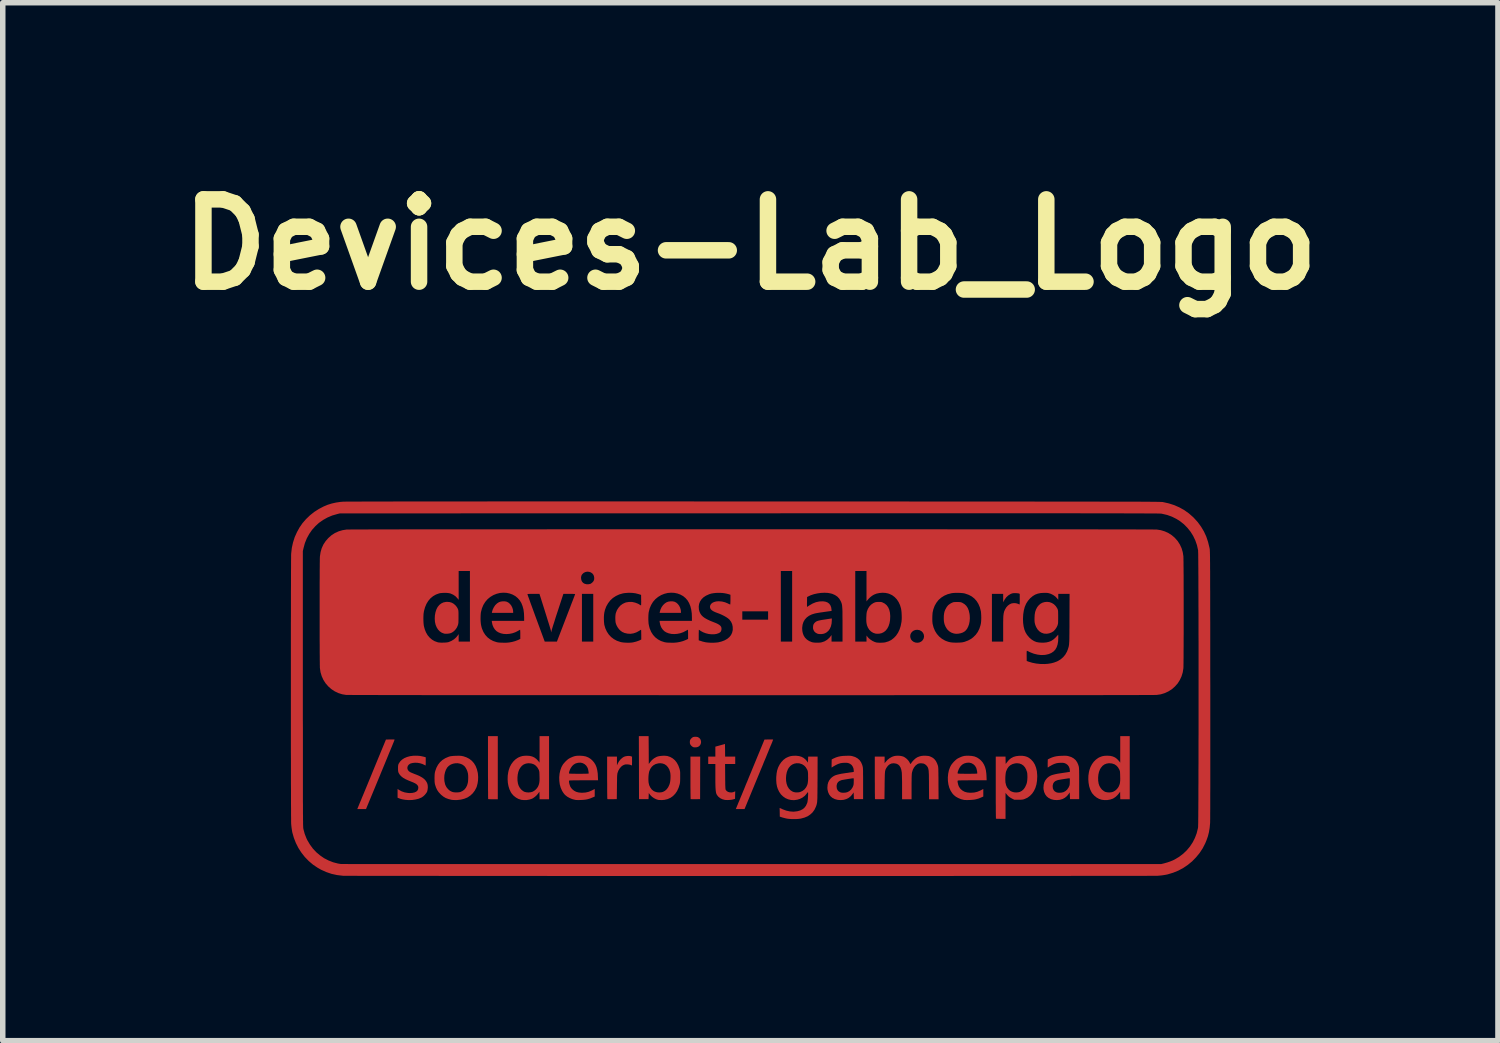
<source format=kicad_pcb>
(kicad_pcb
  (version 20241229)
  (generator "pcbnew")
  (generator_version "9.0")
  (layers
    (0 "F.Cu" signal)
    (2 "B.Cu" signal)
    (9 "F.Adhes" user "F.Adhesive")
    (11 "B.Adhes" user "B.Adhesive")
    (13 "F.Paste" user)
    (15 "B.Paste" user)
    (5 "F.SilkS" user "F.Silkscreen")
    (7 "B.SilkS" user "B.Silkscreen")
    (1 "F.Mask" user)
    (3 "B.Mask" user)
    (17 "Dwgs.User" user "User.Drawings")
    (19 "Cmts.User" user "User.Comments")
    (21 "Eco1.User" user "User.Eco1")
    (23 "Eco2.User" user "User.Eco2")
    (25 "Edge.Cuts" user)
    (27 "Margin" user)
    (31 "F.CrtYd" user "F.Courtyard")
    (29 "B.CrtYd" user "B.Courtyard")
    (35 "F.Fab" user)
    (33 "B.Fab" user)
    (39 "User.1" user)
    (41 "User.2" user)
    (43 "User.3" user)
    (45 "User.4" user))
  (footprint "Devices-Lab_Logo"
    (layer "F.Cu")
    (at 10.621 9.504)
    (property "Reference" "Devices-Lab_Logo" (at 0 -8.1 0) (layer "F.SilkS") (effects (font (size 1.5 1.5) (thickness 0.3))))
    (attr board_only exclude_from_pos_files exclude_from_bom)
    (fp_poly (pts (xy -4.471 -1.597) (xy -4.44 -1.591) (xy -4.408 -1.575) (xy -4.379 -1.55) (xy -4.354 -1.518) (xy -4.336 -1.481) (xy -4.324 -1.441) (xy -4.321 -1.404) (xy -4.321 -1.388) (xy -4.515 -1.388) (xy -4.709 -1.388) (xy -4.706 -1.406) (xy -4.693 -1.45) (xy -4.672 -1.492) (xy -4.646 -1.53) (xy -4.614 -1.56) (xy -4.58 -1.582) (xy -4.547 -1.593) (xy -4.509 -1.598)) (stroke (width 0) (type solid)) (fill yes) (layer "F.Cu"))
    (fp_poly (pts (xy -1.414 -1.597) (xy -1.383 -1.591) (xy -1.351 -1.575) (xy -1.322 -1.55) (xy -1.297 -1.518) (xy -1.279 -1.481) (xy -1.267 -1.441) (xy -1.264 -1.404) (xy -1.264 -1.388) (xy -1.458 -1.388) (xy -1.652 -1.388) (xy -1.649 -1.406) (xy -1.636 -1.45) (xy -1.616 -1.492) (xy -1.589 -1.53) (xy -1.557 -1.56) (xy -1.523 -1.582) (xy -1.49 -1.593) (xy -1.452 -1.598)) (stroke (width 0) (type solid)) (fill yes) (layer "F.Cu"))
    (fp_poly (pts (xy -0.914 1.619) (xy -0.915 2.006) (xy -0.999 2.008) (xy -1.029 2.008) (xy -1.054 2.008) (xy -1.073 2.007) (xy -1.085 2.006) (xy -1.087 2.006) (xy -1.088 2) (xy -1.088 1.984) (xy -1.089 1.959) (xy -1.089 1.926) (xy -1.09 1.886) (xy -1.09 1.839) (xy -1.091 1.786) (xy -1.091 1.729) (xy -1.091 1.668) (xy -1.091 1.617) (xy -1.091 1.231) (xy -1.002 1.231) (xy -0.913 1.231)) (stroke (width 0) (type solid)) (fill yes) (layer "F.Cu"))
    (fp_poly (pts (xy -4.601 1.434) (xy -4.601 2.009) (xy -4.687 2.009) (xy -4.716 2.009) (xy -4.742 2.008) (xy -4.762 2.007) (xy -4.773 2.006) (xy -4.776 2.006) (xy -4.777 2) (xy -4.777 1.984) (xy -4.778 1.959) (xy -4.778 1.925) (xy -4.778 1.883) (xy -4.779 1.834) (xy -4.779 1.778) (xy -4.779 1.716) (xy -4.779 1.65) (xy -4.78 1.579) (xy -4.78 1.504) (xy -4.78 1.43) (xy -4.78 0.859) (xy -4.691 0.859) (xy -4.601 0.859)) (stroke (width 0) (type solid)) (fill yes) (layer "F.Cu"))
    (fp_poly (pts (xy -0.969 0.873) (xy -0.954 0.877) (xy -0.929 0.893) (xy -0.911 0.914) (xy -0.901 0.94) (xy -0.897 0.967) (xy -0.902 0.995) (xy -0.913 1.02) (xy -0.932 1.041) (xy -0.953 1.054) (xy -0.976 1.061) (xy -1.003 1.063) (xy -1.028 1.062) (xy -1.042 1.058) (xy -1.06 1.047) (xy -1.079 1.03) (xy -1.093 1.011) (xy -1.094 1.008) (xy -1.101 0.988) (xy -1.102 0.964) (xy -1.1 0.94) (xy -1.095 0.926) (xy -1.08 0.905) (xy -1.061 0.887) (xy -1.041 0.875) (xy -1.041 0.875) (xy -1.019 0.871) (xy -0.994 0.87)) (stroke (width 0) (type solid)) (fill yes) (layer "F.Cu"))
    (fp_poly (pts (xy 1.485 -1.254) (xy 1.481 -1.195) (xy 1.469 -1.143) (xy 1.45 -1.099) (xy 1.423 -1.061) (xy 1.39 -1.032) (xy 1.361 -1.016) (xy 1.331 -1.006) (xy 1.297 -1.001) (xy 1.262 -1.001) (xy 1.232 -1.005) (xy 1.227 -1.007) (xy 1.194 -1.023) (xy 1.168 -1.046) (xy 1.151 -1.075) (xy 1.142 -1.108) (xy 1.144 -1.146) (xy 1.145 -1.154) (xy 1.151 -1.176) (xy 1.161 -1.193) (xy 1.174 -1.208) (xy 1.184 -1.217) (xy 1.194 -1.225) (xy 1.205 -1.232) (xy 1.219 -1.238) (xy 1.237 -1.244) (xy 1.258 -1.249) (xy 1.286 -1.255) (xy 1.32 -1.261) (xy 1.361 -1.267) (xy 1.412 -1.275) (xy 1.465 -1.283) (xy 1.485 -1.286)) (stroke (width 0) (type solid)) (fill yes) (layer "F.Cu"))
    (fp_poly (pts (xy -6.508 0.919) (xy -6.491 0.92) (xy -6.482 0.921) (xy -6.481 0.922) (xy -6.483 0.927) (xy -6.489 0.942) (xy -6.498 0.966) (xy -6.511 0.998) (xy -6.527 1.037) (xy -6.546 1.083) (xy -6.568 1.136) (xy -6.592 1.194) (xy -6.618 1.258) (xy -6.646 1.326) (xy -6.676 1.399) (xy -6.707 1.474) (xy -6.74 1.553) (xy -6.741 1.557) (xy -7.002 2.187) (xy -7.081 2.187) (xy -7.161 2.187) (xy -7.124 2.097) (xy -7.117 2.079) (xy -7.106 2.053) (xy -7.091 2.018) (xy -7.074 1.975) (xy -7.053 1.926) (xy -7.03 1.87) (xy -7.005 1.81) (xy -6.978 1.744) (xy -6.95 1.676) (xy -6.92 1.604) (xy -6.89 1.53) (xy -6.863 1.464) (xy -6.639 0.921) (xy -6.56 0.919) (xy -6.532 0.919)) (stroke (width 0) (type solid)) (fill yes) (layer "F.Cu"))
    (fp_poly (pts (xy 0.388 0.919) (xy 0.406 0.92) (xy 0.415 0.921) (xy 0.416 0.922) (xy 0.414 0.927) (xy 0.408 0.942) (xy 0.399 0.966) (xy 0.386 0.998) (xy 0.369 1.037) (xy 0.35 1.083) (xy 0.329 1.136) (xy 0.305 1.194) (xy 0.279 1.258) (xy 0.25 1.326) (xy 0.221 1.399) (xy 0.189 1.474) (xy 0.157 1.553) (xy 0.155 1.557) (xy -0.105 2.187) (xy -0.185 2.187) (xy -0.264 2.187) (xy -0.227 2.097) (xy -0.22 2.079) (xy -0.209 2.053) (xy -0.194 2.018) (xy -0.177 1.975) (xy -0.156 1.926) (xy -0.133 1.87) (xy -0.108 1.81) (xy -0.082 1.744) (xy -0.053 1.676) (xy -0.024 1.604) (xy 0.007 1.53) (xy 0.034 1.464) (xy 0.258 0.921) (xy 0.337 0.919) (xy 0.365 0.919)) (stroke (width 0) (type solid)) (fill yes) (layer "F.Cu"))
    (fp_poly (pts (xy 2.377 -1.586) (xy 2.394 -1.583) (xy 2.41 -1.577) (xy 2.45 -1.556) (xy 2.484 -1.527) (xy 2.511 -1.49) (xy 2.531 -1.446) (xy 2.544 -1.393) (xy 2.549 -1.333) (xy 2.549 -1.32) (xy 2.546 -1.256) (xy 2.536 -1.198) (xy 2.519 -1.146) (xy 2.496 -1.102) (xy 2.468 -1.066) (xy 2.434 -1.038) (xy 2.394 -1.018) (xy 2.35 -1.008) (xy 2.341 -1.008) (xy 2.318 -1.007) (xy 2.295 -1.008) (xy 2.28 -1.01) (xy 2.238 -1.024) (xy 2.2 -1.048) (xy 2.168 -1.079) (xy 2.143 -1.118) (xy 2.125 -1.162) (xy 2.117 -1.202) (xy 2.114 -1.229) (xy 2.113 -1.262) (xy 2.113 -1.298) (xy 2.115 -1.335) (xy 2.117 -1.369) (xy 2.121 -1.397) (xy 2.124 -1.412) (xy 2.142 -1.459) (xy 2.167 -1.501) (xy 2.199 -1.536) (xy 2.236 -1.562) (xy 2.245 -1.567) (xy 2.265 -1.576) (xy 2.283 -1.582) (xy 2.302 -1.585) (xy 2.328 -1.587) (xy 2.33 -1.587) (xy 2.357 -1.587)) (stroke (width 0) (type solid)) (fill yes) (layer "F.Cu"))
    (fp_poly (pts (xy -5.477 -1.584) (xy -5.438 -1.572) (xy -5.402 -1.551) (xy -5.369 -1.521) (xy -5.353 -1.501) (xy -5.338 -1.478) (xy -5.331 -1.465) (xy -5.327 -1.454) (xy -5.323 -1.445) (xy -5.321 -1.435) (xy -5.319 -1.423) (xy -5.318 -1.406) (xy -5.317 -1.384) (xy -5.317 -1.354) (xy -5.317 -1.316) (xy -5.317 -1.315) (xy -5.317 -1.275) (xy -5.318 -1.243) (xy -5.318 -1.219) (xy -5.32 -1.201) (xy -5.322 -1.186) (xy -5.325 -1.174) (xy -5.328 -1.164) (xy -5.345 -1.123) (xy -5.37 -1.086) (xy -5.4 -1.054) (xy -5.434 -1.03) (xy -5.46 -1.018) (xy -5.484 -1.012) (xy -5.513 -1.008) (xy -5.543 -1.007) (xy -5.569 -1.008) (xy -5.58 -1.01) (xy -5.622 -1.026) (xy -5.659 -1.051) (xy -5.69 -1.084) (xy -5.715 -1.124) (xy -5.734 -1.17) (xy -5.746 -1.223) (xy -5.75 -1.28) (xy -5.747 -1.341) (xy -5.736 -1.4) (xy -5.719 -1.452) (xy -5.696 -1.496) (xy -5.666 -1.532) (xy -5.631 -1.559) (xy -5.591 -1.578) (xy -5.545 -1.587) (xy -5.523 -1.588)) (stroke (width 0) (type solid)) (fill yes) (layer "F.Cu"))
    (fp_poly (pts (xy 3.795 -1.585) (xy 3.816 -1.584) (xy 3.831 -1.582) (xy 3.845 -1.578) (xy 3.858 -1.573) (xy 3.862 -1.571) (xy 3.902 -1.547) (xy 3.935 -1.516) (xy 3.961 -1.477) (xy 3.98 -1.43) (xy 3.993 -1.374) (xy 3.997 -1.348) (xy 4 -1.29) (xy 3.996 -1.235) (xy 3.986 -1.183) (xy 3.969 -1.136) (xy 3.948 -1.095) (xy 3.921 -1.063) (xy 3.906 -1.05) (xy 3.873 -1.03) (xy 3.833 -1.016) (xy 3.79 -1.008) (xy 3.747 -1.006) (xy 3.707 -1.012) (xy 3.66 -1.029) (xy 3.62 -1.055) (xy 3.586 -1.089) (xy 3.559 -1.132) (xy 3.557 -1.137) (xy 3.542 -1.171) (xy 3.533 -1.203) (xy 3.527 -1.237) (xy 3.525 -1.276) (xy 3.525 -1.293) (xy 3.526 -1.339) (xy 3.531 -1.378) (xy 3.539 -1.413) (xy 3.552 -1.446) (xy 3.557 -1.456) (xy 3.579 -1.495) (xy 3.604 -1.526) (xy 3.635 -1.55) (xy 3.66 -1.565) (xy 3.678 -1.573) (xy 3.692 -1.579) (xy 3.705 -1.583) (xy 3.721 -1.584) (xy 3.741 -1.585) (xy 3.767 -1.585)) (stroke (width 0) (type solid)) (fill yes) (layer "F.Cu"))
    (fp_poly (pts (xy 5.452 -1.583) (xy 5.495 -1.567) (xy 5.533 -1.543) (xy 5.566 -1.51) (xy 5.592 -1.47) (xy 5.595 -1.464) (xy 5.599 -1.454) (xy 5.603 -1.445) (xy 5.605 -1.435) (xy 5.607 -1.422) (xy 5.608 -1.406) (xy 5.608 -1.384) (xy 5.609 -1.354) (xy 5.609 -1.315) (xy 5.609 -1.312) (xy 5.609 -1.273) (xy 5.608 -1.242) (xy 5.608 -1.218) (xy 5.607 -1.201) (xy 5.605 -1.187) (xy 5.602 -1.176) (xy 5.599 -1.165) (xy 5.597 -1.158) (xy 5.579 -1.121) (xy 5.556 -1.087) (xy 5.531 -1.059) (xy 5.521 -1.05) (xy 5.485 -1.029) (xy 5.445 -1.014) (xy 5.402 -1.007) (xy 5.361 -1.009) (xy 5.343 -1.012) (xy 5.301 -1.028) (xy 5.264 -1.053) (xy 5.233 -1.087) (xy 5.208 -1.129) (xy 5.208 -1.129) (xy 5.195 -1.16) (xy 5.186 -1.189) (xy 5.18 -1.219) (xy 5.178 -1.254) (xy 5.178 -1.291) (xy 5.181 -1.352) (xy 5.19 -1.405) (xy 5.206 -1.451) (xy 5.228 -1.492) (xy 5.249 -1.519) (xy 5.283 -1.551) (xy 5.321 -1.572) (xy 5.363 -1.584) (xy 5.406 -1.588)) (stroke (width 0) (type solid)) (fill yes) (layer "F.Cu"))
    (fp_poly (pts (xy -0.46 1.116) (xy -0.459 1.231) (xy -0.367 1.231) (xy -0.275 1.231) (xy -0.275 1.299) (xy -0.275 1.366) (xy -0.367 1.366) (xy -0.46 1.366) (xy -0.458 1.595) (xy -0.458 1.65) (xy -0.457 1.696) (xy -0.457 1.734) (xy -0.456 1.763) (xy -0.455 1.786) (xy -0.454 1.804) (xy -0.453 1.817) (xy -0.452 1.826) (xy -0.45 1.833) (xy -0.447 1.838) (xy -0.445 1.842) (xy -0.428 1.861) (xy -0.404 1.875) (xy -0.375 1.883) (xy -0.344 1.885) (xy -0.313 1.88) (xy -0.298 1.874) (xy -0.275 1.864) (xy -0.277 1.932) (xy -0.278 2.001) (xy -0.309 2.01) (xy -0.339 2.017) (xy -0.374 2.021) (xy -0.412 2.023) (xy -0.447 2.022) (xy -0.466 2.02) (xy -0.51 2.008) (xy -0.549 1.989) (xy -0.581 1.964) (xy -0.606 1.933) (xy -0.616 1.915) (xy -0.621 1.901) (xy -0.625 1.886) (xy -0.628 1.867) (xy -0.631 1.845) (xy -0.633 1.817) (xy -0.635 1.784) (xy -0.636 1.744) (xy -0.637 1.695) (xy -0.637 1.637) (xy -0.637 1.587) (xy -0.637 1.366) (xy -0.702 1.366) (xy -0.767 1.366) (xy -0.767 1.299) (xy -0.767 1.231) (xy -0.702 1.231) (xy -0.637 1.231) (xy -0.637 1.141) (xy -0.637 1.05) (xy -0.55 1.026) (xy -0.462 1.001)) (stroke (width 0) (type solid)) (fill yes) (layer "F.Cu"))
    (fp_poly (pts (xy -2.181 1.223) (xy -2.172 1.226) (xy -2.155 1.233) (xy -2.155 1.313) (xy -2.155 1.341) (xy -2.156 1.365) (xy -2.156 1.383) (xy -2.157 1.392) (xy -2.158 1.393) (xy -2.164 1.391) (xy -2.176 1.386) (xy -2.177 1.385) (xy -2.196 1.379) (xy -2.22 1.375) (xy -2.248 1.373) (xy -2.273 1.374) (xy -2.288 1.377) (xy -2.322 1.391) (xy -2.353 1.415) (xy -2.381 1.448) (xy -2.404 1.487) (xy -2.415 1.517) (xy -2.418 1.526) (xy -2.421 1.535) (xy -2.423 1.546) (xy -2.424 1.558) (xy -2.426 1.574) (xy -2.427 1.594) (xy -2.428 1.62) (xy -2.428 1.653) (xy -2.429 1.693) (xy -2.43 1.742) (xy -2.43 1.78) (xy -2.433 2.006) (xy -2.517 2.008) (xy -2.546 2.008) (xy -2.571 2.008) (xy -2.591 2.007) (xy -2.602 2.006) (xy -2.605 2.006) (xy -2.605 2) (xy -2.606 1.984) (xy -2.607 1.959) (xy -2.607 1.926) (xy -2.608 1.886) (xy -2.608 1.839) (xy -2.608 1.786) (xy -2.608 1.729) (xy -2.609 1.668) (xy -2.609 1.617) (xy -2.609 1.231) (xy -2.519 1.231) (xy -2.43 1.231) (xy -2.43 1.311) (xy -2.43 1.391) (xy -2.412 1.351) (xy -2.389 1.312) (xy -2.36 1.278) (xy -2.327 1.25) (xy -2.3 1.234) (xy -2.271 1.225) (xy -2.24 1.22) (xy -2.208 1.219)) (stroke (width 0) (type solid)) (fill yes) (layer "F.Cu"))
    (fp_poly (pts (xy -3.667 1.434) (xy -3.667 2.009) (xy -3.753 2.009) (xy -3.84 2.009) (xy -3.841 1.941) (xy -3.843 1.872) (xy -3.868 1.907) (xy -3.896 1.939) (xy -3.929 1.968) (xy -3.962 1.991) (xy -3.978 1.999) (xy -4.024 2.014) (xy -4.074 2.023) (xy -4.126 2.024) (xy -4.177 2.018) (xy -4.178 2.017) (xy -4.226 2.002) (xy -4.271 1.977) (xy -4.313 1.944) (xy -4.348 1.904) (xy -4.364 1.879) (xy -4.388 1.829) (xy -4.406 1.772) (xy -4.418 1.709) (xy -4.422 1.644) (xy -4.421 1.614) (xy -4.243 1.614) (xy -4.242 1.669) (xy -4.234 1.722) (xy -4.234 1.723) (xy -4.22 1.764) (xy -4.199 1.802) (xy -4.171 1.835) (xy -4.14 1.86) (xy -4.114 1.874) (xy -4.079 1.882) (xy -4.041 1.885) (xy -4.002 1.881) (xy -3.971 1.873) (xy -3.943 1.858) (xy -3.914 1.836) (xy -3.889 1.809) (xy -3.869 1.78) (xy -3.865 1.77) (xy -3.855 1.747) (xy -3.849 1.725) (xy -3.844 1.7) (xy -3.841 1.672) (xy -3.84 1.638) (xy -3.841 1.595) (xy -3.841 1.591) (xy -3.842 1.556) (xy -3.843 1.53) (xy -3.844 1.511) (xy -3.847 1.497) (xy -3.85 1.485) (xy -3.854 1.474) (xy -3.855 1.472) (xy -3.879 1.43) (xy -3.908 1.397) (xy -3.942 1.373) (xy -3.982 1.359) (xy -3.997 1.356) (xy -4.045 1.352) (xy -4.089 1.359) (xy -4.129 1.375) (xy -4.164 1.401) (xy -4.193 1.437) (xy -4.21 1.466) (xy -4.227 1.51) (xy -4.238 1.56) (xy -4.243 1.614) (xy -4.421 1.614) (xy -4.42 1.577) (xy -4.41 1.512) (xy -4.401 1.475) (xy -4.382 1.421) (xy -4.355 1.37) (xy -4.322 1.325) (xy -4.285 1.287) (xy -4.243 1.257) (xy -4.223 1.246) (xy -4.189 1.232) (xy -4.156 1.222) (xy -4.122 1.217) (xy -4.081 1.215) (xy -4.076 1.215) (xy -4.022 1.218) (xy -3.976 1.229) (xy -3.936 1.247) (xy -3.899 1.274) (xy -3.864 1.311) (xy -3.852 1.326) (xy -3.841 1.342) (xy -3.84 1.1) (xy -3.84 0.859) (xy -3.754 0.859) (xy -3.667 0.859)) (stroke (width 0) (type solid)) (fill yes) (layer "F.Cu"))
    (fp_poly (pts (xy 6.913 1.434) (xy 6.913 2.009) (xy 6.827 2.009) (xy 6.741 2.009) (xy 6.739 1.941) (xy 6.738 1.872) (xy 6.712 1.907) (xy 6.684 1.939) (xy 6.652 1.968) (xy 6.618 1.991) (xy 6.602 1.999) (xy 6.557 2.014) (xy 6.506 2.023) (xy 6.454 2.024) (xy 6.404 2.018) (xy 6.402 2.017) (xy 6.354 2.002) (xy 6.309 1.977) (xy 6.268 1.944) (xy 6.232 1.904) (xy 6.216 1.879) (xy 6.192 1.829) (xy 6.174 1.772) (xy 6.163 1.709) (xy 6.158 1.644) (xy 6.159 1.614) (xy 6.337 1.614) (xy 6.338 1.669) (xy 6.346 1.722) (xy 6.346 1.723) (xy 6.36 1.764) (xy 6.382 1.802) (xy 6.409 1.835) (xy 6.441 1.86) (xy 6.466 1.874) (xy 6.501 1.882) (xy 6.54 1.885) (xy 6.579 1.881) (xy 6.609 1.873) (xy 6.637 1.858) (xy 6.666 1.836) (xy 6.691 1.809) (xy 6.711 1.78) (xy 6.715 1.77) (xy 6.725 1.747) (xy 6.732 1.725) (xy 6.736 1.7) (xy 6.739 1.672) (xy 6.74 1.638) (xy 6.739 1.595) (xy 6.739 1.591) (xy 6.738 1.556) (xy 6.737 1.53) (xy 6.736 1.511) (xy 6.734 1.497) (xy 6.73 1.485) (xy 6.726 1.474) (xy 6.725 1.472) (xy 6.701 1.43) (xy 6.672 1.397) (xy 6.638 1.373) (xy 6.598 1.359) (xy 6.583 1.356) (xy 6.535 1.352) (xy 6.491 1.359) (xy 6.451 1.375) (xy 6.416 1.401) (xy 6.387 1.437) (xy 6.37 1.466) (xy 6.353 1.51) (xy 6.342 1.56) (xy 6.337 1.614) (xy 6.159 1.614) (xy 6.16 1.577) (xy 6.17 1.512) (xy 6.179 1.475) (xy 6.198 1.421) (xy 6.225 1.37) (xy 6.258 1.325) (xy 6.296 1.287) (xy 6.337 1.257) (xy 6.357 1.246) (xy 6.391 1.232) (xy 6.424 1.222) (xy 6.458 1.217) (xy 6.499 1.215) (xy 6.504 1.215) (xy 6.558 1.218) (xy 6.604 1.229) (xy 6.645 1.247) (xy 6.681 1.274) (xy 6.716 1.311) (xy 6.728 1.326) (xy 6.74 1.342) (xy 6.74 1.1) (xy 6.74 0.859) (xy 6.827 0.859) (xy 6.913 0.859)) (stroke (width 0) (type solid)) (fill yes) (layer "F.Cu"))
    (fp_poly (pts (xy -1.851 1.112) (xy -1.85 1.366) (xy -1.823 1.33) (xy -1.791 1.293) (xy -1.754 1.263) (xy -1.714 1.24) (xy -1.695 1.232) (xy -1.666 1.224) (xy -1.631 1.219) (xy -1.592 1.216) (xy -1.555 1.216) (xy -1.523 1.219) (xy -1.513 1.22) (xy -1.462 1.237) (xy -1.415 1.263) (xy -1.375 1.297) (xy -1.34 1.341) (xy -1.312 1.393) (xy -1.293 1.445) (xy -1.288 1.462) (xy -1.284 1.478) (xy -1.281 1.493) (xy -1.279 1.511) (xy -1.278 1.532) (xy -1.278 1.56) (xy -1.278 1.596) (xy -1.278 1.637) (xy -1.279 1.669) (xy -1.28 1.695) (xy -1.283 1.715) (xy -1.286 1.733) (xy -1.287 1.736) (xy -1.308 1.802) (xy -1.335 1.86) (xy -1.369 1.909) (xy -1.409 1.95) (xy -1.454 1.982) (xy -1.505 2.005) (xy -1.562 2.019) (xy -1.604 2.023) (xy -1.63 2.023) (xy -1.654 2.022) (xy -1.674 2.021) (xy -1.679 2.02) (xy -1.717 2.008) (xy -1.756 1.988) (xy -1.791 1.963) (xy -1.821 1.934) (xy -1.838 1.912) (xy -1.85 1.893) (xy -1.852 1.95) (xy -1.855 2.006) (xy -1.942 2.006) (xy -2.028 2.006) (xy -2.029 1.639) (xy -1.857 1.639) (xy -1.856 1.676) (xy -1.853 1.708) (xy -1.853 1.709) (xy -1.842 1.755) (xy -1.822 1.796) (xy -1.796 1.831) (xy -1.763 1.858) (xy -1.736 1.871) (xy -1.698 1.882) (xy -1.657 1.885) (xy -1.616 1.881) (xy -1.591 1.874) (xy -1.555 1.855) (xy -1.523 1.826) (xy -1.496 1.789) (xy -1.475 1.744) (xy -1.466 1.715) (xy -1.46 1.685) (xy -1.456 1.649) (xy -1.454 1.61) (xy -1.454 1.572) (xy -1.457 1.537) (xy -1.461 1.515) (xy -1.476 1.467) (xy -1.499 1.427) (xy -1.527 1.395) (xy -1.561 1.371) (xy -1.6 1.357) (xy -1.643 1.352) (xy -1.678 1.355) (xy -1.724 1.367) (xy -1.763 1.388) (xy -1.796 1.417) (xy -1.822 1.455) (xy -1.842 1.5) (xy -1.842 1.502) (xy -1.848 1.528) (xy -1.853 1.562) (xy -1.856 1.6) (xy -1.857 1.639) (xy -2.029 1.639) (xy -2.029 1.433) (xy -2.031 0.859) (xy -1.942 0.859) (xy -1.853 0.859)) (stroke (width 0) (type solid)) (fill yes) (layer "F.Cu"))
    (fp_poly (pts (xy -6.06 1.216) (xy -6.021 1.219) (xy -5.984 1.226) (xy -5.945 1.235) (xy -5.914 1.244) (xy -5.914 1.319) (xy -5.914 1.346) (xy -5.915 1.368) (xy -5.916 1.385) (xy -5.917 1.393) (xy -5.918 1.393) (xy -5.925 1.391) (xy -5.937 1.384) (xy -5.938 1.383) (xy -5.975 1.366) (xy -6.017 1.353) (xy -6.062 1.345) (xy -6.107 1.343) (xy -6.149 1.347) (xy -6.187 1.356) (xy -6.198 1.361) (xy -6.223 1.378) (xy -6.24 1.401) (xy -6.248 1.425) (xy -6.248 1.451) (xy -6.239 1.476) (xy -6.221 1.498) (xy -6.207 1.508) (xy -6.199 1.513) (xy -6.19 1.518) (xy -6.179 1.523) (xy -6.165 1.529) (xy -6.145 1.537) (xy -6.119 1.548) (xy -6.084 1.561) (xy -6.026 1.586) (xy -5.977 1.614) (xy -5.939 1.643) (xy -5.91 1.676) (xy -5.89 1.711) (xy -5.882 1.735) (xy -5.877 1.764) (xy -5.876 1.797) (xy -5.88 1.831) (xy -5.886 1.861) (xy -5.892 1.877) (xy -5.908 1.901) (xy -5.929 1.927) (xy -5.955 1.952) (xy -5.981 1.971) (xy -5.993 1.978) (xy -6.043 1.999) (xy -6.1 2.013) (xy -6.162 2.022) (xy -6.226 2.024) (xy -6.287 2.019) (xy -6.33 2.012) (xy -6.368 2.003) (xy -6.399 1.992) (xy -6.427 1.981) (xy -6.427 1.901) (xy -6.427 1.82) (xy -6.403 1.837) (xy -6.352 1.865) (xy -6.296 1.884) (xy -6.237 1.894) (xy -6.207 1.896) (xy -6.158 1.893) (xy -6.118 1.884) (xy -6.087 1.87) (xy -6.065 1.85) (xy -6.053 1.825) (xy -6.049 1.797) (xy -6.052 1.775) (xy -6.063 1.755) (xy -6.081 1.736) (xy -6.108 1.718) (xy -6.144 1.701) (xy -6.177 1.688) (xy -6.236 1.664) (xy -6.286 1.641) (xy -6.327 1.617) (xy -6.359 1.592) (xy -6.384 1.566) (xy -6.402 1.538) (xy -6.404 1.535) (xy -6.411 1.52) (xy -6.415 1.507) (xy -6.417 1.492) (xy -6.419 1.473) (xy -6.419 1.447) (xy -6.419 1.445) (xy -6.419 1.417) (xy -6.417 1.398) (xy -6.415 1.383) (xy -6.411 1.37) (xy -6.405 1.358) (xy -6.38 1.32) (xy -6.346 1.287) (xy -6.305 1.26) (xy -6.256 1.239) (xy -6.201 1.224) (xy -6.141 1.216) (xy -6.106 1.215)) (stroke (width 0) (type solid)) (fill yes) (layer "F.Cu"))
    (fp_poly (pts (xy 4.958 1.217) (xy 5.004 1.224) (xy 5.045 1.237) (xy 5.082 1.258) (xy 5.116 1.285) (xy 5.154 1.327) (xy 5.184 1.376) (xy 5.206 1.433) (xy 5.221 1.496) (xy 5.227 1.567) (xy 5.228 1.594) (xy 5.224 1.67) (xy 5.213 1.739) (xy 5.194 1.802) (xy 5.168 1.857) (xy 5.135 1.906) (xy 5.095 1.947) (xy 5.05 1.98) (xy 5 2.003) (xy 4.983 2.009) (xy 4.968 2.013) (xy 4.951 2.015) (xy 4.932 2.017) (xy 4.906 2.017) (xy 4.885 2.017) (xy 4.809 2.017) (xy 4.769 1.997) (xy 4.739 1.98) (xy 4.713 1.962) (xy 4.689 1.939) (xy 4.67 1.917) (xy 4.65 1.893) (xy 4.65 2.129) (xy 4.65 2.366) (xy 4.565 2.366) (xy 4.535 2.365) (xy 4.51 2.365) (xy 4.49 2.364) (xy 4.478 2.363) (xy 4.475 2.362) (xy 4.475 2.356) (xy 4.475 2.34) (xy 4.474 2.315) (xy 4.474 2.281) (xy 4.473 2.239) (xy 4.473 2.19) (xy 4.473 2.135) (xy 4.472 2.073) (xy 4.472 2.007) (xy 4.472 1.936) (xy 4.472 1.861) (xy 4.472 1.795) (xy 4.472 1.639) (xy 4.646 1.639) (xy 4.647 1.676) (xy 4.649 1.708) (xy 4.65 1.709) (xy 4.661 1.755) (xy 4.68 1.796) (xy 4.707 1.831) (xy 4.74 1.858) (xy 4.767 1.871) (xy 4.804 1.882) (xy 4.846 1.885) (xy 4.887 1.881) (xy 4.912 1.874) (xy 4.948 1.855) (xy 4.98 1.826) (xy 5.006 1.789) (xy 5.027 1.744) (xy 5.037 1.715) (xy 5.043 1.685) (xy 5.047 1.649) (xy 5.049 1.61) (xy 5.048 1.572) (xy 5.046 1.537) (xy 5.042 1.515) (xy 5.026 1.467) (xy 5.004 1.427) (xy 4.976 1.395) (xy 4.941 1.371) (xy 4.903 1.357) (xy 4.859 1.352) (xy 4.825 1.355) (xy 4.779 1.367) (xy 4.739 1.388) (xy 4.706 1.417) (xy 4.68 1.455) (xy 4.661 1.5) (xy 4.66 1.502) (xy 4.654 1.528) (xy 4.65 1.562) (xy 4.647 1.6) (xy 4.646 1.639) (xy 4.472 1.639) (xy 4.472 1.231) (xy 4.561 1.231) (xy 4.65 1.231) (xy 4.651 1.299) (xy 4.653 1.366) (xy 4.68 1.33) (xy 4.714 1.29) (xy 4.751 1.26) (xy 4.792 1.238) (xy 4.84 1.224) (xy 4.894 1.217) (xy 4.904 1.217)) (stroke (width 0) (type solid)) (fill yes) (layer "F.Cu"))
    (fp_poly (pts (xy -5.281 1.217) (xy -5.262 1.219) (xy -5.243 1.223) (xy -5.231 1.225) (xy -5.172 1.245) (xy -5.12 1.272) (xy -5.074 1.308) (xy -5.036 1.351) (xy -5.005 1.402) (xy -4.982 1.461) (xy -4.966 1.526) (xy -4.963 1.547) (xy -4.959 1.604) (xy -4.961 1.662) (xy -4.969 1.718) (xy -4.982 1.77) (xy -4.991 1.795) (xy -5.021 1.852) (xy -5.058 1.901) (xy -5.102 1.942) (xy -5.152 1.975) (xy -5.21 1.999) (xy -5.273 2.015) (xy -5.342 2.023) (xy -5.344 2.023) (xy -5.389 2.023) (xy -5.428 2.021) (xy -5.447 2.018) (xy -5.502 2.004) (xy -5.55 1.986) (xy -5.592 1.961) (xy -5.632 1.929) (xy -5.644 1.917) (xy -5.678 1.88) (xy -5.705 1.841) (xy -5.726 1.797) (xy -5.739 1.758) (xy -5.745 1.738) (xy -5.749 1.72) (xy -5.751 1.703) (xy -5.753 1.683) (xy -5.753 1.657) (xy -5.754 1.626) (xy -5.754 1.623) (xy -5.577 1.623) (xy -5.574 1.677) (xy -5.563 1.728) (xy -5.557 1.748) (xy -5.536 1.789) (xy -5.507 1.825) (xy -5.473 1.854) (xy -5.433 1.874) (xy -5.432 1.874) (xy -5.405 1.881) (xy -5.372 1.884) (xy -5.337 1.884) (xy -5.305 1.881) (xy -5.285 1.877) (xy -5.245 1.859) (xy -5.21 1.833) (xy -5.182 1.798) (xy -5.16 1.755) (xy -5.147 1.709) (xy -5.143 1.682) (xy -5.141 1.648) (xy -5.14 1.611) (xy -5.141 1.575) (xy -5.144 1.544) (xy -5.147 1.531) (xy -5.156 1.497) (xy -5.171 1.462) (xy -5.189 1.431) (xy -5.209 1.405) (xy -5.216 1.399) (xy -5.25 1.375) (xy -5.29 1.36) (xy -5.332 1.352) (xy -5.375 1.353) (xy -5.417 1.361) (xy -5.457 1.376) (xy -5.492 1.399) (xy -5.521 1.428) (xy -5.522 1.43) (xy -5.546 1.471) (xy -5.563 1.518) (xy -5.574 1.57) (xy -5.577 1.623) (xy -5.754 1.623) (xy -5.753 1.59) (xy -5.752 1.562) (xy -5.75 1.54) (xy -5.747 1.52) (xy -5.742 1.501) (xy -5.742 1.499) (xy -5.72 1.436) (xy -5.69 1.38) (xy -5.653 1.332) (xy -5.608 1.292) (xy -5.555 1.259) (xy -5.495 1.234) (xy -5.483 1.23) (xy -5.463 1.225) (xy -5.44 1.222) (xy -5.411 1.219) (xy -5.374 1.217) (xy -5.363 1.217) (xy -5.329 1.216) (xy -5.302 1.216)) (stroke (width 0) (type solid)) (fill yes) (layer "F.Cu"))
    (fp_poly (pts (xy -3.047 1.219) (xy -2.996 1.229) (xy -2.95 1.248) (xy -2.908 1.275) (xy -2.879 1.301) (xy -2.847 1.338) (xy -2.821 1.38) (xy -2.802 1.426) (xy -2.789 1.479) (xy -2.78 1.539) (xy -2.778 1.584) (xy -2.774 1.663) (xy -3.037 1.663) (xy -3.098 1.663) (xy -3.149 1.664) (xy -3.19 1.664) (xy -3.224 1.664) (xy -3.25 1.665) (xy -3.27 1.665) (xy -3.284 1.666) (xy -3.294 1.667) (xy -3.3 1.669) (xy -3.303 1.671) (xy -3.303 1.672) (xy -3.304 1.683) (xy -3.302 1.702) (xy -3.298 1.724) (xy -3.291 1.748) (xy -3.284 1.769) (xy -3.282 1.774) (xy -3.271 1.793) (xy -3.255 1.814) (xy -3.244 1.826) (xy -3.211 1.853) (xy -3.173 1.873) (xy -3.129 1.885) (xy -3.078 1.89) (xy -3.062 1.89) (xy -3.002 1.886) (xy -2.946 1.873) (xy -2.89 1.85) (xy -2.881 1.845) (xy -2.835 1.821) (xy -2.835 1.89) (xy -2.835 1.959) (xy -2.872 1.975) (xy -2.92 1.995) (xy -2.965 2.008) (xy -2.995 2.014) (xy -3.018 2.017) (xy -3.049 2.02) (xy -3.082 2.022) (xy -3.116 2.023) (xy -3.147 2.023) (xy -3.173 2.022) (xy -3.189 2.02) (xy -3.241 2.007) (xy -3.29 1.987) (xy -3.335 1.962) (xy -3.373 1.932) (xy -3.391 1.913) (xy -3.405 1.894) (xy -3.42 1.871) (xy -3.431 1.852) (xy -3.455 1.798) (xy -3.472 1.738) (xy -3.48 1.674) (xy -3.482 1.609) (xy -3.476 1.545) (xy -3.474 1.534) (xy -3.304 1.534) (xy -3.302 1.539) (xy -3.296 1.541) (xy -3.281 1.542) (xy -3.258 1.543) (xy -3.229 1.544) (xy -3.195 1.544) (xy -3.159 1.545) (xy -3.121 1.545) (xy -3.083 1.545) (xy -3.047 1.544) (xy -3.014 1.544) (xy -2.986 1.543) (xy -2.964 1.542) (xy -2.951 1.541) (xy -2.946 1.54) (xy -2.945 1.531) (xy -2.947 1.515) (xy -2.95 1.494) (xy -2.954 1.472) (xy -2.959 1.452) (xy -2.965 1.436) (xy -2.966 1.434) (xy -2.988 1.398) (xy -3.017 1.371) (xy -3.051 1.352) (xy -3.089 1.342) (xy -3.131 1.343) (xy -3.142 1.345) (xy -3.183 1.356) (xy -3.217 1.376) (xy -3.246 1.403) (xy -3.264 1.429) (xy -3.277 1.45) (xy -3.288 1.474) (xy -3.297 1.498) (xy -3.302 1.518) (xy -3.304 1.534) (xy -3.474 1.534) (xy -3.462 1.482) (xy -3.442 1.425) (xy -3.423 1.39) (xy -3.412 1.372) (xy -3.395 1.351) (xy -3.375 1.329) (xy -3.364 1.317) (xy -3.34 1.295) (xy -3.32 1.278) (xy -3.298 1.264) (xy -3.272 1.251) (xy -3.238 1.236) (xy -3.209 1.226) (xy -3.18 1.219) (xy -3.148 1.216) (xy -3.109 1.215) (xy -3.106 1.215)) (stroke (width 0) (type solid)) (fill yes) (layer "F.Cu"))
    (fp_poly (pts (xy 4.033 1.219) (xy 4.085 1.229) (xy 4.131 1.248) (xy 4.172 1.275) (xy 4.202 1.301) (xy 4.234 1.338) (xy 4.259 1.38) (xy 4.278 1.426) (xy 4.292 1.479) (xy 4.3 1.539) (xy 4.303 1.584) (xy 4.306 1.663) (xy 4.043 1.663) (xy 3.982 1.663) (xy 3.932 1.664) (xy 3.89 1.664) (xy 3.856 1.664) (xy 3.83 1.665) (xy 3.81 1.665) (xy 3.796 1.666) (xy 3.787 1.667) (xy 3.781 1.669) (xy 3.778 1.671) (xy 3.777 1.672) (xy 3.776 1.683) (xy 3.778 1.702) (xy 3.783 1.724) (xy 3.789 1.748) (xy 3.797 1.769) (xy 3.799 1.774) (xy 3.81 1.793) (xy 3.825 1.814) (xy 3.836 1.826) (xy 3.869 1.853) (xy 3.907 1.873) (xy 3.951 1.885) (xy 4.002 1.89) (xy 4.019 1.89) (xy 4.079 1.886) (xy 4.135 1.873) (xy 4.19 1.85) (xy 4.2 1.845) (xy 4.245 1.821) (xy 4.245 1.89) (xy 4.245 1.959) (xy 4.209 1.975) (xy 4.161 1.995) (xy 4.115 2.008) (xy 4.086 2.014) (xy 4.062 2.017) (xy 4.032 2.02) (xy 3.999 2.022) (xy 3.965 2.023) (xy 3.934 2.023) (xy 3.908 2.022) (xy 3.891 2.02) (xy 3.839 2.007) (xy 3.79 1.987) (xy 3.745 1.962) (xy 3.708 1.932) (xy 3.69 1.913) (xy 3.676 1.894) (xy 3.661 1.871) (xy 3.649 1.852) (xy 3.625 1.798) (xy 3.609 1.738) (xy 3.6 1.674) (xy 3.599 1.609) (xy 3.605 1.545) (xy 3.607 1.534) (xy 3.777 1.534) (xy 3.778 1.539) (xy 3.784 1.541) (xy 3.799 1.542) (xy 3.822 1.543) (xy 3.851 1.544) (xy 3.885 1.544) (xy 3.922 1.545) (xy 3.96 1.545) (xy 3.998 1.545) (xy 4.034 1.544) (xy 4.067 1.544) (xy 4.095 1.543) (xy 4.116 1.542) (xy 4.13 1.541) (xy 4.134 1.54) (xy 4.135 1.531) (xy 4.134 1.515) (xy 4.131 1.494) (xy 4.126 1.472) (xy 4.121 1.452) (xy 4.116 1.436) (xy 4.115 1.434) (xy 4.093 1.398) (xy 4.064 1.371) (xy 4.03 1.352) (xy 3.991 1.342) (xy 3.949 1.343) (xy 3.939 1.345) (xy 3.898 1.356) (xy 3.863 1.376) (xy 3.834 1.403) (xy 3.816 1.429) (xy 3.804 1.45) (xy 3.793 1.474) (xy 3.784 1.498) (xy 3.778 1.518) (xy 3.777 1.534) (xy 3.607 1.534) (xy 3.618 1.482) (xy 3.639 1.425) (xy 3.657 1.39) (xy 3.669 1.372) (xy 3.686 1.351) (xy 3.705 1.329) (xy 3.717 1.317) (xy 3.74 1.295) (xy 3.76 1.278) (xy 3.782 1.264) (xy 3.809 1.251) (xy 3.842 1.236) (xy 3.871 1.226) (xy 3.9 1.219) (xy 3.933 1.216) (xy 3.972 1.215) (xy 3.974 1.215)) (stroke (width 0) (type solid)) (fill yes) (layer "F.Cu"))
    (fp_poly (pts (xy 1.803 1.216) (xy 1.827 1.217) (xy 1.846 1.22) (xy 1.859 1.223) (xy 1.91 1.239) (xy 1.953 1.263) (xy 1.989 1.294) (xy 2.017 1.333) (xy 2.038 1.38) (xy 2.045 1.404) (xy 2.047 1.413) (xy 2.049 1.423) (xy 2.051 1.435) (xy 2.052 1.45) (xy 2.053 1.469) (xy 2.054 1.493) (xy 2.054 1.523) (xy 2.054 1.56) (xy 2.055 1.604) (xy 2.055 1.658) (xy 2.055 1.721) (xy 2.055 1.723) (xy 2.055 2.006) (xy 1.971 2.006) (xy 1.888 2.006) (xy 1.885 1.945) (xy 1.882 1.883) (xy 1.865 1.91) (xy 1.833 1.95) (xy 1.794 1.982) (xy 1.75 2.005) (xy 1.701 2.019) (xy 1.647 2.024) (xy 1.591 2.02) (xy 1.589 2.019) (xy 1.54 2.006) (xy 1.498 1.985) (xy 1.463 1.956) (xy 1.436 1.92) (xy 1.417 1.878) (xy 1.406 1.83) (xy 1.404 1.796) (xy 1.406 1.776) (xy 1.572 1.776) (xy 1.576 1.812) (xy 1.589 1.842) (xy 1.611 1.866) (xy 1.641 1.882) (xy 1.645 1.884) (xy 1.668 1.889) (xy 1.698 1.89) (xy 1.73 1.888) (xy 1.759 1.882) (xy 1.769 1.879) (xy 1.806 1.859) (xy 1.837 1.831) (xy 1.862 1.794) (xy 1.865 1.788) (xy 1.872 1.772) (xy 1.877 1.758) (xy 1.881 1.743) (xy 1.883 1.725) (xy 1.884 1.7) (xy 1.884 1.689) (xy 1.885 1.659) (xy 1.884 1.639) (xy 1.882 1.627) (xy 1.881 1.626) (xy 1.87 1.627) (xy 1.851 1.629) (xy 1.825 1.633) (xy 1.796 1.637) (xy 1.765 1.642) (xy 1.734 1.647) (xy 1.705 1.652) (xy 1.682 1.656) (xy 1.665 1.659) (xy 1.66 1.661) (xy 1.625 1.675) (xy 1.599 1.695) (xy 1.582 1.721) (xy 1.573 1.754) (xy 1.572 1.776) (xy 1.406 1.776) (xy 1.408 1.745) (xy 1.42 1.7) (xy 1.44 1.661) (xy 1.468 1.626) (xy 1.468 1.626) (xy 1.487 1.609) (xy 1.507 1.594) (xy 1.529 1.581) (xy 1.554 1.57) (xy 1.584 1.561) (xy 1.621 1.552) (xy 1.664 1.543) (xy 1.717 1.535) (xy 1.749 1.53) (xy 1.885 1.51) (xy 1.885 1.488) (xy 1.88 1.448) (xy 1.866 1.414) (xy 1.845 1.384) (xy 1.816 1.362) (xy 1.781 1.348) (xy 1.78 1.348) (xy 1.76 1.345) (xy 1.733 1.344) (xy 1.703 1.345) (xy 1.674 1.347) (xy 1.648 1.351) (xy 1.639 1.353) (xy 1.599 1.366) (xy 1.558 1.385) (xy 1.521 1.406) (xy 1.511 1.412) (xy 1.497 1.422) (xy 1.486 1.429) (xy 1.482 1.431) (xy 1.481 1.426) (xy 1.481 1.412) (xy 1.481 1.391) (xy 1.481 1.366) (xy 1.481 1.357) (xy 1.483 1.283) (xy 1.518 1.265) (xy 1.559 1.247) (xy 1.599 1.234) (xy 1.641 1.225) (xy 1.688 1.219) (xy 1.736 1.217) (xy 1.774 1.216)) (stroke (width 0) (type solid)) (fill yes) (layer "F.Cu"))
    (fp_poly (pts (xy 5.741 1.216) (xy 5.764 1.217) (xy 5.783 1.22) (xy 5.796 1.223) (xy 5.847 1.239) (xy 5.89 1.263) (xy 5.926 1.294) (xy 5.954 1.333) (xy 5.975 1.38) (xy 5.982 1.404) (xy 5.985 1.413) (xy 5.986 1.423) (xy 5.988 1.435) (xy 5.989 1.45) (xy 5.99 1.469) (xy 5.991 1.493) (xy 5.991 1.523) (xy 5.992 1.56) (xy 5.992 1.604) (xy 5.992 1.658) (xy 5.992 1.721) (xy 5.992 1.723) (xy 5.992 2.006) (xy 5.908 2.006) (xy 5.825 2.006) (xy 5.822 1.945) (xy 5.819 1.883) (xy 5.802 1.91) (xy 5.77 1.95) (xy 5.731 1.982) (xy 5.687 2.005) (xy 5.638 2.019) (xy 5.585 2.024) (xy 5.528 2.02) (xy 5.526 2.019) (xy 5.477 2.006) (xy 5.435 1.985) (xy 5.4 1.956) (xy 5.373 1.92) (xy 5.354 1.878) (xy 5.343 1.83) (xy 5.341 1.796) (xy 5.343 1.776) (xy 5.509 1.776) (xy 5.513 1.812) (xy 5.527 1.842) (xy 5.548 1.866) (xy 5.578 1.882) (xy 5.582 1.884) (xy 5.606 1.889) (xy 5.635 1.89) (xy 5.667 1.888) (xy 5.696 1.882) (xy 5.707 1.879) (xy 5.743 1.859) (xy 5.774 1.831) (xy 5.799 1.794) (xy 5.802 1.788) (xy 5.809 1.772) (xy 5.815 1.758) (xy 5.818 1.743) (xy 5.82 1.725) (xy 5.821 1.7) (xy 5.821 1.689) (xy 5.822 1.659) (xy 5.821 1.639) (xy 5.819 1.627) (xy 5.818 1.626) (xy 5.807 1.627) (xy 5.788 1.629) (xy 5.762 1.633) (xy 5.733 1.637) (xy 5.702 1.642) (xy 5.671 1.647) (xy 5.643 1.652) (xy 5.619 1.656) (xy 5.603 1.659) (xy 5.598 1.661) (xy 5.562 1.675) (xy 5.536 1.695) (xy 5.519 1.721) (xy 5.51 1.754) (xy 5.509 1.776) (xy 5.343 1.776) (xy 5.345 1.745) (xy 5.357 1.7) (xy 5.377 1.661) (xy 5.405 1.626) (xy 5.405 1.626) (xy 5.424 1.609) (xy 5.444 1.594) (xy 5.466 1.581) (xy 5.491 1.57) (xy 5.522 1.561) (xy 5.558 1.552) (xy 5.602 1.543) (xy 5.654 1.535) (xy 5.686 1.53) (xy 5.822 1.51) (xy 5.822 1.488) (xy 5.817 1.448) (xy 5.804 1.414) (xy 5.782 1.384) (xy 5.753 1.362) (xy 5.719 1.348) (xy 5.717 1.348) (xy 5.697 1.345) (xy 5.671 1.344) (xy 5.641 1.345) (xy 5.611 1.347) (xy 5.585 1.351) (xy 5.576 1.353) (xy 5.536 1.366) (xy 5.495 1.385) (xy 5.458 1.406) (xy 5.449 1.412) (xy 5.434 1.422) (xy 5.424 1.429) (xy 5.42 1.431) (xy 5.419 1.426) (xy 5.418 1.412) (xy 5.418 1.391) (xy 5.418 1.366) (xy 5.418 1.357) (xy 5.42 1.283) (xy 5.455 1.265) (xy 5.496 1.247) (xy 5.536 1.234) (xy 5.578 1.225) (xy 5.625 1.219) (xy 5.674 1.217) (xy 5.711 1.216)) (stroke (width 0) (type solid)) (fill yes) (layer "F.Cu"))
    (fp_poly (pts (xy 0.836 1.216) (xy 0.888 1.222) (xy 0.932 1.235) (xy 0.97 1.255) (xy 1.004 1.283) (xy 1.029 1.312) (xy 1.05 1.341) (xy 1.052 1.286) (xy 1.054 1.231) (xy 1.14 1.231) (xy 1.226 1.231) (xy 1.225 1.64) (xy 1.224 1.718) (xy 1.224 1.786) (xy 1.223 1.845) (xy 1.223 1.896) (xy 1.222 1.939) (xy 1.222 1.975) (xy 1.221 2.005) (xy 1.219 2.031) (xy 1.218 2.052) (xy 1.216 2.07) (xy 1.213 2.085) (xy 1.21 2.098) (xy 1.207 2.11) (xy 1.203 2.123) (xy 1.198 2.136) (xy 1.193 2.149) (xy 1.168 2.201) (xy 1.135 2.247) (xy 1.093 2.286) (xy 1.044 2.319) (xy 0.987 2.343) (xy 0.924 2.36) (xy 0.907 2.363) (xy 0.873 2.367) (xy 0.832 2.37) (xy 0.788 2.37) (xy 0.743 2.369) (xy 0.702 2.366) (xy 0.67 2.362) (xy 0.642 2.356) (xy 0.61 2.348) (xy 0.581 2.34) (xy 0.581 2.34) (xy 0.537 2.325) (xy 0.536 2.246) (xy 0.534 2.167) (xy 0.588 2.191) (xy 0.655 2.216) (xy 0.719 2.23) (xy 0.783 2.235) (xy 0.799 2.234) (xy 0.858 2.227) (xy 0.908 2.213) (xy 0.95 2.192) (xy 0.985 2.164) (xy 1.013 2.128) (xy 1.033 2.084) (xy 1.041 2.061) (xy 1.043 2.047) (xy 1.046 2.026) (xy 1.049 2.001) (xy 1.05 1.974) (xy 1.052 1.947) (xy 1.053 1.922) (xy 1.053 1.901) (xy 1.052 1.886) (xy 1.05 1.88) (xy 1.05 1.88) (xy 1.044 1.884) (xy 1.035 1.895) (xy 1.026 1.907) (xy 0.993 1.946) (xy 0.951 1.978) (xy 0.904 2.002) (xy 0.855 2.017) (xy 0.797 2.025) (xy 0.741 2.022) (xy 0.688 2.009) (xy 0.64 1.988) (xy 0.596 1.957) (xy 0.557 1.919) (xy 0.525 1.872) (xy 0.5 1.819) (xy 0.486 1.775) (xy 0.476 1.721) (xy 0.472 1.66) (xy 0.472 1.623) (xy 0.65 1.623) (xy 0.652 1.676) (xy 0.661 1.726) (xy 0.676 1.769) (xy 0.677 1.772) (xy 0.702 1.813) (xy 0.732 1.845) (xy 0.768 1.868) (xy 0.791 1.877) (xy 0.819 1.883) (xy 0.852 1.884) (xy 0.884 1.882) (xy 0.91 1.876) (xy 0.952 1.856) (xy 0.988 1.828) (xy 1.016 1.792) (xy 1.028 1.769) (xy 1.038 1.746) (xy 1.045 1.721) (xy 1.049 1.693) (xy 1.052 1.66) (xy 1.053 1.619) (xy 1.052 1.588) (xy 1.052 1.554) (xy 1.051 1.53) (xy 1.049 1.512) (xy 1.047 1.498) (xy 1.044 1.486) (xy 1.039 1.475) (xy 1.034 1.464) (xy 1.009 1.424) (xy 0.979 1.393) (xy 0.942 1.37) (xy 0.899 1.356) (xy 0.889 1.354) (xy 0.844 1.352) (xy 0.801 1.36) (xy 0.762 1.377) (xy 0.728 1.403) (xy 0.699 1.438) (xy 0.681 1.471) (xy 0.664 1.518) (xy 0.654 1.569) (xy 0.65 1.623) (xy 0.472 1.623) (xy 0.473 1.598) (xy 0.479 1.536) (xy 0.489 1.483) (xy 0.507 1.429) (xy 0.533 1.378) (xy 0.564 1.333) (xy 0.601 1.293) (xy 0.641 1.262) (xy 0.667 1.248) (xy 0.704 1.232) (xy 0.739 1.222) (xy 0.776 1.217) (xy 0.818 1.216)) (stroke (width 0) (type solid)) (fill yes) (layer "F.Cu"))
    (fp_poly (pts (xy 2.727 1.217) (xy 2.764 1.224) (xy 2.794 1.234) (xy 2.795 1.234) (xy 2.821 1.25) (xy 2.848 1.271) (xy 2.873 1.296) (xy 2.892 1.321) (xy 2.903 1.341) (xy 2.91 1.355) (xy 2.916 1.365) (xy 2.918 1.366) (xy 2.923 1.362) (xy 2.931 1.352) (xy 2.936 1.343) (xy 2.958 1.315) (xy 2.985 1.287) (xy 3.014 1.262) (xy 3.043 1.244) (xy 3.047 1.242) (xy 3.08 1.229) (xy 3.113 1.22) (xy 3.149 1.216) (xy 3.192 1.216) (xy 3.197 1.216) (xy 3.225 1.218) (xy 3.245 1.22) (xy 3.262 1.224) (xy 3.28 1.231) (xy 3.294 1.237) (xy 3.329 1.256) (xy 3.357 1.281) (xy 3.381 1.312) (xy 3.401 1.351) (xy 3.414 1.385) (xy 3.417 1.394) (xy 3.419 1.402) (xy 3.421 1.41) (xy 3.422 1.421) (xy 3.424 1.434) (xy 3.425 1.45) (xy 3.426 1.471) (xy 3.426 1.497) (xy 3.427 1.529) (xy 3.427 1.569) (xy 3.428 1.617) (xy 3.428 1.675) (xy 3.428 1.716) (xy 3.43 2.009) (xy 3.344 2.009) (xy 3.257 2.009) (xy 3.255 1.749) (xy 3.255 1.686) (xy 3.254 1.633) (xy 3.254 1.588) (xy 3.253 1.552) (xy 3.251 1.522) (xy 3.25 1.498) (xy 3.248 1.479) (xy 3.245 1.463) (xy 3.242 1.45) (xy 3.238 1.439) (xy 3.234 1.428) (xy 3.228 1.417) (xy 3.228 1.417) (xy 3.212 1.396) (xy 3.19 1.376) (xy 3.166 1.362) (xy 3.161 1.36) (xy 3.145 1.357) (xy 3.122 1.354) (xy 3.105 1.353) (xy 3.082 1.355) (xy 3.064 1.359) (xy 3.046 1.367) (xy 3.045 1.368) (xy 3.011 1.394) (xy 2.983 1.429) (xy 2.961 1.471) (xy 2.946 1.52) (xy 2.946 1.52) (xy 2.944 1.533) (xy 2.942 1.548) (xy 2.941 1.568) (xy 2.94 1.593) (xy 2.939 1.624) (xy 2.939 1.663) (xy 2.938 1.71) (xy 2.938 1.767) (xy 2.938 1.784) (xy 2.938 2.009) (xy 2.852 2.009) (xy 2.765 2.009) (xy 2.765 1.789) (xy 2.765 1.739) (xy 2.765 1.691) (xy 2.764 1.646) (xy 2.763 1.605) (xy 2.762 1.57) (xy 2.761 1.543) (xy 2.76 1.525) (xy 2.76 1.522) (xy 2.751 1.471) (xy 2.737 1.43) (xy 2.717 1.398) (xy 2.692 1.375) (xy 2.66 1.36) (xy 2.623 1.354) (xy 2.611 1.353) (xy 2.573 1.357) (xy 2.541 1.371) (xy 2.513 1.393) (xy 2.492 1.418) (xy 2.483 1.432) (xy 2.475 1.445) (xy 2.468 1.457) (xy 2.463 1.47) (xy 2.459 1.484) (xy 2.455 1.502) (xy 2.453 1.523) (xy 2.451 1.549) (xy 2.45 1.581) (xy 2.449 1.621) (xy 2.448 1.668) (xy 2.447 1.725) (xy 2.447 1.758) (xy 2.444 2.006) (xy 2.36 2.008) (xy 2.331 2.008) (xy 2.306 2.008) (xy 2.286 2.007) (xy 2.274 2.006) (xy 2.272 2.006) (xy 2.271 2) (xy 2.271 1.984) (xy 2.27 1.959) (xy 2.27 1.926) (xy 2.269 1.886) (xy 2.269 1.839) (xy 2.269 1.786) (xy 2.269 1.729) (xy 2.268 1.668) (xy 2.268 1.617) (xy 2.268 1.231) (xy 2.357 1.231) (xy 2.447 1.231) (xy 2.447 1.292) (xy 2.447 1.353) (xy 2.461 1.334) (xy 2.498 1.292) (xy 2.538 1.26) (xy 2.581 1.236) (xy 2.617 1.223) (xy 2.65 1.217) (xy 2.688 1.215)) (stroke (width 0) (type solid)) (fill yes) (layer "F.Cu"))
    (fp_poly (pts (xy -2.807 -3.418) (xy -2.492 -3.418) (xy -2.167 -3.418) (xy -1.831 -3.418) (xy -1.485 -3.418) (xy -1.129 -3.418) (xy -0.763 -3.417) (xy -0.387 -3.417) (xy -0.001 -3.417) (xy 0.073 -3.417) (xy 0.414 -3.417) (xy 0.745 -3.417) (xy 1.066 -3.417) (xy 1.376 -3.417) (xy 1.676 -3.417) (xy 1.966 -3.417) (xy 2.247 -3.417) (xy 2.517 -3.417) (xy 2.779 -3.417) (xy 3.03 -3.416) (xy 3.273 -3.416) (xy 3.507 -3.416) (xy 3.732 -3.416) (xy 3.949 -3.416) (xy 4.157 -3.416) (xy 4.357 -3.416) (xy 4.548 -3.416) (xy 4.732 -3.416) (xy 4.908 -3.416) (xy 5.077 -3.416) (xy 5.238 -3.415) (xy 5.391 -3.415) (xy 5.538 -3.415) (xy 5.678 -3.415) (xy 5.81 -3.415) (xy 5.937 -3.415) (xy 6.057 -3.415) (xy 6.17 -3.415) (xy 6.278 -3.415) (xy 6.38 -3.414) (xy 6.476 -3.414) (xy 6.566 -3.414) (xy 6.651 -3.414) (xy 6.731 -3.414) (xy 6.805 -3.414) (xy 6.875 -3.413) (xy 6.94 -3.413) (xy 7.001 -3.413) (xy 7.057 -3.413) (xy 7.109 -3.413) (xy 7.156 -3.412) (xy 7.2 -3.412) (xy 7.24 -3.412) (xy 7.277 -3.412) (xy 7.31 -3.411) (xy 7.34 -3.411) (xy 7.367 -3.411) (xy 7.391 -3.411) (xy 7.413 -3.41) (xy 7.432 -3.41) (xy 7.448 -3.41) (xy 7.463 -3.409) (xy 7.475 -3.409) (xy 7.485 -3.409) (xy 7.494 -3.408) (xy 7.501 -3.408) (xy 7.507 -3.407) (xy 7.511 -3.407) (xy 7.515 -3.407) (xy 7.518 -3.406) (xy 7.625 -3.382) (xy 7.725 -3.35) (xy 7.818 -3.309) (xy 7.906 -3.26) (xy 7.989 -3.201) (xy 8.067 -3.133) (xy 8.082 -3.118) (xy 8.152 -3.041) (xy 8.212 -2.959) (xy 8.264 -2.872) (xy 8.307 -2.779) (xy 8.34 -2.68) (xy 8.366 -2.574) (xy 8.37 -2.554) (xy 8.37 -2.55) (xy 8.371 -2.544) (xy 8.372 -2.537) (xy 8.372 -2.529) (xy 8.373 -2.519) (xy 8.373 -2.506) (xy 8.374 -2.491) (xy 8.374 -2.473) (xy 8.375 -2.452) (xy 8.375 -2.428) (xy 8.376 -2.4) (xy 8.376 -2.368) (xy 8.376 -2.332) (xy 8.377 -2.291) (xy 8.377 -2.246) (xy 8.377 -2.195) (xy 8.378 -2.138) (xy 8.378 -2.076) (xy 8.378 -2.008) (xy 8.378 -1.934) (xy 8.378 -1.853) (xy 8.379 -1.765) (xy 8.379 -1.669) (xy 8.379 -1.567) (xy 8.379 -1.456) (xy 8.379 -1.337) (xy 8.38 -1.21) (xy 8.38 -1.074) (xy 8.38 -0.929) (xy 8.38 -0.774) (xy 8.38 -0.61) (xy 8.38 -0.436) (xy 8.38 -0.252) (xy 8.381 -0.073) (xy 8.381 0.146) (xy 8.381 0.355) (xy 8.381 0.555) (xy 8.381 0.745) (xy 8.381 0.926) (xy 8.381 1.096) (xy 8.381 1.257) (xy 8.381 1.408) (xy 8.381 1.55) (xy 8.381 1.681) (xy 8.381 1.802) (xy 8.38 1.913) (xy 8.38 2.013) (xy 8.38 2.104) (xy 8.38 2.184) (xy 8.379 2.253) (xy 8.379 2.313) (xy 8.379 2.361) (xy 8.378 2.399) (xy 8.378 2.427) (xy 8.377 2.444) (xy 8.377 2.447) (xy 8.369 2.532) (xy 8.356 2.61) (xy 8.337 2.685) (xy 8.311 2.758) (xy 8.289 2.811) (xy 8.242 2.903) (xy 8.186 2.988) (xy 8.121 3.067) (xy 8.05 3.14) (xy 7.972 3.204) (xy 7.888 3.261) (xy 7.798 3.309) (xy 7.704 3.347) (xy 7.605 3.377) (xy 7.573 3.384) (xy 7.542 3.389) (xy 7.504 3.395) (xy 7.466 3.399) (xy 7.431 3.402) (xy 7.423 3.403) (xy 7.404 3.403) (xy 7.374 3.403) (xy 7.335 3.403) (xy 7.286 3.403) (xy 7.227 3.404) (xy 7.159 3.404) (xy 7.081 3.404) (xy 6.995 3.404) (xy 6.9 3.404) (xy 6.797 3.404) (xy 6.686 3.405) (xy 6.567 3.405) (xy 6.44 3.405) (xy 6.305 3.405) (xy 6.164 3.405) (xy 6.015 3.405) (xy 5.86 3.405) (xy 5.698 3.406) (xy 5.53 3.406) (xy 5.356 3.406) (xy 5.176 3.406) (xy 4.991 3.406) (xy 4.8 3.406) (xy 4.605 3.406) (xy 4.404 3.406) (xy 4.199 3.406) (xy 3.99 3.406) (xy 3.776 3.406) (xy 3.559 3.407) (xy 3.338 3.407) (xy 3.114 3.407) (xy 2.887 3.407) (xy 2.657 3.407) (xy 2.424 3.407) (xy 2.188 3.407) (xy 1.951 3.407) (xy 1.712 3.407) (xy 1.471 3.407) (xy 1.228 3.407) (xy 0.985 3.407) (xy 0.74 3.407) (xy 0.495 3.407) (xy 0.249 3.407) (xy 0.003 3.407) (xy -0.243 3.407) (xy -0.489 3.407) (xy -0.735 3.407) (xy -0.979 3.407) (xy -1.223 3.407) (xy -1.465 3.407) (xy -1.706 3.407) (xy -1.946 3.407) (xy -2.183 3.407) (xy -2.418 3.407) (xy -2.651 3.407) (xy -2.882 3.407) (xy -3.109 3.407) (xy -3.333 3.407) (xy -3.554 3.407) (xy -3.771 3.406) (xy -3.985 3.406) (xy -4.194 3.406) (xy -4.399 3.406) (xy -4.6 3.406) (xy -4.795 3.406) (xy -4.986 3.406) (xy -5.172 3.406) (xy -5.351 3.406) (xy -5.525 3.406) (xy -5.694 3.405) (xy -5.855 3.405) (xy -6.011 3.405) (xy -6.16 3.405) (xy -6.301 3.405) (xy -6.436 3.405) (xy -6.563 3.405) (xy -6.682 3.404) (xy -6.794 3.404) (xy -6.897 3.404) (xy -6.992 3.404) (xy -7.078 3.404) (xy -7.156 3.404) (xy -7.224 3.403) (xy -7.283 3.403) (xy -7.332 3.403) (xy -7.372 3.403) (xy -7.401 3.403) (xy -7.42 3.403) (xy -7.429 3.402) (xy -7.429 3.402) (xy -7.53 3.39) (xy -7.63 3.368) (xy -7.727 3.335) (xy -7.822 3.292) (xy -7.882 3.258) (xy -7.967 3.201) (xy -8.045 3.135) (xy -8.116 3.062) (xy -8.179 2.982) (xy -8.234 2.897) (xy -8.28 2.806) (xy -8.317 2.711) (xy -8.345 2.613) (xy -8.35 2.587) (xy -8.354 2.559) (xy -8.359 2.525) (xy -8.363 2.489) (xy -8.366 2.455) (xy -8.366 2.444) (xy -8.367 2.422) (xy -8.367 2.39) (xy -8.367 2.349) (xy -8.368 2.299) (xy -8.368 2.24) (xy -8.368 2.172) (xy -8.369 2.097) (xy -8.369 2.015) (xy -8.369 1.925) (xy -8.369 1.829) (xy -8.37 1.727) (xy -8.37 1.619) (xy -8.37 1.506) (xy -8.37 1.389) (xy -8.37 1.266) (xy -8.371 1.14) (xy -8.371 1.01) (xy -8.371 0.877) (xy -8.371 0.742) (xy -8.371 0.604) (xy -8.371 0.464) (xy -8.371 0.323) (xy -8.371 0.181) (xy -8.371 0.039) (xy -8.371 -0.003) (xy -8.153 -0.003) (xy -8.153 0.194) (xy -8.153 0.38) (xy -8.153 0.556) (xy -8.152 0.722) (xy -8.152 0.878) (xy -8.152 1.025) (xy -8.152 1.163) (xy -8.152 1.292) (xy -8.152 1.413) (xy -8.152 1.525) (xy -8.152 1.63) (xy -8.152 1.727) (xy -8.152 1.817) (xy -8.152 1.9) (xy -8.152 1.976) (xy -8.152 2.046) (xy -8.151 2.11) (xy -8.151 2.168) (xy -8.151 2.22) (xy -8.151 2.267) (xy -8.15 2.31) (xy -8.15 2.347) (xy -8.15 2.381) (xy -8.149 2.41) (xy -8.149 2.435) (xy -8.149 2.458) (xy -8.148 2.477) (xy -8.148 2.493) (xy -8.147 2.506) (xy -8.147 2.518) (xy -8.146 2.527) (xy -8.145 2.535) (xy -8.145 2.541) (xy -8.144 2.546) (xy -8.143 2.55) (xy -8.143 2.554) (xy -8.142 2.555) (xy -8.119 2.64) (xy -8.088 2.719) (xy -8.071 2.755) (xy -8.024 2.834) (xy -7.97 2.908) (xy -7.908 2.974) (xy -7.839 3.032) (xy -7.765 3.083) (xy -7.685 3.124) (xy -7.601 3.157) (xy -7.513 3.18) (xy -7.461 3.188) (xy -7.455 3.188) (xy -7.439 3.188) (xy -7.412 3.188) (xy -7.374 3.188) (xy -7.327 3.189) (xy -7.27 3.189) (xy -7.203 3.189) (xy -7.127 3.189) (xy -7.042 3.189) (xy -6.947 3.189) (xy -6.844 3.189) (xy -6.732 3.189) (xy -6.612 3.189) (xy -6.483 3.189) (xy -6.346 3.189) (xy -6.202 3.189) (xy -6.05 3.189) (xy -5.89 3.189) (xy -5.723 3.189) (xy -5.549 3.189) (xy -5.367 3.189) (xy -5.18 3.19) (xy -4.985 3.19) (xy -4.785 3.19) (xy -4.578 3.19) (xy -4.365 3.19) (xy -4.147 3.19) (xy -3.923 3.19) (xy -3.694 3.19) (xy -3.46 3.19) (xy -3.22 3.19) (xy -2.976 3.19) (xy -2.727 3.19) (xy -2.474 3.19) (xy -2.217 3.19) (xy -1.956 3.19) (xy -1.691 3.19) (xy -1.423 3.19) (xy -1.151 3.19) (xy -0.875 3.19) (xy -0.597 3.19) (xy -0.316 3.19) (xy -0.033 3.19) (xy 0.022 3.19) (xy 7.488 3.189) (xy 7.545 3.175) (xy 7.601 3.159) (xy 7.65 3.142) (xy 7.697 3.123) (xy 7.734 3.105) (xy 7.814 3.057) (xy 7.886 3.002) (xy 7.952 2.939) (xy 8.01 2.87) (xy 8.06 2.794) (xy 8.101 2.713) (xy 8.133 2.628) (xy 8.155 2.539) (xy 8.158 2.52) (xy 8.159 2.51) (xy 8.159 2.49) (xy 8.16 2.46) (xy 8.161 2.421) (xy 8.161 2.372) (xy 8.162 2.315) (xy 8.162 2.249) (xy 8.163 2.175) (xy 8.163 2.094) (xy 8.164 2.006) (xy 8.164 1.912) (xy 8.164 1.811) (xy 8.165 1.704) (xy 8.165 1.592) (xy 8.165 1.475) (xy 8.166 1.354) (xy 8.166 1.228) (xy 8.166 1.098) (xy 8.166 0.966) (xy 8.167 0.83) (xy 8.167 0.692) (xy 8.167 0.552) (xy 8.167 0.41) (xy 8.167 0.267) (xy 8.167 0.124) (xy 8.167 -0.02) (xy 8.167 -0.164) (xy 8.167 -0.308) (xy 8.167 -0.451) (xy 8.167 -0.592) (xy 8.167 -0.732) (xy 8.167 -0.869) (xy 8.166 -1.004) (xy 8.166 -1.136) (xy 8.166 -1.265) (xy 8.166 -1.39) (xy 8.165 -1.511) (xy 8.165 -1.627) (xy 8.165 -1.738) (xy 8.164 -1.843) (xy 8.164 -1.943) (xy 8.164 -2.036) (xy 8.163 -2.123) (xy 8.163 -2.202) (xy 8.162 -2.274) (xy 8.162 -2.338) (xy 8.161 -2.394) (xy 8.161 -2.44) (xy 8.16 -2.478) (xy 8.159 -2.506) (xy 8.159 -2.524) (xy 8.158 -2.53) (xy 8.138 -2.621) (xy 8.108 -2.707) (xy 8.069 -2.789) (xy 8.021 -2.866) (xy 7.964 -2.937) (xy 7.9 -3.002) (xy 7.828 -3.059) (xy 7.764 -3.099) (xy 7.682 -3.14) (xy 7.596 -3.171) (xy 7.506 -3.192) (xy 7.491 -3.195) (xy 7.488 -3.195) (xy 7.483 -3.196) (xy 7.476 -3.196) (xy 7.467 -3.196) (xy 7.455 -3.197) (xy 7.441 -3.197) (xy 7.425 -3.197) (xy 7.406 -3.198) (xy 7.384 -3.198) (xy 7.359 -3.198) (xy 7.33 -3.198) (xy 7.299 -3.199) (xy 7.263 -3.199) (xy 7.224 -3.199) (xy 7.181 -3.199) (xy 7.134 -3.2) (xy 7.083 -3.2) (xy 7.027 -3.2) (xy 6.967 -3.2) (xy 6.902 -3.2) (xy 6.832 -3.2) (xy 6.757 -3.201) (xy 6.677 -3.201) (xy 6.591 -3.201) (xy 6.5 -3.201) (xy 6.403 -3.201) (xy 6.3 -3.201) (xy 6.192 -3.201) (xy 6.077 -3.201) (xy 5.956 -3.202) (xy 5.828 -3.202) (xy 5.693 -3.202) (xy 5.552 -3.202) (xy 5.404 -3.202) (xy 5.248 -3.202) (xy 5.086 -3.202) (xy 4.915 -3.202) (xy 4.737 -3.202) (xy 4.551 -3.202) (xy 4.358 -3.202) (xy 4.156 -3.202) (xy 3.945 -3.202) (xy 3.726 -3.202) (xy 3.499 -3.202) (xy 3.263 -3.202) (xy 3.017 -3.202) (xy 2.763 -3.202) (xy 2.499 -3.202) (xy 2.226 -3.202) (xy 1.943 -3.202) (xy 1.651 -3.202) (xy 1.348 -3.202) (xy 1.036 -3.202) (xy 0.713 -3.202) (xy 0.379 -3.201) (xy 0.035 -3.201) (xy -0.019 -3.201) (xy -7.477 -3.2) (xy -7.526 -3.188) (xy -7.619 -3.161) (xy -7.706 -3.124) (xy -7.786 -3.079) (xy -7.861 -3.026) (xy -7.922 -2.97) (xy -7.985 -2.9) (xy -8.037 -2.825) (xy -8.081 -2.745) (xy -8.116 -2.658) (xy -8.14 -2.57) (xy -8.153 -2.514) (xy -8.153 -0.003) (xy -8.371 -0.003) (xy -8.371 -0.104) (xy -8.371 -0.247) (xy -8.371 -0.388) (xy -8.371 -0.529) (xy -8.371 -0.668) (xy -8.371 -0.805) (xy -8.371 -0.94) (xy -8.371 -1.071) (xy -8.371 -1.2) (xy -8.37 -1.324) (xy -8.37 -1.445) (xy -8.37 -1.561) (xy -8.37 -1.672) (xy -8.37 -1.778) (xy -8.369 -1.878) (xy -8.369 -1.971) (xy -8.369 -2.058) (xy -8.369 -2.138) (xy -8.368 -2.21) (xy -8.368 -2.274) (xy -8.368 -2.33) (xy -8.367 -2.377) (xy -8.367 -2.414) (xy -8.367 -2.442) (xy -8.366 -2.46) (xy -8.366 -2.466) (xy -8.354 -2.571) (xy -8.332 -2.671) (xy -8.301 -2.768) (xy -8.259 -2.861) (xy -8.215 -2.941) (xy -8.16 -3.021) (xy -8.095 -3.096) (xy -8.023 -3.165) (xy -7.945 -3.227) (xy -7.86 -3.281) (xy -7.774 -3.326) (xy -7.7 -3.357) (xy -7.626 -3.38) (xy -7.55 -3.397) (xy -7.47 -3.409) (xy -7.41 -3.414) (xy -7.4 -3.414) (xy -7.379 -3.414) (xy -7.347 -3.415) (xy -7.305 -3.415) (xy -7.252 -3.415) (xy -7.188 -3.415) (xy -7.113 -3.415) (xy -7.028 -3.416) (xy -6.932 -3.416) (xy -6.826 -3.416) (xy -6.708 -3.416) (xy -6.581 -3.416) (xy -6.442 -3.417) (xy -6.294 -3.417) (xy -6.134 -3.417) (xy -5.964 -3.417) (xy -5.784 -3.417) (xy -5.593 -3.417) (xy -5.392 -3.417) (xy -5.18 -3.417) (xy -4.958 -3.417) (xy -4.725 -3.418) (xy -4.482 -3.418) (xy -4.229 -3.418) (xy -3.965 -3.418) (xy -3.691 -3.418) (xy -3.407 -3.418) (xy -3.112 -3.418)) (stroke (width 0) (type solid)) (fill yes) (layer "F.Cu"))
    (fp_poly (pts (xy 0.297 -2.911) (xy 0.542 -2.911) (xy 0.787 -2.911) (xy 1.03 -2.911) (xy 1.273 -2.911) (xy 1.514 -2.911) (xy 1.754 -2.911) (xy 1.992 -2.911) (xy 2.229 -2.911) (xy 2.463 -2.911) (xy 2.694 -2.911) (xy 2.923 -2.911) (xy 3.149 -2.911) (xy 3.372 -2.911) (xy 3.592 -2.91) (xy 3.807 -2.91) (xy 4.019 -2.91) (xy 4.227 -2.91) (xy 4.431 -2.91) (xy 4.63 -2.91) (xy 4.824 -2.91) (xy 5.013 -2.91) (xy 5.196 -2.91) (xy 5.374 -2.91) (xy 5.547 -2.909) (xy 5.713 -2.909) (xy 5.873 -2.909) (xy 6.026 -2.909) (xy 6.173 -2.909) (xy 6.312 -2.909) (xy 6.445 -2.908) (xy 6.57 -2.908) (xy 6.687 -2.908) (xy 6.796 -2.908) (xy 6.897 -2.908) (xy 6.99 -2.908) (xy 7.074 -2.907) (xy 7.148 -2.907) (xy 7.214 -2.907) (xy 7.271 -2.907) (xy 7.317 -2.907) (xy 7.354 -2.906) (xy 7.381 -2.906) (xy 7.397 -2.906) (xy 7.402 -2.906) (xy 7.48 -2.894) (xy 7.552 -2.872) (xy 7.619 -2.841) (xy 7.681 -2.801) (xy 7.737 -2.752) (xy 7.787 -2.695) (xy 7.827 -2.632) (xy 7.858 -2.565) (xy 7.879 -2.493) (xy 7.891 -2.417) (xy 7.891 -2.405) (xy 7.892 -2.381) (xy 7.892 -2.349) (xy 7.893 -2.308) (xy 7.893 -2.258) (xy 7.894 -2.202) (xy 7.894 -2.138) (xy 7.895 -2.069) (xy 7.895 -1.994) (xy 7.895 -1.915) (xy 7.895 -1.831) (xy 7.896 -1.745) (xy 7.896 -1.655) (xy 7.896 -1.564) (xy 7.896 -1.472) (xy 7.896 -1.379) (xy 7.896 -1.286) (xy 7.896 -1.194) (xy 7.896 -1.104) (xy 7.896 -1.016) (xy 7.895 -0.931) (xy 7.895 -0.849) (xy 7.895 -0.771) (xy 7.894 -0.699) (xy 7.894 -0.632) (xy 7.894 -0.571) (xy 7.893 -0.517) (xy 7.893 -0.471) (xy 7.892 -0.434) (xy 7.892 -0.405) (xy 7.891 -0.386) (xy 7.891 -0.38) (xy 7.879 -0.303) (xy 7.857 -0.231) (xy 7.826 -0.164) (xy 7.786 -0.101) (xy 7.737 -0.046) (xy 7.68 0.004) (xy 7.617 0.044) (xy 7.55 0.075) (xy 7.478 0.097) (xy 7.402 0.108) (xy 7.395 0.108) (xy 7.376 0.108) (xy 7.348 0.109) (xy 7.309 0.109) (xy 7.26 0.109) (xy 7.202 0.109) (xy 7.134 0.109) (xy 7.058 0.11) (xy 6.972 0.11) (xy 6.878 0.11) (xy 6.775 0.11) (xy 6.664 0.11) (xy 6.546 0.11) (xy 6.419 0.111) (xy 6.286 0.111) (xy 6.145 0.111) (xy 5.997 0.111) (xy 5.842 0.111) (xy 5.681 0.111) (xy 5.513 0.111) (xy 5.34 0.111) (xy 5.161 0.112) (xy 4.976 0.112) (xy 4.786 0.112) (xy 4.592 0.112) (xy 4.392 0.112) (xy 4.187 0.112) (xy 3.979 0.112) (xy 3.766 0.112) (xy 3.55 0.112) (xy 3.33 0.112) (xy 3.106 0.112) (xy 2.88 0.112) (xy 2.65 0.112) (xy 2.418 0.113) (xy 2.184 0.113) (xy 1.947 0.113) (xy 1.709 0.113) (xy 1.468 0.113) (xy 1.227 0.113) (xy 0.984 0.113) (xy 0.74 0.113) (xy 0.496 0.113) (xy 0.251 0.113) (xy 0.006 0.113) (xy -0.239 0.113) (xy -0.484 0.113) (xy -0.729 0.113) (xy -0.972 0.113) (xy -1.215 0.113) (xy -1.456 0.113) (xy -1.696 0.112) (xy -1.935 0.112) (xy -2.171 0.112) (xy -2.405 0.112) (xy -2.637 0.112) (xy -2.866 0.112) (xy -3.092 0.112) (xy -3.316 0.112) (xy -3.535 0.112) (xy -3.751 0.112) (xy -3.964 0.112) (xy -4.172 0.112) (xy -4.376 0.112) (xy -4.575 0.112) (xy -4.769 0.111) (xy -4.958 0.111) (xy -5.143 0.111) (xy -5.321 0.111) (xy -5.494 0.111) (xy -5.66 0.111) (xy -5.821 0.111) (xy -5.975 0.111) (xy -6.122 0.11) (xy -6.262 0.11) (xy -6.395 0.11) (xy -6.521 0.11) (xy -6.639 0.11) (xy -6.748 0.11) (xy -6.85 0.109) (xy -6.943 0.109) (xy -7.028 0.109) (xy -7.104 0.109) (xy -7.17 0.109) (xy -7.227 0.109) (xy -7.275 0.108) (xy -7.313 0.108) (xy -7.34 0.108) (xy -7.358 0.108) (xy -7.364 0.108) (xy -7.436 0.096) (xy -7.506 0.074) (xy -7.573 0.042) (xy -7.635 0.001) (xy -7.688 -0.046) (xy -7.738 -0.103) (xy -7.778 -0.165) (xy -7.809 -0.233) (xy -7.831 -0.305) (xy -7.842 -0.38) (xy -7.843 -0.393) (xy -7.843 -0.416) (xy -7.844 -0.449) (xy -7.844 -0.49) (xy -7.845 -0.539) (xy -7.845 -0.596) (xy -7.846 -0.659) (xy -7.846 -0.729) (xy -7.846 -0.804) (xy -7.847 -0.883) (xy -7.847 -0.966) (xy -7.847 -1.053) (xy -7.847 -1.142) (xy -7.847 -1.233) (xy -7.847 -1.285) (xy -5.957 -1.285) (xy -5.956 -1.24) (xy -5.954 -1.199) (xy -5.95 -1.163) (xy -5.949 -1.154) (xy -5.933 -1.091) (xy -5.91 -1.033) (xy -5.88 -0.981) (xy -5.843 -0.937) (xy -5.8 -0.9) (xy -5.753 -0.872) (xy -5.7 -0.853) (xy -5.691 -0.85) (xy -5.667 -0.847) (xy -5.637 -0.845) (xy -5.603 -0.845) (xy -5.569 -0.846) (xy -5.536 -0.848) (xy -5.51 -0.852) (xy -5.497 -0.855) (xy -5.445 -0.877) (xy -5.398 -0.906) (xy -5.358 -0.942) (xy -5.331 -0.976) (xy -5.314 -1.001) (xy -5.314 -0.933) (xy -5.314 -0.864) (xy -5.212 -0.864) (xy -5.109 -0.864) (xy -5.109 -1.3) (xy -4.915 -1.3) (xy -4.915 -1.261) (xy -4.913 -1.225) (xy -4.91 -1.194) (xy -4.909 -1.182) (xy -4.904 -1.157) (xy -4.897 -1.127) (xy -4.889 -1.1) (xy -4.888 -1.098) (xy -4.863 -1.039) (xy -4.829 -0.986) (xy -4.788 -0.941) (xy -4.74 -0.904) (xy -4.686 -0.875) (xy -4.626 -0.855) (xy -4.608 -0.851) (xy -4.583 -0.847) (xy -4.55 -0.845) (xy -4.513 -0.844) (xy -4.475 -0.843) (xy -4.438 -0.844) (xy -4.406 -0.847) (xy -4.394 -0.848) (xy -4.339 -0.858) (xy -4.287 -0.872) (xy -4.24 -0.89) (xy -4.23 -0.894) (xy -4.191 -0.913) (xy -4.191 -0.997) (xy -4.191 -1.025) (xy -4.192 -1.05) (xy -4.193 -1.068) (xy -4.194 -1.078) (xy -4.194 -1.08) (xy -4.2 -1.078) (xy -4.213 -1.071) (xy -4.229 -1.061) (xy -4.229 -1.061) (xy -4.28 -1.035) (xy -4.334 -1.016) (xy -4.389 -1.005) (xy -4.443 -1.001) (xy -4.496 -1.004) (xy -4.546 -1.015) (xy -4.59 -1.033) (xy -4.624 -1.054) (xy -4.655 -1.086) (xy -4.68 -1.125) (xy -4.698 -1.169) (xy -4.707 -1.211) (xy -4.711 -1.242) (xy -4.416 -1.242) (xy -4.121 -1.242) (xy -4.121 -1.3) (xy -4.124 -1.379) (xy -4.133 -1.449) (xy -4.15 -1.511) (xy -4.172 -1.567) (xy -4.202 -1.616) (xy -4.237 -1.656) (xy -4.28 -1.692) (xy -4.33 -1.72) (xy -4.349 -1.727) (xy -4.061 -1.727) (xy -4.06 -1.722) (xy -4.054 -1.706) (xy -4.046 -1.682) (xy -4.034 -1.651) (xy -4.02 -1.612) (xy -4.004 -1.566) (xy -3.985 -1.515) (xy -3.965 -1.46) (xy -3.943 -1.4) (xy -3.92 -1.336) (xy -3.904 -1.293) (xy -3.746 -0.864) (xy -3.635 -0.864) (xy -3.524 -0.864) (xy -3.358 -1.295) (xy -3.333 -1.36) (xy -3.309 -1.422) (xy -3.286 -1.481) (xy -3.266 -1.535) (xy -3.247 -1.584) (xy -3.23 -1.627) (xy -3.216 -1.664) (xy -3.205 -1.693) (xy -3.197 -1.714) (xy -3.193 -1.726) (xy -3.192 -1.73) (xy -3.197 -1.731) (xy -3.211 -1.732) (xy -3.233 -1.733) (xy -3.261 -1.733) (xy -3.293 -1.734) (xy -3.299 -1.734) (xy -3.068 -1.734) (xy -3.068 -1.299) (xy -3.068 -0.864) (xy -2.965 -0.864) (xy -2.862 -0.864) (xy -2.862 -1.267) (xy -2.668 -1.267) (xy -2.666 -1.223) (xy -2.662 -1.184) (xy -2.66 -1.169) (xy -2.641 -1.104) (xy -2.614 -1.046) (xy -2.579 -0.993) (xy -2.536 -0.947) (xy -2.486 -0.909) (xy -2.431 -0.879) (xy -2.369 -0.858) (xy -2.351 -0.853) (xy -2.309 -0.847) (xy -2.261 -0.844) (xy -2.212 -0.843) (xy -2.165 -0.846) (xy -2.136 -0.85) (xy -2.076 -0.865) (xy -2.023 -0.884) (xy -2.01 -0.891) (xy -1.987 -0.902) (xy -1.987 -0.991) (xy -1.988 -1.021) (xy -1.988 -1.046) (xy -1.989 -1.066) (xy -1.99 -1.077) (xy -1.991 -1.08) (xy -1.997 -1.077) (xy -2.009 -1.07) (xy -2.025 -1.06) (xy -2.026 -1.059) (xy -2.076 -1.032) (xy -2.129 -1.014) (xy -2.183 -1.006) (xy -2.237 -1.009) (xy -2.291 -1.021) (xy -2.332 -1.039) (xy -2.362 -1.06) (xy -2.392 -1.089) (xy -2.418 -1.125) (xy -2.439 -1.164) (xy -2.453 -1.204) (xy -2.453 -1.204) (xy -2.457 -1.231) (xy -2.459 -1.265) (xy -2.46 -1.3) (xy -1.858 -1.3) (xy -1.858 -1.261) (xy -1.856 -1.225) (xy -1.854 -1.194) (xy -1.852 -1.182) (xy -1.847 -1.157) (xy -1.84 -1.127) (xy -1.832 -1.1) (xy -1.831 -1.098) (xy -1.806 -1.039) (xy -1.772 -0.986) (xy -1.731 -0.941) (xy -1.683 -0.904) (xy -1.629 -0.875) (xy -1.569 -0.855) (xy -1.551 -0.851) (xy -1.526 -0.847) (xy -1.494 -0.845) (xy -1.457 -0.844) (xy -1.418 -0.843) (xy -1.381 -0.844) (xy -1.35 -0.847) (xy -1.337 -0.848) (xy -1.282 -0.858) (xy -1.23 -0.872) (xy -1.191 -0.887) (xy -0.94 -0.887) (xy -0.895 -0.873) (xy -0.868 -0.864) (xy -0.838 -0.857) (xy -0.812 -0.851) (xy -0.81 -0.851) (xy -0.778 -0.847) (xy -0.738 -0.844) (xy -0.696 -0.843) (xy -0.654 -0.844) (xy -0.615 -0.847) (xy -0.586 -0.85) (xy -0.523 -0.866) (xy -0.468 -0.887) (xy -0.42 -0.914) (xy -0.382 -0.946) (xy -0.352 -0.983) (xy -0.332 -1.025) (xy -0.321 -1.071) (xy -0.32 -1.081) (xy -0.321 -1.134) (xy -0.331 -1.182) (xy -0.35 -1.224) (xy -0.379 -1.263) (xy -0.387 -1.271) (xy -0.41 -1.29) (xy -0.441 -1.311) (xy -0.478 -1.332) (xy -0.518 -1.352) (xy -0.561 -1.371) (xy -0.591 -1.382) (xy -0.636 -1.399) (xy -0.67 -1.415) (xy -0.146 -1.415) (xy -0.146 -1.339) (xy -0.146 -1.264) (xy 0.089 -1.264) (xy 0.324 -1.264) (xy 0.324 -1.339) (xy 0.324 -1.415) (xy 0.089 -1.415) (xy -0.146 -1.415) (xy -0.67 -1.415) (xy -0.672 -1.416) (xy -0.699 -1.433) (xy -0.717 -1.45) (xy -0.729 -1.469) (xy -0.734 -1.49) (xy -0.735 -1.5) (xy -0.729 -1.527) (xy -0.715 -1.55) (xy -0.692 -1.57) (xy -0.661 -1.585) (xy -0.624 -1.595) (xy -0.582 -1.599) (xy -0.575 -1.599) (xy -0.516 -1.594) (xy -0.46 -1.58) (xy -0.414 -1.561) (xy -0.394 -1.551) (xy -0.378 -1.544) (xy -0.368 -1.54) (xy -0.367 -1.539) (xy -0.365 -1.544) (xy -0.364 -1.558) (xy -0.363 -1.58) (xy -0.362 -1.607) (xy -0.362 -1.628) (xy -0.362 -1.717) (xy -0.396 -1.728) (xy -0.435 -1.738) (xy -0.471 -1.745) (xy -0.509 -1.75) (xy -0.553 -1.752) (xy -0.572 -1.752) (xy -0.625 -1.751) (xy -0.67 -1.746) (xy -0.711 -1.739) (xy -0.75 -1.727) (xy -0.756 -1.724) (xy -0.809 -1.7) (xy -0.854 -1.67) (xy -0.889 -1.635) (xy -0.916 -1.595) (xy -0.933 -1.551) (xy -0.94 -1.503) (xy -0.937 -1.452) (xy -0.935 -1.441) (xy -0.925 -1.406) (xy -0.91 -1.374) (xy -0.89 -1.345) (xy -0.863 -1.318) (xy -0.829 -1.293) (xy -0.786 -1.269) (xy -0.734 -1.244) (xy -0.674 -1.22) (xy -0.628 -1.202) (xy -0.592 -1.185) (xy -0.564 -1.168) (xy -0.545 -1.151) (xy -0.532 -1.133) (xy -0.526 -1.113) (xy -0.525 -1.091) (xy -0.53 -1.064) (xy -0.54 -1.043) (xy -0.559 -1.027) (xy -0.575 -1.018) (xy -0.615 -1.004) (xy -0.66 -0.997) (xy -0.709 -0.997) (xy -0.76 -1.003) (xy -0.81 -1.015) (xy -0.858 -1.033) (xy -0.901 -1.056) (xy -0.916 -1.067) (xy -0.928 -1.075) (xy -0.936 -1.08) (xy -0.937 -1.08) (xy -0.938 -1.075) (xy -0.939 -1.061) (xy -0.939 -1.039) (xy -0.94 -1.012) (xy -0.94 -0.984) (xy -0.94 -0.887) (xy -1.191 -0.887) (xy -1.184 -0.89) (xy -1.173 -0.894) (xy -1.134 -0.913) (xy -1.134 -0.997) (xy -1.134 -1.025) (xy -1.135 -1.05) (xy -1.136 -1.068) (xy -1.137 -1.078) (xy -1.138 -1.08) (xy -1.143 -1.078) (xy -1.156 -1.071) (xy -1.172 -1.061) (xy -1.173 -1.061) (xy -1.223 -1.035) (xy -1.277 -1.016) (xy -1.332 -1.005) (xy -1.386 -1.001) (xy -1.439 -1.004) (xy -1.489 -1.015) (xy -1.534 -1.033) (xy -1.567 -1.054) (xy -1.598 -1.086) (xy -1.624 -1.125) (xy -1.641 -1.169) (xy -1.65 -1.211) (xy -1.654 -1.242) (xy -1.359 -1.242) (xy -1.064 -1.242) (xy -1.064 -1.3) (xy -1.067 -1.379) (xy -1.077 -1.449) (xy -1.093 -1.511) (xy -1.116 -1.567) (xy -1.145 -1.616) (xy -1.18 -1.656) (xy -1.223 -1.692) (xy -1.273 -1.72) (xy -1.327 -1.74) (xy -1.385 -1.752) (xy -1.444 -1.755) (xy -1.505 -1.75) (xy -1.565 -1.735) (xy -1.623 -1.712) (xy -1.68 -1.678) (xy -1.73 -1.637) (xy -1.773 -1.588) (xy -1.807 -1.532) (xy -1.834 -1.469) (xy -1.851 -1.401) (xy -1.852 -1.395) (xy -1.855 -1.37) (xy -1.857 -1.337) (xy -1.858 -1.3) (xy -2.46 -1.3) (xy -2.46 -1.301) (xy -2.458 -1.337) (xy -2.454 -1.368) (xy -2.45 -1.385) (xy -2.43 -1.437) (xy -2.401 -1.482) (xy -2.367 -1.521) (xy -2.326 -1.551) (xy -2.28 -1.573) (xy -2.259 -1.579) (xy -2.207 -1.587) (xy -2.152 -1.586) (xy -2.098 -1.574) (xy -2.046 -1.554) (xy -2.025 -1.542) (xy -2.009 -1.532) (xy -1.996 -1.525) (xy -1.991 -1.523) (xy -1.99 -1.528) (xy -1.989 -1.542) (xy -1.989 -1.564) (xy -1.988 -1.591) (xy -1.989 -1.619) (xy -1.99 -1.715) (xy -2.034 -1.729) (xy -2.092 -1.744) (xy -2.156 -1.752) (xy -2.222 -1.753) (xy -2.287 -1.748) (xy -2.323 -1.742) (xy -2.389 -1.723) (xy -2.45 -1.694) (xy -2.505 -1.658) (xy -2.552 -1.614) (xy -2.592 -1.562) (xy -2.625 -1.504) (xy -2.649 -1.44) (xy -2.66 -1.393) (xy -2.665 -1.356) (xy -2.668 -1.313) (xy -2.668 -1.267) (xy -2.862 -1.267) (xy -2.862 -1.299) (xy -2.862 -1.734) (xy -2.965 -1.734) (xy -3.068 -1.734) (xy -3.299 -1.734) (xy -3.406 -1.734) (xy -3.509 -1.419) (xy -3.528 -1.362) (xy -3.546 -1.307) (xy -3.562 -1.255) (xy -3.577 -1.207) (xy -3.591 -1.165) (xy -3.602 -1.129) (xy -3.611 -1.1) (xy -3.617 -1.079) (xy -3.62 -1.068) (xy -3.626 -1.032) (xy -3.633 -1.063) (xy -3.636 -1.073) (xy -3.642 -1.093) (xy -3.65 -1.121) (xy -3.661 -1.157) (xy -3.674 -1.199) (xy -3.689 -1.246) (xy -3.705 -1.298) (xy -3.722 -1.353) (xy -3.74 -1.41) (xy -3.741 -1.414) (xy -3.842 -1.734) (xy -3.952 -1.734) (xy -3.992 -1.733) (xy -4.023 -1.733) (xy -4.044 -1.732) (xy -4.056 -1.73) (xy -4.061 -1.728) (xy -4.061 -1.727) (xy -4.349 -1.727) (xy -4.384 -1.74) (xy -4.441 -1.752) (xy -4.501 -1.755) (xy -4.562 -1.75) (xy -4.622 -1.735) (xy -4.68 -1.712) (xy -4.737 -1.678) (xy -4.787 -1.637) (xy -4.829 -1.588) (xy -4.864 -1.532) (xy -4.89 -1.469) (xy -4.908 -1.401) (xy -4.909 -1.395) (xy -4.912 -1.37) (xy -4.914 -1.337) (xy -4.915 -1.3) (xy -5.109 -1.3) (xy -5.109 -1.507) (xy -5.109 -2.022) (xy -3.084 -2.022) (xy -3.079 -1.986) (xy -3.066 -1.956) (xy -3.045 -1.933) (xy -3.017 -1.917) (xy -2.983 -1.909) (xy -2.957 -1.908) (xy -2.936 -1.911) (xy -2.917 -1.915) (xy -2.908 -1.919) (xy -2.885 -1.935) (xy -2.864 -1.957) (xy -2.853 -1.974) (xy -2.845 -1.998) (xy -2.844 -2.027) (xy -2.849 -2.056) (xy -2.859 -2.081) (xy -2.88 -2.107) (xy -2.907 -2.125) (xy -2.937 -2.135) (xy -2.97 -2.138) (xy -3.003 -2.132) (xy -3.033 -2.118) (xy -3.047 -2.107) (xy -3.067 -2.086) (xy -3.079 -2.062) (xy -3.084 -2.034) (xy -3.084 -2.022) (xy -5.109 -2.022) (xy -5.109 -2.15) (xy 0.556 -2.15) (xy 0.556 -1.507) (xy 0.556 -0.864) (xy 0.659 -0.864) (xy 0.762 -0.864) (xy 0.762 -1.104) (xy 0.945 -1.104) (xy 0.948 -1.056) (xy 0.957 -1.014) (xy 0.972 -0.975) (xy 0.972 -0.975) (xy 0.997 -0.935) (xy 1.031 -0.901) (xy 1.072 -0.874) (xy 1.118 -0.855) (xy 1.133 -0.851) (xy 1.163 -0.846) (xy 1.198 -0.844) (xy 1.236 -0.844) (xy 1.272 -0.846) (xy 1.3 -0.851) (xy 1.351 -0.868) (xy 1.397 -0.895) (xy 1.438 -0.931) (xy 1.459 -0.956) (xy 1.48 -0.984) (xy 1.48 -0.924) (xy 1.48 -0.864) (xy 1.58 -0.864) (xy 1.68 -0.864) (xy 1.68 -1.175) (xy 1.68 -1.246) (xy 1.679 -1.308) (xy 1.679 -1.36) (xy 1.679 -1.405) (xy 1.678 -1.442) (xy 1.676 -1.473) (xy 1.674 -1.499) (xy 1.672 -1.521) (xy 1.669 -1.54) (xy 1.665 -1.556) (xy 1.66 -1.57) (xy 1.655 -1.584) (xy 1.648 -1.599) (xy 1.644 -1.607) (xy 1.619 -1.648) (xy 1.585 -1.684) (xy 1.543 -1.712) (xy 1.493 -1.734) (xy 1.467 -1.741) (xy 1.412 -1.751) (xy 1.351 -1.754) (xy 1.287 -1.751) (xy 1.223 -1.742) (xy 1.16 -1.728) (xy 1.102 -1.709) (xy 1.064 -1.691) (xy 1.034 -1.676) (xy 1.033 -1.586) (xy 1.032 -1.556) (xy 1.032 -1.53) (xy 1.033 -1.511) (xy 1.033 -1.499) (xy 1.034 -1.496) (xy 1.039 -1.499) (xy 1.051 -1.507) (xy 1.068 -1.518) (xy 1.079 -1.525) (xy 1.136 -1.558) (xy 1.196 -1.582) (xy 1.258 -1.595) (xy 1.32 -1.598) (xy 1.325 -1.598) (xy 1.37 -1.591) (xy 1.407 -1.577) (xy 1.437 -1.555) (xy 1.459 -1.525) (xy 1.473 -1.489) (xy 1.478 -1.456) (xy 1.481 -1.423) (xy 1.352 -1.405) (xy 1.313 -1.399) (xy 1.275 -1.394) (xy 1.239 -1.388) (xy 1.209 -1.383) (xy 1.186 -1.378) (xy 1.178 -1.377) (xy 1.12 -1.359) (xy 1.069 -1.334) (xy 1.027 -1.303) (xy 0.993 -1.265) (xy 0.968 -1.222) (xy 0.952 -1.172) (xy 0.945 -1.117) (xy 0.945 -1.104) (xy 0.762 -1.104) (xy 0.762 -1.507) (xy 0.762 -2.15) (xy 1.912 -2.15) (xy 1.912 -1.507) (xy 1.912 -0.864) (xy 2.015 -0.864) (xy 2.117 -0.864) (xy 2.117 -0.919) (xy 2.117 -0.975) (xy 2.129 -0.959) (xy 2.155 -0.928) (xy 2.189 -0.9) (xy 2.226 -0.876) (xy 2.264 -0.858) (xy 2.295 -0.848) (xy 2.323 -0.845) (xy 2.357 -0.843) (xy 2.393 -0.844) (xy 2.428 -0.846) (xy 2.458 -0.85) (xy 2.46 -0.851) (xy 2.517 -0.868) (xy 2.569 -0.894) (xy 2.615 -0.93) (xy 2.647 -0.963) (xy 2.913 -0.963) (xy 2.917 -0.934) (xy 2.929 -0.903) (xy 2.95 -0.878) (xy 2.976 -0.859) (xy 3.008 -0.847) (xy 3.041 -0.843) (xy 3.075 -0.847) (xy 3.084 -0.85) (xy 3.117 -0.867) (xy 3.141 -0.89) (xy 3.158 -0.92) (xy 3.165 -0.953) (xy 3.165 -0.961) (xy 3.16 -0.995) (xy 3.145 -1.025) (xy 3.123 -1.05) (xy 3.093 -1.068) (xy 3.079 -1.073) (xy 3.043 -1.079) (xy 3.009 -1.076) (xy 2.978 -1.065) (xy 2.952 -1.047) (xy 2.931 -1.023) (xy 2.918 -0.995) (xy 2.913 -0.963) (xy 2.647 -0.963) (xy 2.656 -0.973) (xy 2.691 -1.025) (xy 2.719 -1.083) (xy 2.74 -1.149) (xy 2.754 -1.221) (xy 2.755 -1.228) (xy 2.758 -1.263) (xy 2.759 -1.296) (xy 3.316 -1.296) (xy 3.316 -1.26) (xy 3.317 -1.227) (xy 3.32 -1.199) (xy 3.321 -1.188) (xy 3.339 -1.12) (xy 3.365 -1.058) (xy 3.399 -1.004) (xy 3.441 -0.956) (xy 3.49 -0.916) (xy 3.547 -0.883) (xy 3.571 -0.873) (xy 3.606 -0.861) (xy 3.642 -0.852) (xy 3.681 -0.847) (xy 3.725 -0.845) (xy 3.775 -0.845) (xy 3.81 -0.846) (xy 3.838 -0.848) (xy 3.86 -0.85) (xy 3.88 -0.854) (xy 3.901 -0.859) (xy 3.907 -0.861) (xy 3.915 -0.864) (xy 4.402 -0.864) (xy 4.504 -0.864) (xy 4.607 -0.864) (xy 4.607 -1.099) (xy 4.607 -1.162) (xy 4.607 -1.215) (xy 4.608 -1.26) (xy 4.608 -1.275) (xy 4.968 -1.275) (xy 4.971 -1.202) (xy 4.98 -1.138) (xy 4.994 -1.082) (xy 5.015 -1.031) (xy 5.043 -0.985) (xy 5.079 -0.943) (xy 5.087 -0.934) (xy 5.127 -0.9) (xy 5.169 -0.874) (xy 5.213 -0.856) (xy 5.263 -0.847) (xy 5.318 -0.844) (xy 5.341 -0.844) (xy 5.395 -0.849) (xy 5.441 -0.86) (xy 5.482 -0.876) (xy 5.519 -0.9) (xy 5.555 -0.931) (xy 5.555 -0.931) (xy 5.572 -0.949) (xy 5.588 -0.966) (xy 5.599 -0.978) (xy 5.602 -0.983) (xy 5.606 -0.988) (xy 5.608 -0.989) (xy 5.61 -0.984) (xy 5.611 -0.973) (xy 5.611 -0.953) (xy 5.611 -0.933) (xy 5.608 -0.867) (xy 5.598 -0.81) (xy 5.581 -0.76) (xy 5.557 -0.718) (xy 5.525 -0.684) (xy 5.485 -0.657) (xy 5.438 -0.637) (xy 5.383 -0.624) (xy 5.359 -0.621) (xy 5.298 -0.619) (xy 5.233 -0.627) (xy 5.167 -0.643) (xy 5.102 -0.668) (xy 5.083 -0.677) (xy 5.064 -0.687) (xy 5.049 -0.693) (xy 5.04 -0.697) (xy 5.039 -0.697) (xy 5.037 -0.691) (xy 5.035 -0.676) (xy 5.035 -0.649) (xy 5.035 -0.612) (xy 5.035 -0.604) (xy 5.036 -0.511) (xy 5.071 -0.498) (xy 5.138 -0.478) (xy 5.21 -0.464) (xy 5.286 -0.456) (xy 5.363 -0.455) (xy 5.42 -0.459) (xy 5.48 -0.468) (xy 5.533 -0.482) (xy 5.582 -0.5) (xy 5.604 -0.51) (xy 5.655 -0.541) (xy 5.701 -0.581) (xy 5.739 -0.627) (xy 5.769 -0.68) (xy 5.784 -0.717) (xy 5.789 -0.732) (xy 5.793 -0.746) (xy 5.797 -0.759) (xy 5.801 -0.771) (xy 5.803 -0.785) (xy 5.806 -0.8) (xy 5.808 -0.818) (xy 5.809 -0.838) (xy 5.811 -0.863) (xy 5.812 -0.892) (xy 5.813 -0.927) (xy 5.813 -0.968) (xy 5.814 -1.016) (xy 5.814 -1.072) (xy 5.815 -1.137) (xy 5.815 -1.211) (xy 5.815 -1.279) (xy 5.817 -1.734) (xy 5.714 -1.734) (xy 5.611 -1.734) (xy 5.611 -1.679) (xy 5.611 -1.625) (xy 5.588 -1.654) (xy 5.558 -1.685) (xy 5.52 -1.712) (xy 5.478 -1.733) (xy 5.458 -1.74) (xy 5.438 -1.746) (xy 5.417 -1.75) (xy 5.393 -1.752) (xy 5.363 -1.752) (xy 5.355 -1.752) (xy 5.294 -1.749) (xy 5.239 -1.738) (xy 5.19 -1.72) (xy 5.146 -1.693) (xy 5.104 -1.658) (xy 5.098 -1.653) (xy 5.058 -1.606) (xy 5.025 -1.554) (xy 5 -1.495) (xy 4.983 -1.43) (xy 4.972 -1.358) (xy 4.968 -1.278) (xy 4.968 -1.275) (xy 4.608 -1.275) (xy 4.609 -1.297) (xy 4.61 -1.328) (xy 4.613 -1.353) (xy 4.616 -1.375) (xy 4.62 -1.393) (xy 4.624 -1.41) (xy 4.63 -1.425) (xy 4.638 -1.442) (xy 4.642 -1.451) (xy 4.664 -1.488) (xy 4.692 -1.519) (xy 4.724 -1.543) (xy 4.755 -1.558) (xy 4.788 -1.564) (xy 4.824 -1.565) (xy 4.857 -1.559) (xy 4.882 -1.55) (xy 4.895 -1.544) (xy 4.905 -1.54) (xy 4.906 -1.539) (xy 4.907 -1.544) (xy 4.908 -1.559) (xy 4.909 -1.58) (xy 4.909 -1.607) (xy 4.909 -1.637) (xy 4.909 -1.734) (xy 4.894 -1.74) (xy 4.883 -1.743) (xy 4.863 -1.745) (xy 4.84 -1.747) (xy 4.828 -1.747) (xy 4.803 -1.747) (xy 4.785 -1.745) (xy 4.769 -1.742) (xy 4.754 -1.736) (xy 4.74 -1.73) (xy 4.7 -1.705) (xy 4.664 -1.672) (xy 4.635 -1.632) (xy 4.627 -1.617) (xy 4.607 -1.58) (xy 4.607 -1.657) (xy 4.607 -1.734) (xy 4.504 -1.734) (xy 4.402 -1.734) (xy 4.402 -1.299) (xy 4.402 -0.864) (xy 3.915 -0.864) (xy 3.968 -0.884) (xy 4.022 -0.913) (xy 4.059 -0.941) (xy 4.106 -0.987) (xy 4.144 -1.039) (xy 4.173 -1.097) (xy 4.194 -1.161) (xy 4.202 -1.199) (xy 4.205 -1.226) (xy 4.207 -1.261) (xy 4.208 -1.299) (xy 4.207 -1.339) (xy 4.205 -1.376) (xy 4.202 -1.408) (xy 4.2 -1.42) (xy 4.182 -1.489) (xy 4.156 -1.55) (xy 4.123 -1.603) (xy 4.082 -1.649) (xy 4.034 -1.687) (xy 3.979 -1.716) (xy 3.916 -1.738) (xy 3.898 -1.743) (xy 3.871 -1.747) (xy 3.836 -1.75) (xy 3.797 -1.752) (xy 3.756 -1.752) (xy 3.717 -1.751) (xy 3.684 -1.748) (xy 3.664 -1.745) (xy 3.595 -1.727) (xy 3.533 -1.7) (xy 3.478 -1.665) (xy 3.43 -1.623) (xy 3.391 -1.573) (xy 3.359 -1.517) (xy 3.335 -1.453) (xy 3.321 -1.391) (xy 3.319 -1.365) (xy 3.317 -1.332) (xy 3.316 -1.296) (xy 2.759 -1.296) (xy 2.759 -1.304) (xy 2.758 -1.348) (xy 2.756 -1.391) (xy 2.752 -1.43) (xy 2.747 -1.462) (xy 2.747 -1.464) (xy 2.728 -1.528) (xy 2.702 -1.584) (xy 2.669 -1.634) (xy 2.629 -1.676) (xy 2.583 -1.71) (xy 2.532 -1.734) (xy 2.511 -1.741) (xy 2.462 -1.751) (xy 2.407 -1.754) (xy 2.352 -1.749) (xy 2.299 -1.738) (xy 2.252 -1.719) (xy 2.222 -1.701) (xy 2.19 -1.677) (xy 2.16 -1.648) (xy 2.134 -1.619) (xy 2.129 -1.612) (xy 2.117 -1.596) (xy 2.117 -1.873) (xy 2.117 -2.15) (xy 2.015 -2.15) (xy 1.912 -2.15) (xy 0.762 -2.15) (xy 0.659 -2.15) (xy 0.556 -2.15) (xy -5.109 -2.15) (xy -5.212 -2.15) (xy -5.314 -2.15) (xy -5.314 -1.887) (xy -5.314 -1.625) (xy -5.335 -1.651) (xy -5.372 -1.69) (xy -5.415 -1.719) (xy -5.463 -1.74) (xy -5.482 -1.745) (xy -5.508 -1.749) (xy -5.542 -1.752) (xy -5.579 -1.752) (xy -5.616 -1.75) (xy -5.649 -1.747) (xy -5.671 -1.742) (xy -5.729 -1.721) (xy -5.781 -1.691) (xy -5.828 -1.652) (xy -5.868 -1.605) (xy -5.901 -1.551) (xy -5.927 -1.489) (xy -5.946 -1.42) (xy -5.949 -1.402) (xy -5.954 -1.369) (xy -5.956 -1.329) (xy -5.957 -1.285) (xy -7.847 -1.285) (xy -7.847 -1.326) (xy -7.847 -1.419) (xy -7.847 -1.511) (xy -7.847 -1.603) (xy -7.847 -1.694) (xy -7.847 -1.782) (xy -7.847 -1.867) (xy -7.847 -1.949) (xy -7.846 -2.026) (xy -7.846 -2.099) (xy -7.846 -2.166) (xy -7.845 -2.227) (xy -7.845 -2.28) (xy -7.844 -2.326) (xy -7.844 -2.364) (xy -7.843 -2.392) (xy -7.842 -2.411) (xy -7.842 -2.417) (xy -7.83 -2.495) (xy -7.809 -2.567) (xy -7.778 -2.634) (xy -7.737 -2.696) (xy -7.688 -2.752) (xy -7.631 -2.802) (xy -7.569 -2.842) (xy -7.501 -2.873) (xy -7.429 -2.894) (xy -7.354 -2.906) (xy -7.346 -2.906) (xy -7.327 -2.906) (xy -7.298 -2.906) (xy -7.259 -2.907) (xy -7.21 -2.907) (xy -7.151 -2.907) (xy -7.084 -2.907) (xy -7.007 -2.907) (xy -6.921 -2.908) (xy -6.826 -2.908) (xy -6.723 -2.908) (xy -6.612 -2.908) (xy -6.493 -2.908) (xy -6.367 -2.909) (xy -6.233 -2.909) (xy -6.091 -2.909) (xy -5.943 -2.909) (xy -5.788 -2.909) (xy -5.627 -2.909) (xy -5.459 -2.909) (xy -5.285 -2.91) (xy -5.106 -2.91) (xy -4.921 -2.91) (xy -4.731 -2.91) (xy -4.536 -2.91) (xy -4.336 -2.91) (xy -4.132 -2.91) (xy -3.923 -2.91) (xy -3.71 -2.91) (xy -3.493 -2.911) (xy -3.273 -2.911) (xy -3.049 -2.911) (xy -2.823 -2.911) (xy -2.593 -2.911) (xy -2.361 -2.911) (xy -2.126 -2.911) (xy -1.89 -2.911) (xy -1.651 -2.911) (xy -1.411 -2.911) (xy -1.169 -2.911) (xy -0.926 -2.911) (xy -0.682 -2.911) (xy -0.438 -2.911) (xy -0.193 -2.911) (xy 0.052 -2.911)) (stroke (width 0) (type solid)) (fill yes) (layer "F.Cu"))
    (fp_poly (pts (xy -4.471 -1.597) (xy -4.44 -1.591) (xy -4.408 -1.575) (xy -4.379 -1.55) (xy -4.354 -1.518) (xy -4.336 -1.481) (xy -4.324 -1.441) (xy -4.321 -1.404) (xy -4.321 -1.388) (xy -4.515 -1.388) (xy -4.709 -1.388) (xy -4.706 -1.406) (xy -4.693 -1.45) (xy -4.672 -1.492) (xy -4.646 -1.53) (xy -4.614 -1.56) (xy -4.58 -1.582) (xy -4.547 -1.593) (xy -4.509 -1.598)) (stroke (width 0) (type solid)) (fill yes) (layer "F.Mask"))
    (fp_poly (pts (xy -1.414 -1.597) (xy -1.383 -1.591) (xy -1.351 -1.575) (xy -1.322 -1.55) (xy -1.297 -1.518) (xy -1.279 -1.481) (xy -1.267 -1.441) (xy -1.264 -1.404) (xy -1.264 -1.388) (xy -1.458 -1.388) (xy -1.652 -1.388) (xy -1.649 -1.406) (xy -1.636 -1.45) (xy -1.616 -1.492) (xy -1.589 -1.53) (xy -1.557 -1.56) (xy -1.523 -1.582) (xy -1.49 -1.593) (xy -1.452 -1.598)) (stroke (width 0) (type solid)) (fill yes) (layer "F.Mask"))
    (fp_poly (pts (xy -0.914 1.619) (xy -0.915 2.006) (xy -0.999 2.008) (xy -1.029 2.008) (xy -1.054 2.008) (xy -1.073 2.007) (xy -1.085 2.006) (xy -1.087 2.006) (xy -1.088 2) (xy -1.088 1.984) (xy -1.089 1.959) (xy -1.089 1.926) (xy -1.09 1.886) (xy -1.09 1.839) (xy -1.091 1.786) (xy -1.091 1.729) (xy -1.091 1.668) (xy -1.091 1.617) (xy -1.091 1.231) (xy -1.002 1.231) (xy -0.913 1.231)) (stroke (width 0) (type solid)) (fill yes) (layer "F.Mask"))
    (fp_poly (pts (xy -4.601 1.434) (xy -4.601 2.009) (xy -4.687 2.009) (xy -4.716 2.009) (xy -4.742 2.008) (xy -4.762 2.007) (xy -4.773 2.006) (xy -4.776 2.006) (xy -4.777 2) (xy -4.777 1.984) (xy -4.778 1.959) (xy -4.778 1.925) (xy -4.778 1.883) (xy -4.779 1.834) (xy -4.779 1.778) (xy -4.779 1.716) (xy -4.779 1.65) (xy -4.78 1.579) (xy -4.78 1.504) (xy -4.78 1.43) (xy -4.78 0.859) (xy -4.691 0.859) (xy -4.601 0.859)) (stroke (width 0) (type solid)) (fill yes) (layer "F.Mask"))
    (fp_poly (pts (xy -0.969 0.873) (xy -0.954 0.877) (xy -0.929 0.893) (xy -0.911 0.914) (xy -0.901 0.94) (xy -0.897 0.967) (xy -0.902 0.995) (xy -0.913 1.02) (xy -0.932 1.041) (xy -0.953 1.054) (xy -0.976 1.061) (xy -1.003 1.063) (xy -1.028 1.062) (xy -1.042 1.058) (xy -1.06 1.047) (xy -1.079 1.03) (xy -1.093 1.011) (xy -1.094 1.008) (xy -1.101 0.988) (xy -1.102 0.964) (xy -1.1 0.94) (xy -1.095 0.926) (xy -1.08 0.905) (xy -1.061 0.887) (xy -1.041 0.875) (xy -1.041 0.875) (xy -1.019 0.871) (xy -0.994 0.87)) (stroke (width 0) (type solid)) (fill yes) (layer "F.Mask"))
    (fp_poly (pts (xy 1.485 -1.254) (xy 1.481 -1.195) (xy 1.469 -1.143) (xy 1.45 -1.099) (xy 1.423 -1.061) (xy 1.39 -1.032) (xy 1.361 -1.016) (xy 1.331 -1.006) (xy 1.297 -1.001) (xy 1.262 -1.001) (xy 1.232 -1.005) (xy 1.227 -1.007) (xy 1.194 -1.023) (xy 1.168 -1.046) (xy 1.151 -1.075) (xy 1.142 -1.108) (xy 1.144 -1.146) (xy 1.145 -1.154) (xy 1.151 -1.176) (xy 1.161 -1.193) (xy 1.174 -1.208) (xy 1.184 -1.217) (xy 1.194 -1.225) (xy 1.205 -1.232) (xy 1.219 -1.238) (xy 1.237 -1.244) (xy 1.258 -1.249) (xy 1.286 -1.255) (xy 1.32 -1.261) (xy 1.361 -1.267) (xy 1.412 -1.275) (xy 1.465 -1.283) (xy 1.485 -1.286)) (stroke (width 0) (type solid)) (fill yes) (layer "F.Mask"))
    (fp_poly (pts (xy -6.508 0.919) (xy -6.491 0.92) (xy -6.482 0.921) (xy -6.481 0.922) (xy -6.483 0.927) (xy -6.489 0.942) (xy -6.498 0.966) (xy -6.511 0.998) (xy -6.527 1.037) (xy -6.546 1.083) (xy -6.568 1.136) (xy -6.592 1.194) (xy -6.618 1.258) (xy -6.646 1.326) (xy -6.676 1.399) (xy -6.707 1.474) (xy -6.74 1.553) (xy -6.741 1.557) (xy -7.002 2.187) (xy -7.081 2.187) (xy -7.161 2.187) (xy -7.124 2.097) (xy -7.117 2.079) (xy -7.106 2.053) (xy -7.091 2.018) (xy -7.074 1.975) (xy -7.053 1.926) (xy -7.03 1.87) (xy -7.005 1.81) (xy -6.978 1.744) (xy -6.95 1.676) (xy -6.92 1.604) (xy -6.89 1.53) (xy -6.863 1.464) (xy -6.639 0.921) (xy -6.56 0.919) (xy -6.532 0.919)) (stroke (width 0) (type solid)) (fill yes) (layer "F.Mask"))
    (fp_poly (pts (xy 0.388 0.919) (xy 0.406 0.92) (xy 0.415 0.921) (xy 0.416 0.922) (xy 0.414 0.927) (xy 0.408 0.942) (xy 0.399 0.966) (xy 0.386 0.998) (xy 0.369 1.037) (xy 0.35 1.083) (xy 0.329 1.136) (xy 0.305 1.194) (xy 0.279 1.258) (xy 0.25 1.326) (xy 0.221 1.399) (xy 0.189 1.474) (xy 0.157 1.553) (xy 0.155 1.557) (xy -0.105 2.187) (xy -0.185 2.187) (xy -0.264 2.187) (xy -0.227 2.097) (xy -0.22 2.079) (xy -0.209 2.053) (xy -0.194 2.018) (xy -0.177 1.975) (xy -0.156 1.926) (xy -0.133 1.87) (xy -0.108 1.81) (xy -0.082 1.744) (xy -0.053 1.676) (xy -0.024 1.604) (xy 0.007 1.53) (xy 0.034 1.464) (xy 0.258 0.921) (xy 0.337 0.919) (xy 0.365 0.919)) (stroke (width 0) (type solid)) (fill yes) (layer "F.Mask"))
    (fp_poly (pts (xy 2.377 -1.586) (xy 2.394 -1.583) (xy 2.41 -1.577) (xy 2.45 -1.556) (xy 2.484 -1.527) (xy 2.511 -1.49) (xy 2.531 -1.446) (xy 2.544 -1.393) (xy 2.549 -1.333) (xy 2.549 -1.32) (xy 2.546 -1.256) (xy 2.536 -1.198) (xy 2.519 -1.146) (xy 2.496 -1.102) (xy 2.468 -1.066) (xy 2.434 -1.038) (xy 2.394 -1.018) (xy 2.35 -1.008) (xy 2.341 -1.008) (xy 2.318 -1.007) (xy 2.295 -1.008) (xy 2.28 -1.01) (xy 2.238 -1.024) (xy 2.2 -1.048) (xy 2.168 -1.079) (xy 2.143 -1.118) (xy 2.125 -1.162) (xy 2.117 -1.202) (xy 2.114 -1.229) (xy 2.113 -1.262) (xy 2.113 -1.298) (xy 2.115 -1.335) (xy 2.117 -1.369) (xy 2.121 -1.397) (xy 2.124 -1.412) (xy 2.142 -1.459) (xy 2.167 -1.501) (xy 2.199 -1.536) (xy 2.236 -1.562) (xy 2.245 -1.567) (xy 2.265 -1.576) (xy 2.283 -1.582) (xy 2.302 -1.585) (xy 2.328 -1.587) (xy 2.33 -1.587) (xy 2.357 -1.587)) (stroke (width 0) (type solid)) (fill yes) (layer "F.Mask"))
    (fp_poly (pts (xy -5.477 -1.584) (xy -5.438 -1.572) (xy -5.402 -1.551) (xy -5.369 -1.521) (xy -5.353 -1.501) (xy -5.338 -1.478) (xy -5.331 -1.465) (xy -5.327 -1.454) (xy -5.323 -1.445) (xy -5.321 -1.435) (xy -5.319 -1.423) (xy -5.318 -1.406) (xy -5.317 -1.384) (xy -5.317 -1.354) (xy -5.317 -1.316) (xy -5.317 -1.315) (xy -5.317 -1.275) (xy -5.318 -1.243) (xy -5.318 -1.219) (xy -5.32 -1.201) (xy -5.322 -1.186) (xy -5.325 -1.174) (xy -5.328 -1.164) (xy -5.345 -1.123) (xy -5.37 -1.086) (xy -5.4 -1.054) (xy -5.434 -1.03) (xy -5.46 -1.018) (xy -5.484 -1.012) (xy -5.513 -1.008) (xy -5.543 -1.007) (xy -5.569 -1.008) (xy -5.58 -1.01) (xy -5.622 -1.026) (xy -5.659 -1.051) (xy -5.69 -1.084) (xy -5.715 -1.124) (xy -5.734 -1.17) (xy -5.746 -1.223) (xy -5.75 -1.28) (xy -5.747 -1.341) (xy -5.736 -1.4) (xy -5.719 -1.452) (xy -5.696 -1.496) (xy -5.666 -1.532) (xy -5.631 -1.559) (xy -5.591 -1.578) (xy -5.545 -1.587) (xy -5.523 -1.588)) (stroke (width 0) (type solid)) (fill yes) (layer "F.Mask"))
    (fp_poly (pts (xy 3.795 -1.585) (xy 3.816 -1.584) (xy 3.831 -1.582) (xy 3.845 -1.578) (xy 3.858 -1.573) (xy 3.862 -1.571) (xy 3.902 -1.547) (xy 3.935 -1.516) (xy 3.961 -1.477) (xy 3.98 -1.43) (xy 3.993 -1.374) (xy 3.997 -1.348) (xy 4 -1.29) (xy 3.996 -1.235) (xy 3.986 -1.183) (xy 3.969 -1.136) (xy 3.948 -1.095) (xy 3.921 -1.063) (xy 3.906 -1.05) (xy 3.873 -1.03) (xy 3.833 -1.016) (xy 3.79 -1.008) (xy 3.747 -1.006) (xy 3.707 -1.012) (xy 3.66 -1.029) (xy 3.62 -1.055) (xy 3.586 -1.089) (xy 3.559 -1.132) (xy 3.557 -1.137) (xy 3.542 -1.171) (xy 3.533 -1.203) (xy 3.527 -1.237) (xy 3.525 -1.276) (xy 3.525 -1.293) (xy 3.526 -1.339) (xy 3.531 -1.378) (xy 3.539 -1.413) (xy 3.552 -1.446) (xy 3.557 -1.456) (xy 3.579 -1.495) (xy 3.604 -1.526) (xy 3.635 -1.55) (xy 3.66 -1.565) (xy 3.678 -1.573) (xy 3.692 -1.579) (xy 3.705 -1.583) (xy 3.721 -1.584) (xy 3.741 -1.585) (xy 3.767 -1.585)) (stroke (width 0) (type solid)) (fill yes) (layer "F.Mask"))
    (fp_poly (pts (xy 5.452 -1.583) (xy 5.495 -1.567) (xy 5.533 -1.543) (xy 5.566 -1.51) (xy 5.592 -1.47) (xy 5.595 -1.464) (xy 5.599 -1.454) (xy 5.603 -1.445) (xy 5.605 -1.435) (xy 5.607 -1.422) (xy 5.608 -1.406) (xy 5.608 -1.384) (xy 5.609 -1.354) (xy 5.609 -1.315) (xy 5.609 -1.312) (xy 5.609 -1.273) (xy 5.608 -1.242) (xy 5.608 -1.218) (xy 5.607 -1.201) (xy 5.605 -1.187) (xy 5.602 -1.176) (xy 5.599 -1.165) (xy 5.597 -1.158) (xy 5.579 -1.121) (xy 5.556 -1.087) (xy 5.531 -1.059) (xy 5.521 -1.05) (xy 5.485 -1.029) (xy 5.445 -1.014) (xy 5.402 -1.007) (xy 5.361 -1.009) (xy 5.343 -1.012) (xy 5.301 -1.028) (xy 5.264 -1.053) (xy 5.233 -1.087) (xy 5.208 -1.129) (xy 5.208 -1.129) (xy 5.195 -1.16) (xy 5.186 -1.189) (xy 5.18 -1.219) (xy 5.178 -1.254) (xy 5.178 -1.291) (xy 5.181 -1.352) (xy 5.19 -1.405) (xy 5.206 -1.451) (xy 5.228 -1.492) (xy 5.249 -1.519) (xy 5.283 -1.551) (xy 5.321 -1.572) (xy 5.363 -1.584) (xy 5.406 -1.588)) (stroke (width 0) (type solid)) (fill yes) (layer "F.Mask"))
    (fp_poly (pts (xy -0.46 1.116) (xy -0.459 1.231) (xy -0.367 1.231) (xy -0.275 1.231) (xy -0.275 1.299) (xy -0.275 1.366) (xy -0.367 1.366) (xy -0.46 1.366) (xy -0.458 1.595) (xy -0.458 1.65) (xy -0.457 1.696) (xy -0.457 1.734) (xy -0.456 1.763) (xy -0.455 1.786) (xy -0.454 1.804) (xy -0.453 1.817) (xy -0.452 1.826) (xy -0.45 1.833) (xy -0.447 1.838) (xy -0.445 1.842) (xy -0.428 1.861) (xy -0.404 1.875) (xy -0.375 1.883) (xy -0.344 1.885) (xy -0.313 1.88) (xy -0.298 1.874) (xy -0.275 1.864) (xy -0.277 1.932) (xy -0.278 2.001) (xy -0.309 2.01) (xy -0.339 2.017) (xy -0.374 2.021) (xy -0.412 2.023) (xy -0.447 2.022) (xy -0.466 2.02) (xy -0.51 2.008) (xy -0.549 1.989) (xy -0.581 1.964) (xy -0.606 1.933) (xy -0.616 1.915) (xy -0.621 1.901) (xy -0.625 1.886) (xy -0.628 1.867) (xy -0.631 1.845) (xy -0.633 1.817) (xy -0.635 1.784) (xy -0.636 1.744) (xy -0.637 1.695) (xy -0.637 1.637) (xy -0.637 1.587) (xy -0.637 1.366) (xy -0.702 1.366) (xy -0.767 1.366) (xy -0.767 1.299) (xy -0.767 1.231) (xy -0.702 1.231) (xy -0.637 1.231) (xy -0.637 1.141) (xy -0.637 1.05) (xy -0.55 1.026) (xy -0.462 1.001)) (stroke (width 0) (type solid)) (fill yes) (layer "F.Mask"))
    (fp_poly (pts (xy -2.181 1.223) (xy -2.172 1.226) (xy -2.155 1.233) (xy -2.155 1.313) (xy -2.155 1.341) (xy -2.156 1.365) (xy -2.156 1.383) (xy -2.157 1.392) (xy -2.158 1.393) (xy -2.164 1.391) (xy -2.176 1.386) (xy -2.177 1.385) (xy -2.196 1.379) (xy -2.22 1.375) (xy -2.248 1.373) (xy -2.273 1.374) (xy -2.288 1.377) (xy -2.322 1.391) (xy -2.353 1.415) (xy -2.381 1.448) (xy -2.404 1.487) (xy -2.415 1.517) (xy -2.418 1.526) (xy -2.421 1.535) (xy -2.423 1.546) (xy -2.424 1.558) (xy -2.426 1.574) (xy -2.427 1.594) (xy -2.428 1.62) (xy -2.428 1.653) (xy -2.429 1.693) (xy -2.43 1.742) (xy -2.43 1.78) (xy -2.433 2.006) (xy -2.517 2.008) (xy -2.546 2.008) (xy -2.571 2.008) (xy -2.591 2.007) (xy -2.602 2.006) (xy -2.605 2.006) (xy -2.605 2) (xy -2.606 1.984) (xy -2.607 1.959) (xy -2.607 1.926) (xy -2.608 1.886) (xy -2.608 1.839) (xy -2.608 1.786) (xy -2.608 1.729) (xy -2.609 1.668) (xy -2.609 1.617) (xy -2.609 1.231) (xy -2.519 1.231) (xy -2.43 1.231) (xy -2.43 1.311) (xy -2.43 1.391) (xy -2.412 1.351) (xy -2.389 1.312) (xy -2.36 1.278) (xy -2.327 1.25) (xy -2.3 1.234) (xy -2.271 1.225) (xy -2.24 1.22) (xy -2.208 1.219)) (stroke (width 0) (type solid)) (fill yes) (layer "F.Mask"))
    (fp_poly (pts (xy -3.667 1.434) (xy -3.667 2.009) (xy -3.753 2.009) (xy -3.84 2.009) (xy -3.841 1.941) (xy -3.843 1.872) (xy -3.868 1.907) (xy -3.896 1.939) (xy -3.929 1.968) (xy -3.962 1.991) (xy -3.978 1.999) (xy -4.024 2.014) (xy -4.074 2.023) (xy -4.126 2.024) (xy -4.177 2.018) (xy -4.178 2.017) (xy -4.226 2.002) (xy -4.271 1.977) (xy -4.313 1.944) (xy -4.348 1.904) (xy -4.364 1.879) (xy -4.388 1.829) (xy -4.406 1.772) (xy -4.418 1.709) (xy -4.422 1.644) (xy -4.421 1.614) (xy -4.243 1.614) (xy -4.242 1.669) (xy -4.234 1.722) (xy -4.234 1.723) (xy -4.22 1.764) (xy -4.199 1.802) (xy -4.171 1.835) (xy -4.14 1.86) (xy -4.114 1.874) (xy -4.079 1.882) (xy -4.041 1.885) (xy -4.002 1.881) (xy -3.971 1.873) (xy -3.943 1.858) (xy -3.914 1.836) (xy -3.889 1.809) (xy -3.869 1.78) (xy -3.865 1.77) (xy -3.855 1.747) (xy -3.849 1.725) (xy -3.844 1.7) (xy -3.841 1.672) (xy -3.84 1.638) (xy -3.841 1.595) (xy -3.841 1.591) (xy -3.842 1.556) (xy -3.843 1.53) (xy -3.844 1.511) (xy -3.847 1.497) (xy -3.85 1.485) (xy -3.854 1.474) (xy -3.855 1.472) (xy -3.879 1.43) (xy -3.908 1.397) (xy -3.942 1.373) (xy -3.982 1.359) (xy -3.997 1.356) (xy -4.045 1.352) (xy -4.089 1.359) (xy -4.129 1.375) (xy -4.164 1.401) (xy -4.193 1.437) (xy -4.21 1.466) (xy -4.227 1.51) (xy -4.238 1.56) (xy -4.243 1.614) (xy -4.421 1.614) (xy -4.42 1.577) (xy -4.41 1.512) (xy -4.401 1.475) (xy -4.382 1.421) (xy -4.355 1.37) (xy -4.322 1.325) (xy -4.285 1.287) (xy -4.243 1.257) (xy -4.223 1.246) (xy -4.189 1.232) (xy -4.156 1.222) (xy -4.122 1.217) (xy -4.081 1.215) (xy -4.076 1.215) (xy -4.022 1.218) (xy -3.976 1.229) (xy -3.936 1.247) (xy -3.899 1.274) (xy -3.864 1.311) (xy -3.852 1.326) (xy -3.841 1.342) (xy -3.84 1.1) (xy -3.84 0.859) (xy -3.754 0.859) (xy -3.667 0.859)) (stroke (width 0) (type solid)) (fill yes) (layer "F.Mask"))
    (fp_poly (pts (xy 6.913 1.434) (xy 6.913 2.009) (xy 6.827 2.009) (xy 6.741 2.009) (xy 6.739 1.941) (xy 6.738 1.872) (xy 6.712 1.907) (xy 6.684 1.939) (xy 6.652 1.968) (xy 6.618 1.991) (xy 6.602 1.999) (xy 6.557 2.014) (xy 6.506 2.023) (xy 6.454 2.024) (xy 6.404 2.018) (xy 6.402 2.017) (xy 6.354 2.002) (xy 6.309 1.977) (xy 6.268 1.944) (xy 6.232 1.904) (xy 6.216 1.879) (xy 6.192 1.829) (xy 6.174 1.772) (xy 6.163 1.709) (xy 6.158 1.644) (xy 6.159 1.614) (xy 6.337 1.614) (xy 6.338 1.669) (xy 6.346 1.722) (xy 6.346 1.723) (xy 6.36 1.764) (xy 6.382 1.802) (xy 6.409 1.835) (xy 6.441 1.86) (xy 6.466 1.874) (xy 6.501 1.882) (xy 6.54 1.885) (xy 6.579 1.881) (xy 6.609 1.873) (xy 6.637 1.858) (xy 6.666 1.836) (xy 6.691 1.809) (xy 6.711 1.78) (xy 6.715 1.77) (xy 6.725 1.747) (xy 6.732 1.725) (xy 6.736 1.7) (xy 6.739 1.672) (xy 6.74 1.638) (xy 6.739 1.595) (xy 6.739 1.591) (xy 6.738 1.556) (xy 6.737 1.53) (xy 6.736 1.511) (xy 6.734 1.497) (xy 6.73 1.485) (xy 6.726 1.474) (xy 6.725 1.472) (xy 6.701 1.43) (xy 6.672 1.397) (xy 6.638 1.373) (xy 6.598 1.359) (xy 6.583 1.356) (xy 6.535 1.352) (xy 6.491 1.359) (xy 6.451 1.375) (xy 6.416 1.401) (xy 6.387 1.437) (xy 6.37 1.466) (xy 6.353 1.51) (xy 6.342 1.56) (xy 6.337 1.614) (xy 6.159 1.614) (xy 6.16 1.577) (xy 6.17 1.512) (xy 6.179 1.475) (xy 6.198 1.421) (xy 6.225 1.37) (xy 6.258 1.325) (xy 6.296 1.287) (xy 6.337 1.257) (xy 6.357 1.246) (xy 6.391 1.232) (xy 6.424 1.222) (xy 6.458 1.217) (xy 6.499 1.215) (xy 6.504 1.215) (xy 6.558 1.218) (xy 6.604 1.229) (xy 6.645 1.247) (xy 6.681 1.274) (xy 6.716 1.311) (xy 6.728 1.326) (xy 6.74 1.342) (xy 6.74 1.1) (xy 6.74 0.859) (xy 6.827 0.859) (xy 6.913 0.859)) (stroke (width 0) (type solid)) (fill yes) (layer "F.Mask"))
    (fp_poly (pts (xy -1.851 1.112) (xy -1.85 1.366) (xy -1.823 1.33) (xy -1.791 1.293) (xy -1.754 1.263) (xy -1.714 1.24) (xy -1.695 1.232) (xy -1.666 1.224) (xy -1.631 1.219) (xy -1.592 1.216) (xy -1.555 1.216) (xy -1.523 1.219) (xy -1.513 1.22) (xy -1.462 1.237) (xy -1.415 1.263) (xy -1.375 1.297) (xy -1.34 1.341) (xy -1.312 1.393) (xy -1.293 1.445) (xy -1.288 1.462) (xy -1.284 1.478) (xy -1.281 1.493) (xy -1.279 1.511) (xy -1.278 1.532) (xy -1.278 1.56) (xy -1.278 1.596) (xy -1.278 1.637) (xy -1.279 1.669) (xy -1.28 1.695) (xy -1.283 1.715) (xy -1.286 1.733) (xy -1.287 1.736) (xy -1.308 1.802) (xy -1.335 1.86) (xy -1.369 1.909) (xy -1.409 1.95) (xy -1.454 1.982) (xy -1.505 2.005) (xy -1.562 2.019) (xy -1.604 2.023) (xy -1.63 2.023) (xy -1.654 2.022) (xy -1.674 2.021) (xy -1.679 2.02) (xy -1.717 2.008) (xy -1.756 1.988) (xy -1.791 1.963) (xy -1.821 1.934) (xy -1.838 1.912) (xy -1.85 1.893) (xy -1.852 1.95) (xy -1.855 2.006) (xy -1.942 2.006) (xy -2.028 2.006) (xy -2.029 1.639) (xy -1.857 1.639) (xy -1.856 1.676) (xy -1.853 1.708) (xy -1.853 1.709) (xy -1.842 1.755) (xy -1.822 1.796) (xy -1.796 1.831) (xy -1.763 1.858) (xy -1.736 1.871) (xy -1.698 1.882) (xy -1.657 1.885) (xy -1.616 1.881) (xy -1.591 1.874) (xy -1.555 1.855) (xy -1.523 1.826) (xy -1.496 1.789) (xy -1.475 1.744) (xy -1.466 1.715) (xy -1.46 1.685) (xy -1.456 1.649) (xy -1.454 1.61) (xy -1.454 1.572) (xy -1.457 1.537) (xy -1.461 1.515) (xy -1.476 1.467) (xy -1.499 1.427) (xy -1.527 1.395) (xy -1.561 1.371) (xy -1.6 1.357) (xy -1.643 1.352) (xy -1.678 1.355) (xy -1.724 1.367) (xy -1.763 1.388) (xy -1.796 1.417) (xy -1.822 1.455) (xy -1.842 1.5) (xy -1.842 1.502) (xy -1.848 1.528) (xy -1.853 1.562) (xy -1.856 1.6) (xy -1.857 1.639) (xy -2.029 1.639) (xy -2.029 1.433) (xy -2.031 0.859) (xy -1.942 0.859) (xy -1.853 0.859)) (stroke (width 0) (type solid)) (fill yes) (layer "F.Mask"))
    (fp_poly (pts (xy -6.06 1.216) (xy -6.021 1.219) (xy -5.984 1.226) (xy -5.945 1.235) (xy -5.914 1.244) (xy -5.914 1.319) (xy -5.914 1.346) (xy -5.915 1.368) (xy -5.916 1.385) (xy -5.917 1.393) (xy -5.918 1.393) (xy -5.925 1.391) (xy -5.937 1.384) (xy -5.938 1.383) (xy -5.975 1.366) (xy -6.017 1.353) (xy -6.062 1.345) (xy -6.107 1.343) (xy -6.149 1.347) (xy -6.187 1.356) (xy -6.198 1.361) (xy -6.223 1.378) (xy -6.24 1.401) (xy -6.248 1.425) (xy -6.248 1.451) (xy -6.239 1.476) (xy -6.221 1.498) (xy -6.207 1.508) (xy -6.199 1.513) (xy -6.19 1.518) (xy -6.179 1.523) (xy -6.165 1.529) (xy -6.145 1.537) (xy -6.119 1.548) (xy -6.084 1.561) (xy -6.026 1.586) (xy -5.977 1.614) (xy -5.939 1.643) (xy -5.91 1.676) (xy -5.89 1.711) (xy -5.882 1.735) (xy -5.877 1.764) (xy -5.876 1.797) (xy -5.88 1.831) (xy -5.886 1.861) (xy -5.892 1.877) (xy -5.908 1.901) (xy -5.929 1.927) (xy -5.955 1.952) (xy -5.981 1.971) (xy -5.993 1.978) (xy -6.043 1.999) (xy -6.1 2.013) (xy -6.162 2.022) (xy -6.226 2.024) (xy -6.287 2.019) (xy -6.33 2.012) (xy -6.368 2.003) (xy -6.399 1.992) (xy -6.427 1.981) (xy -6.427 1.901) (xy -6.427 1.82) (xy -6.403 1.837) (xy -6.352 1.865) (xy -6.296 1.884) (xy -6.237 1.894) (xy -6.207 1.896) (xy -6.158 1.893) (xy -6.118 1.884) (xy -6.087 1.87) (xy -6.065 1.85) (xy -6.053 1.825) (xy -6.049 1.797) (xy -6.052 1.775) (xy -6.063 1.755) (xy -6.081 1.736) (xy -6.108 1.718) (xy -6.144 1.701) (xy -6.177 1.688) (xy -6.236 1.664) (xy -6.286 1.641) (xy -6.327 1.617) (xy -6.359 1.592) (xy -6.384 1.566) (xy -6.402 1.538) (xy -6.404 1.535) (xy -6.411 1.52) (xy -6.415 1.507) (xy -6.417 1.492) (xy -6.419 1.473) (xy -6.419 1.447) (xy -6.419 1.445) (xy -6.419 1.417) (xy -6.417 1.398) (xy -6.415 1.383) (xy -6.411 1.37) (xy -6.405 1.358) (xy -6.38 1.32) (xy -6.346 1.287) (xy -6.305 1.26) (xy -6.256 1.239) (xy -6.201 1.224) (xy -6.141 1.216) (xy -6.106 1.215)) (stroke (width 0) (type solid)) (fill yes) (layer "F.Mask"))
    (fp_poly (pts (xy 4.958 1.217) (xy 5.004 1.224) (xy 5.045 1.237) (xy 5.082 1.258) (xy 5.116 1.285) (xy 5.154 1.327) (xy 5.184 1.376) (xy 5.206 1.433) (xy 5.221 1.496) (xy 5.227 1.567) (xy 5.228 1.594) (xy 5.224 1.67) (xy 5.213 1.739) (xy 5.194 1.802) (xy 5.168 1.857) (xy 5.135 1.906) (xy 5.095 1.947) (xy 5.05 1.98) (xy 5 2.003) (xy 4.983 2.009) (xy 4.968 2.013) (xy 4.951 2.015) (xy 4.932 2.017) (xy 4.906 2.017) (xy 4.885 2.017) (xy 4.809 2.017) (xy 4.769 1.997) (xy 4.739 1.98) (xy 4.713 1.962) (xy 4.689 1.939) (xy 4.67 1.917) (xy 4.65 1.893) (xy 4.65 2.129) (xy 4.65 2.366) (xy 4.565 2.366) (xy 4.535 2.365) (xy 4.51 2.365) (xy 4.49 2.364) (xy 4.478 2.363) (xy 4.475 2.362) (xy 4.475 2.356) (xy 4.475 2.34) (xy 4.474 2.315) (xy 4.474 2.281) (xy 4.473 2.239) (xy 4.473 2.19) (xy 4.473 2.135) (xy 4.472 2.073) (xy 4.472 2.007) (xy 4.472 1.936) (xy 4.472 1.861) (xy 4.472 1.795) (xy 4.472 1.639) (xy 4.646 1.639) (xy 4.647 1.676) (xy 4.649 1.708) (xy 4.65 1.709) (xy 4.661 1.755) (xy 4.68 1.796) (xy 4.707 1.831) (xy 4.74 1.858) (xy 4.767 1.871) (xy 4.804 1.882) (xy 4.846 1.885) (xy 4.887 1.881) (xy 4.912 1.874) (xy 4.948 1.855) (xy 4.98 1.826) (xy 5.006 1.789) (xy 5.027 1.744) (xy 5.037 1.715) (xy 5.043 1.685) (xy 5.047 1.649) (xy 5.049 1.61) (xy 5.048 1.572) (xy 5.046 1.537) (xy 5.042 1.515) (xy 5.026 1.467) (xy 5.004 1.427) (xy 4.976 1.395) (xy 4.941 1.371) (xy 4.903 1.357) (xy 4.859 1.352) (xy 4.825 1.355) (xy 4.779 1.367) (xy 4.739 1.388) (xy 4.706 1.417) (xy 4.68 1.455) (xy 4.661 1.5) (xy 4.66 1.502) (xy 4.654 1.528) (xy 4.65 1.562) (xy 4.647 1.6) (xy 4.646 1.639) (xy 4.472 1.639) (xy 4.472 1.231) (xy 4.561 1.231) (xy 4.65 1.231) (xy 4.651 1.299) (xy 4.653 1.366) (xy 4.68 1.33) (xy 4.714 1.29) (xy 4.751 1.26) (xy 4.792 1.238) (xy 4.84 1.224) (xy 4.894 1.217) (xy 4.904 1.217)) (stroke (width 0) (type solid)) (fill yes) (layer "F.Mask"))
    (fp_poly (pts (xy -5.281 1.217) (xy -5.262 1.219) (xy -5.243 1.223) (xy -5.231 1.225) (xy -5.172 1.245) (xy -5.12 1.272) (xy -5.074 1.308) (xy -5.036 1.351) (xy -5.005 1.402) (xy -4.982 1.461) (xy -4.966 1.526) (xy -4.963 1.547) (xy -4.959 1.604) (xy -4.961 1.662) (xy -4.969 1.718) (xy -4.982 1.77) (xy -4.991 1.795) (xy -5.021 1.852) (xy -5.058 1.901) (xy -5.102 1.942) (xy -5.152 1.975) (xy -5.21 1.999) (xy -5.273 2.015) (xy -5.342 2.023) (xy -5.344 2.023) (xy -5.389 2.023) (xy -5.428 2.021) (xy -5.447 2.018) (xy -5.502 2.004) (xy -5.55 1.986) (xy -5.592 1.961) (xy -5.632 1.929) (xy -5.644 1.917) (xy -5.678 1.88) (xy -5.705 1.841) (xy -5.726 1.797) (xy -5.739 1.758) (xy -5.745 1.738) (xy -5.749 1.72) (xy -5.751 1.703) (xy -5.753 1.683) (xy -5.753 1.657) (xy -5.754 1.626) (xy -5.754 1.623) (xy -5.577 1.623) (xy -5.574 1.677) (xy -5.563 1.728) (xy -5.557 1.748) (xy -5.536 1.789) (xy -5.507 1.825) (xy -5.473 1.854) (xy -5.433 1.874) (xy -5.432 1.874) (xy -5.405 1.881) (xy -5.372 1.884) (xy -5.337 1.884) (xy -5.305 1.881) (xy -5.285 1.877) (xy -5.245 1.859) (xy -5.21 1.833) (xy -5.182 1.798) (xy -5.16 1.755) (xy -5.147 1.709) (xy -5.143 1.682) (xy -5.141 1.648) (xy -5.14 1.611) (xy -5.141 1.575) (xy -5.144 1.544) (xy -5.147 1.531) (xy -5.156 1.497) (xy -5.171 1.462) (xy -5.189 1.431) (xy -5.209 1.405) (xy -5.216 1.399) (xy -5.25 1.375) (xy -5.29 1.36) (xy -5.332 1.352) (xy -5.375 1.353) (xy -5.417 1.361) (xy -5.457 1.376) (xy -5.492 1.399) (xy -5.521 1.428) (xy -5.522 1.43) (xy -5.546 1.471) (xy -5.563 1.518) (xy -5.574 1.57) (xy -5.577 1.623) (xy -5.754 1.623) (xy -5.753 1.59) (xy -5.752 1.562) (xy -5.75 1.54) (xy -5.747 1.52) (xy -5.742 1.501) (xy -5.742 1.499) (xy -5.72 1.436) (xy -5.69 1.38) (xy -5.653 1.332) (xy -5.608 1.292) (xy -5.555 1.259) (xy -5.495 1.234) (xy -5.483 1.23) (xy -5.463 1.225) (xy -5.44 1.222) (xy -5.411 1.219) (xy -5.374 1.217) (xy -5.363 1.217) (xy -5.329 1.216) (xy -5.302 1.216)) (stroke (width 0) (type solid)) (fill yes) (layer "F.Mask"))
    (fp_poly (pts (xy -3.047 1.219) (xy -2.996 1.229) (xy -2.95 1.248) (xy -2.908 1.275) (xy -2.879 1.301) (xy -2.847 1.338) (xy -2.821 1.38) (xy -2.802 1.426) (xy -2.789 1.479) (xy -2.78 1.539) (xy -2.778 1.584) (xy -2.774 1.663) (xy -3.037 1.663) (xy -3.098 1.663) (xy -3.149 1.664) (xy -3.19 1.664) (xy -3.224 1.664) (xy -3.25 1.665) (xy -3.27 1.665) (xy -3.284 1.666) (xy -3.294 1.667) (xy -3.3 1.669) (xy -3.303 1.671) (xy -3.303 1.672) (xy -3.304 1.683) (xy -3.302 1.702) (xy -3.298 1.724) (xy -3.291 1.748) (xy -3.284 1.769) (xy -3.282 1.774) (xy -3.271 1.793) (xy -3.255 1.814) (xy -3.244 1.826) (xy -3.211 1.853) (xy -3.173 1.873) (xy -3.129 1.885) (xy -3.078 1.89) (xy -3.062 1.89) (xy -3.002 1.886) (xy -2.946 1.873) (xy -2.89 1.85) (xy -2.881 1.845) (xy -2.835 1.821) (xy -2.835 1.89) (xy -2.835 1.959) (xy -2.872 1.975) (xy -2.92 1.995) (xy -2.965 2.008) (xy -2.995 2.014) (xy -3.018 2.017) (xy -3.049 2.02) (xy -3.082 2.022) (xy -3.116 2.023) (xy -3.147 2.023) (xy -3.173 2.022) (xy -3.189 2.02) (xy -3.241 2.007) (xy -3.29 1.987) (xy -3.335 1.962) (xy -3.373 1.932) (xy -3.391 1.913) (xy -3.405 1.894) (xy -3.42 1.871) (xy -3.431 1.852) (xy -3.455 1.798) (xy -3.472 1.738) (xy -3.48 1.674) (xy -3.482 1.609) (xy -3.476 1.545) (xy -3.474 1.534) (xy -3.304 1.534) (xy -3.302 1.539) (xy -3.296 1.541) (xy -3.281 1.542) (xy -3.258 1.543) (xy -3.229 1.544) (xy -3.195 1.544) (xy -3.159 1.545) (xy -3.121 1.545) (xy -3.083 1.545) (xy -3.047 1.544) (xy -3.014 1.544) (xy -2.986 1.543) (xy -2.964 1.542) (xy -2.951 1.541) (xy -2.946 1.54) (xy -2.945 1.531) (xy -2.947 1.515) (xy -2.95 1.494) (xy -2.954 1.472) (xy -2.959 1.452) (xy -2.965 1.436) (xy -2.966 1.434) (xy -2.988 1.398) (xy -3.017 1.371) (xy -3.051 1.352) (xy -3.089 1.342) (xy -3.131 1.343) (xy -3.142 1.345) (xy -3.183 1.356) (xy -3.217 1.376) (xy -3.246 1.403) (xy -3.264 1.429) (xy -3.277 1.45) (xy -3.288 1.474) (xy -3.297 1.498) (xy -3.302 1.518) (xy -3.304 1.534) (xy -3.474 1.534) (xy -3.462 1.482) (xy -3.442 1.425) (xy -3.423 1.39) (xy -3.412 1.372) (xy -3.395 1.351) (xy -3.375 1.329) (xy -3.364 1.317) (xy -3.34 1.295) (xy -3.32 1.278) (xy -3.298 1.264) (xy -3.272 1.251) (xy -3.238 1.236) (xy -3.209 1.226) (xy -3.18 1.219) (xy -3.148 1.216) (xy -3.109 1.215) (xy -3.106 1.215)) (stroke (width 0) (type solid)) (fill yes) (layer "F.Mask"))
    (fp_poly (pts (xy 4.033 1.219) (xy 4.085 1.229) (xy 4.131 1.248) (xy 4.172 1.275) (xy 4.202 1.301) (xy 4.234 1.338) (xy 4.259 1.38) (xy 4.278 1.426) (xy 4.292 1.479) (xy 4.3 1.539) (xy 4.303 1.584) (xy 4.306 1.663) (xy 4.043 1.663) (xy 3.982 1.663) (xy 3.932 1.664) (xy 3.89 1.664) (xy 3.856 1.664) (xy 3.83 1.665) (xy 3.81 1.665) (xy 3.796 1.666) (xy 3.787 1.667) (xy 3.781 1.669) (xy 3.778 1.671) (xy 3.777 1.672) (xy 3.776 1.683) (xy 3.778 1.702) (xy 3.783 1.724) (xy 3.789 1.748) (xy 3.797 1.769) (xy 3.799 1.774) (xy 3.81 1.793) (xy 3.825 1.814) (xy 3.836 1.826) (xy 3.869 1.853) (xy 3.907 1.873) (xy 3.951 1.885) (xy 4.002 1.89) (xy 4.019 1.89) (xy 4.079 1.886) (xy 4.135 1.873) (xy 4.19 1.85) (xy 4.2 1.845) (xy 4.245 1.821) (xy 4.245 1.89) (xy 4.245 1.959) (xy 4.209 1.975) (xy 4.161 1.995) (xy 4.115 2.008) (xy 4.086 2.014) (xy 4.062 2.017) (xy 4.032 2.02) (xy 3.999 2.022) (xy 3.965 2.023) (xy 3.934 2.023) (xy 3.908 2.022) (xy 3.891 2.02) (xy 3.839 2.007) (xy 3.79 1.987) (xy 3.745 1.962) (xy 3.708 1.932) (xy 3.69 1.913) (xy 3.676 1.894) (xy 3.661 1.871) (xy 3.649 1.852) (xy 3.625 1.798) (xy 3.609 1.738) (xy 3.6 1.674) (xy 3.599 1.609) (xy 3.605 1.545) (xy 3.607 1.534) (xy 3.777 1.534) (xy 3.778 1.539) (xy 3.784 1.541) (xy 3.799 1.542) (xy 3.822 1.543) (xy 3.851 1.544) (xy 3.885 1.544) (xy 3.922 1.545) (xy 3.96 1.545) (xy 3.998 1.545) (xy 4.034 1.544) (xy 4.067 1.544) (xy 4.095 1.543) (xy 4.116 1.542) (xy 4.13 1.541) (xy 4.134 1.54) (xy 4.135 1.531) (xy 4.134 1.515) (xy 4.131 1.494) (xy 4.126 1.472) (xy 4.121 1.452) (xy 4.116 1.436) (xy 4.115 1.434) (xy 4.093 1.398) (xy 4.064 1.371) (xy 4.03 1.352) (xy 3.991 1.342) (xy 3.949 1.343) (xy 3.939 1.345) (xy 3.898 1.356) (xy 3.863 1.376) (xy 3.834 1.403) (xy 3.816 1.429) (xy 3.804 1.45) (xy 3.793 1.474) (xy 3.784 1.498) (xy 3.778 1.518) (xy 3.777 1.534) (xy 3.607 1.534) (xy 3.618 1.482) (xy 3.639 1.425) (xy 3.657 1.39) (xy 3.669 1.372) (xy 3.686 1.351) (xy 3.705 1.329) (xy 3.717 1.317) (xy 3.74 1.295) (xy 3.76 1.278) (xy 3.782 1.264) (xy 3.809 1.251) (xy 3.842 1.236) (xy 3.871 1.226) (xy 3.9 1.219) (xy 3.933 1.216) (xy 3.972 1.215) (xy 3.974 1.215)) (stroke (width 0) (type solid)) (fill yes) (layer "F.Mask"))
    (fp_poly (pts (xy 1.803 1.216) (xy 1.827 1.217) (xy 1.846 1.22) (xy 1.859 1.223) (xy 1.91 1.239) (xy 1.953 1.263) (xy 1.989 1.294) (xy 2.017 1.333) (xy 2.038 1.38) (xy 2.045 1.404) (xy 2.047 1.413) (xy 2.049 1.423) (xy 2.051 1.435) (xy 2.052 1.45) (xy 2.053 1.469) (xy 2.054 1.493) (xy 2.054 1.523) (xy 2.054 1.56) (xy 2.055 1.604) (xy 2.055 1.658) (xy 2.055 1.721) (xy 2.055 1.723) (xy 2.055 2.006) (xy 1.971 2.006) (xy 1.888 2.006) (xy 1.885 1.945) (xy 1.882 1.883) (xy 1.865 1.91) (xy 1.833 1.95) (xy 1.794 1.982) (xy 1.75 2.005) (xy 1.701 2.019) (xy 1.647 2.024) (xy 1.591 2.02) (xy 1.589 2.019) (xy 1.54 2.006) (xy 1.498 1.985) (xy 1.463 1.956) (xy 1.436 1.92) (xy 1.417 1.878) (xy 1.406 1.83) (xy 1.404 1.796) (xy 1.406 1.776) (xy 1.572 1.776) (xy 1.576 1.812) (xy 1.589 1.842) (xy 1.611 1.866) (xy 1.641 1.882) (xy 1.645 1.884) (xy 1.668 1.889) (xy 1.698 1.89) (xy 1.73 1.888) (xy 1.759 1.882) (xy 1.769 1.879) (xy 1.806 1.859) (xy 1.837 1.831) (xy 1.862 1.794) (xy 1.865 1.788) (xy 1.872 1.772) (xy 1.877 1.758) (xy 1.881 1.743) (xy 1.883 1.725) (xy 1.884 1.7) (xy 1.884 1.689) (xy 1.885 1.659) (xy 1.884 1.639) (xy 1.882 1.627) (xy 1.881 1.626) (xy 1.87 1.627) (xy 1.851 1.629) (xy 1.825 1.633) (xy 1.796 1.637) (xy 1.765 1.642) (xy 1.734 1.647) (xy 1.705 1.652) (xy 1.682 1.656) (xy 1.665 1.659) (xy 1.66 1.661) (xy 1.625 1.675) (xy 1.599 1.695) (xy 1.582 1.721) (xy 1.573 1.754) (xy 1.572 1.776) (xy 1.406 1.776) (xy 1.408 1.745) (xy 1.42 1.7) (xy 1.44 1.661) (xy 1.468 1.626) (xy 1.468 1.626) (xy 1.487 1.609) (xy 1.507 1.594) (xy 1.529 1.581) (xy 1.554 1.57) (xy 1.584 1.561) (xy 1.621 1.552) (xy 1.664 1.543) (xy 1.717 1.535) (xy 1.749 1.53) (xy 1.885 1.51) (xy 1.885 1.488) (xy 1.88 1.448) (xy 1.866 1.414) (xy 1.845 1.384) (xy 1.816 1.362) (xy 1.781 1.348) (xy 1.78 1.348) (xy 1.76 1.345) (xy 1.733 1.344) (xy 1.703 1.345) (xy 1.674 1.347) (xy 1.648 1.351) (xy 1.639 1.353) (xy 1.599 1.366) (xy 1.558 1.385) (xy 1.521 1.406) (xy 1.511 1.412) (xy 1.497 1.422) (xy 1.486 1.429) (xy 1.482 1.431) (xy 1.481 1.426) (xy 1.481 1.412) (xy 1.481 1.391) (xy 1.481 1.366) (xy 1.481 1.357) (xy 1.483 1.283) (xy 1.518 1.265) (xy 1.559 1.247) (xy 1.599 1.234) (xy 1.641 1.225) (xy 1.688 1.219) (xy 1.736 1.217) (xy 1.774 1.216)) (stroke (width 0) (type solid)) (fill yes) (layer "F.Mask"))
    (fp_poly (pts (xy 5.741 1.216) (xy 5.764 1.217) (xy 5.783 1.22) (xy 5.796 1.223) (xy 5.847 1.239) (xy 5.89 1.263) (xy 5.926 1.294) (xy 5.954 1.333) (xy 5.975 1.38) (xy 5.982 1.404) (xy 5.985 1.413) (xy 5.986 1.423) (xy 5.988 1.435) (xy 5.989 1.45) (xy 5.99 1.469) (xy 5.991 1.493) (xy 5.991 1.523) (xy 5.992 1.56) (xy 5.992 1.604) (xy 5.992 1.658) (xy 5.992 1.721) (xy 5.992 1.723) (xy 5.992 2.006) (xy 5.908 2.006) (xy 5.825 2.006) (xy 5.822 1.945) (xy 5.819 1.883) (xy 5.802 1.91) (xy 5.77 1.95) (xy 5.731 1.982) (xy 5.687 2.005) (xy 5.638 2.019) (xy 5.585 2.024) (xy 5.528 2.02) (xy 5.526 2.019) (xy 5.477 2.006) (xy 5.435 1.985) (xy 5.4 1.956) (xy 5.373 1.92) (xy 5.354 1.878) (xy 5.343 1.83) (xy 5.341 1.796) (xy 5.343 1.776) (xy 5.509 1.776) (xy 5.513 1.812) (xy 5.527 1.842) (xy 5.548 1.866) (xy 5.578 1.882) (xy 5.582 1.884) (xy 5.606 1.889) (xy 5.635 1.89) (xy 5.667 1.888) (xy 5.696 1.882) (xy 5.707 1.879) (xy 5.743 1.859) (xy 5.774 1.831) (xy 5.799 1.794) (xy 5.802 1.788) (xy 5.809 1.772) (xy 5.815 1.758) (xy 5.818 1.743) (xy 5.82 1.725) (xy 5.821 1.7) (xy 5.821 1.689) (xy 5.822 1.659) (xy 5.821 1.639) (xy 5.819 1.627) (xy 5.818 1.626) (xy 5.807 1.627) (xy 5.788 1.629) (xy 5.762 1.633) (xy 5.733 1.637) (xy 5.702 1.642) (xy 5.671 1.647) (xy 5.643 1.652) (xy 5.619 1.656) (xy 5.603 1.659) (xy 5.598 1.661) (xy 5.562 1.675) (xy 5.536 1.695) (xy 5.519 1.721) (xy 5.51 1.754) (xy 5.509 1.776) (xy 5.343 1.776) (xy 5.345 1.745) (xy 5.357 1.7) (xy 5.377 1.661) (xy 5.405 1.626) (xy 5.405 1.626) (xy 5.424 1.609) (xy 5.444 1.594) (xy 5.466 1.581) (xy 5.491 1.57) (xy 5.522 1.561) (xy 5.558 1.552) (xy 5.602 1.543) (xy 5.654 1.535) (xy 5.686 1.53) (xy 5.822 1.51) (xy 5.822 1.488) (xy 5.817 1.448) (xy 5.804 1.414) (xy 5.782 1.384) (xy 5.753 1.362) (xy 5.719 1.348) (xy 5.717 1.348) (xy 5.697 1.345) (xy 5.671 1.344) (xy 5.641 1.345) (xy 5.611 1.347) (xy 5.585 1.351) (xy 5.576 1.353) (xy 5.536 1.366) (xy 5.495 1.385) (xy 5.458 1.406) (xy 5.449 1.412) (xy 5.434 1.422) (xy 5.424 1.429) (xy 5.42 1.431) (xy 5.419 1.426) (xy 5.418 1.412) (xy 5.418 1.391) (xy 5.418 1.366) (xy 5.418 1.357) (xy 5.42 1.283) (xy 5.455 1.265) (xy 5.496 1.247) (xy 5.536 1.234) (xy 5.578 1.225) (xy 5.625 1.219) (xy 5.674 1.217) (xy 5.711 1.216)) (stroke (width 0) (type solid)) (fill yes) (layer "F.Mask"))
    (fp_poly (pts (xy 0.836 1.216) (xy 0.888 1.222) (xy 0.932 1.235) (xy 0.97 1.255) (xy 1.004 1.283) (xy 1.029 1.312) (xy 1.05 1.341) (xy 1.052 1.286) (xy 1.054 1.231) (xy 1.14 1.231) (xy 1.226 1.231) (xy 1.225 1.64) (xy 1.224 1.718) (xy 1.224 1.786) (xy 1.223 1.845) (xy 1.223 1.896) (xy 1.222 1.939) (xy 1.222 1.975) (xy 1.221 2.005) (xy 1.219 2.031) (xy 1.218 2.052) (xy 1.216 2.07) (xy 1.213 2.085) (xy 1.21 2.098) (xy 1.207 2.11) (xy 1.203 2.123) (xy 1.198 2.136) (xy 1.193 2.149) (xy 1.168 2.201) (xy 1.135 2.247) (xy 1.093 2.286) (xy 1.044 2.319) (xy 0.987 2.343) (xy 0.924 2.36) (xy 0.907 2.363) (xy 0.873 2.367) (xy 0.832 2.37) (xy 0.788 2.37) (xy 0.743 2.369) (xy 0.702 2.366) (xy 0.67 2.362) (xy 0.642 2.356) (xy 0.61 2.348) (xy 0.581 2.34) (xy 0.581 2.34) (xy 0.537 2.325) (xy 0.536 2.246) (xy 0.534 2.167) (xy 0.588 2.191) (xy 0.655 2.216) (xy 0.719 2.23) (xy 0.783 2.235) (xy 0.799 2.234) (xy 0.858 2.227) (xy 0.908 2.213) (xy 0.95 2.192) (xy 0.985 2.164) (xy 1.013 2.128) (xy 1.033 2.084) (xy 1.041 2.061) (xy 1.043 2.047) (xy 1.046 2.026) (xy 1.049 2.001) (xy 1.05 1.974) (xy 1.052 1.947) (xy 1.053 1.922) (xy 1.053 1.901) (xy 1.052 1.886) (xy 1.05 1.88) (xy 1.05 1.88) (xy 1.044 1.884) (xy 1.035 1.895) (xy 1.026 1.907) (xy 0.993 1.946) (xy 0.951 1.978) (xy 0.904 2.002) (xy 0.855 2.017) (xy 0.797 2.025) (xy 0.741 2.022) (xy 0.688 2.009) (xy 0.64 1.988) (xy 0.596 1.957) (xy 0.557 1.919) (xy 0.525 1.872) (xy 0.5 1.819) (xy 0.486 1.775) (xy 0.476 1.721) (xy 0.472 1.66) (xy 0.472 1.623) (xy 0.65 1.623) (xy 0.652 1.676) (xy 0.661 1.726) (xy 0.676 1.769) (xy 0.677 1.772) (xy 0.702 1.813) (xy 0.732 1.845) (xy 0.768 1.868) (xy 0.791 1.877) (xy 0.819 1.883) (xy 0.852 1.884) (xy 0.884 1.882) (xy 0.91 1.876) (xy 0.952 1.856) (xy 0.988 1.828) (xy 1.016 1.792) (xy 1.028 1.769) (xy 1.038 1.746) (xy 1.045 1.721) (xy 1.049 1.693) (xy 1.052 1.66) (xy 1.053 1.619) (xy 1.052 1.588) (xy 1.052 1.554) (xy 1.051 1.53) (xy 1.049 1.512) (xy 1.047 1.498) (xy 1.044 1.486) (xy 1.039 1.475) (xy 1.034 1.464) (xy 1.009 1.424) (xy 0.979 1.393) (xy 0.942 1.37) (xy 0.899 1.356) (xy 0.889 1.354) (xy 0.844 1.352) (xy 0.801 1.36) (xy 0.762 1.377) (xy 0.728 1.403) (xy 0.699 1.438) (xy 0.681 1.471) (xy 0.664 1.518) (xy 0.654 1.569) (xy 0.65 1.623) (xy 0.472 1.623) (xy 0.473 1.598) (xy 0.479 1.536) (xy 0.489 1.483) (xy 0.507 1.429) (xy 0.533 1.378) (xy 0.564 1.333) (xy 0.601 1.293) (xy 0.641 1.262) (xy 0.667 1.248) (xy 0.704 1.232) (xy 0.739 1.222) (xy 0.776 1.217) (xy 0.818 1.216)) (stroke (width 0) (type solid)) (fill yes) (layer "F.Mask"))
    (fp_poly (pts (xy 2.727 1.217) (xy 2.764 1.224) (xy 2.794 1.234) (xy 2.795 1.234) (xy 2.821 1.25) (xy 2.848 1.271) (xy 2.873 1.296) (xy 2.892 1.321) (xy 2.903 1.341) (xy 2.91 1.355) (xy 2.916 1.365) (xy 2.918 1.366) (xy 2.923 1.362) (xy 2.931 1.352) (xy 2.936 1.343) (xy 2.958 1.315) (xy 2.985 1.287) (xy 3.014 1.262) (xy 3.043 1.244) (xy 3.047 1.242) (xy 3.08 1.229) (xy 3.113 1.22) (xy 3.149 1.216) (xy 3.192 1.216) (xy 3.197 1.216) (xy 3.225 1.218) (xy 3.245 1.22) (xy 3.262 1.224) (xy 3.28 1.231) (xy 3.294 1.237) (xy 3.329 1.256) (xy 3.357 1.281) (xy 3.381 1.312) (xy 3.401 1.351) (xy 3.414 1.385) (xy 3.417 1.394) (xy 3.419 1.402) (xy 3.421 1.41) (xy 3.422 1.421) (xy 3.424 1.434) (xy 3.425 1.45) (xy 3.426 1.471) (xy 3.426 1.497) (xy 3.427 1.529) (xy 3.427 1.569) (xy 3.428 1.617) (xy 3.428 1.675) (xy 3.428 1.716) (xy 3.43 2.009) (xy 3.344 2.009) (xy 3.257 2.009) (xy 3.255 1.749) (xy 3.255 1.686) (xy 3.254 1.633) (xy 3.254 1.588) (xy 3.253 1.552) (xy 3.251 1.522) (xy 3.25 1.498) (xy 3.248 1.479) (xy 3.245 1.463) (xy 3.242 1.45) (xy 3.238 1.439) (xy 3.234 1.428) (xy 3.228 1.417) (xy 3.228 1.417) (xy 3.212 1.396) (xy 3.19 1.376) (xy 3.166 1.362) (xy 3.161 1.36) (xy 3.145 1.357) (xy 3.122 1.354) (xy 3.105 1.353) (xy 3.082 1.355) (xy 3.064 1.359) (xy 3.046 1.367) (xy 3.045 1.368) (xy 3.011 1.394) (xy 2.983 1.429) (xy 2.961 1.471) (xy 2.946 1.52) (xy 2.946 1.52) (xy 2.944 1.533) (xy 2.942 1.548) (xy 2.941 1.568) (xy 2.94 1.593) (xy 2.939 1.624) (xy 2.939 1.663) (xy 2.938 1.71) (xy 2.938 1.767) (xy 2.938 1.784) (xy 2.938 2.009) (xy 2.852 2.009) (xy 2.765 2.009) (xy 2.765 1.789) (xy 2.765 1.739) (xy 2.765 1.691) (xy 2.764 1.646) (xy 2.763 1.605) (xy 2.762 1.57) (xy 2.761 1.543) (xy 2.76 1.525) (xy 2.76 1.522) (xy 2.751 1.471) (xy 2.737 1.43) (xy 2.717 1.398) (xy 2.692 1.375) (xy 2.66 1.36) (xy 2.623 1.354) (xy 2.611 1.353) (xy 2.573 1.357) (xy 2.541 1.371) (xy 2.513 1.393) (xy 2.492 1.418) (xy 2.483 1.432) (xy 2.475 1.445) (xy 2.468 1.457) (xy 2.463 1.47) (xy 2.459 1.484) (xy 2.455 1.502) (xy 2.453 1.523) (xy 2.451 1.549) (xy 2.45 1.581) (xy 2.449 1.621) (xy 2.448 1.668) (xy 2.447 1.725) (xy 2.447 1.758) (xy 2.444 2.006) (xy 2.36 2.008) (xy 2.331 2.008) (xy 2.306 2.008) (xy 2.286 2.007) (xy 2.274 2.006) (xy 2.272 2.006) (xy 2.271 2) (xy 2.271 1.984) (xy 2.27 1.959) (xy 2.27 1.926) (xy 2.269 1.886) (xy 2.269 1.839) (xy 2.269 1.786) (xy 2.269 1.729) (xy 2.268 1.668) (xy 2.268 1.617) (xy 2.268 1.231) (xy 2.357 1.231) (xy 2.447 1.231) (xy 2.447 1.292) (xy 2.447 1.353) (xy 2.461 1.334) (xy 2.498 1.292) (xy 2.538 1.26) (xy 2.581 1.236) (xy 2.617 1.223) (xy 2.65 1.217) (xy 2.688 1.215)) (stroke (width 0) (type solid)) (fill yes) (layer "F.Mask"))
    (fp_poly (pts (xy -2.807 -3.418) (xy -2.492 -3.418) (xy -2.167 -3.418) (xy -1.831 -3.418) (xy -1.485 -3.418) (xy -1.129 -3.418) (xy -0.763 -3.417) (xy -0.387 -3.417) (xy -0.001 -3.417) (xy 0.073 -3.417) (xy 0.414 -3.417) (xy 0.745 -3.417) (xy 1.066 -3.417) (xy 1.376 -3.417) (xy 1.676 -3.417) (xy 1.966 -3.417) (xy 2.247 -3.417) (xy 2.517 -3.417) (xy 2.779 -3.417) (xy 3.03 -3.416) (xy 3.273 -3.416) (xy 3.507 -3.416) (xy 3.732 -3.416) (xy 3.949 -3.416) (xy 4.157 -3.416) (xy 4.357 -3.416) (xy 4.548 -3.416) (xy 4.732 -3.416) (xy 4.908 -3.416) (xy 5.077 -3.416) (xy 5.238 -3.415) (xy 5.391 -3.415) (xy 5.538 -3.415) (xy 5.678 -3.415) (xy 5.81 -3.415) (xy 5.937 -3.415) (xy 6.057 -3.415) (xy 6.17 -3.415) (xy 6.278 -3.415) (xy 6.38 -3.414) (xy 6.476 -3.414) (xy 6.566 -3.414) (xy 6.651 -3.414) (xy 6.731 -3.414) (xy 6.805 -3.414) (xy 6.875 -3.413) (xy 6.94 -3.413) (xy 7.001 -3.413) (xy 7.057 -3.413) (xy 7.109 -3.413) (xy 7.156 -3.412) (xy 7.2 -3.412) (xy 7.24 -3.412) (xy 7.277 -3.412) (xy 7.31 -3.411) (xy 7.34 -3.411) (xy 7.367 -3.411) (xy 7.391 -3.411) (xy 7.413 -3.41) (xy 7.432 -3.41) (xy 7.448 -3.41) (xy 7.463 -3.409) (xy 7.475 -3.409) (xy 7.485 -3.409) (xy 7.494 -3.408) (xy 7.501 -3.408) (xy 7.507 -3.407) (xy 7.511 -3.407) (xy 7.515 -3.407) (xy 7.518 -3.406) (xy 7.625 -3.382) (xy 7.725 -3.35) (xy 7.818 -3.309) (xy 7.906 -3.26) (xy 7.989 -3.201) (xy 8.067 -3.133) (xy 8.082 -3.118) (xy 8.152 -3.041) (xy 8.212 -2.959) (xy 8.264 -2.872) (xy 8.307 -2.779) (xy 8.34 -2.68) (xy 8.366 -2.574) (xy 8.37 -2.554) (xy 8.37 -2.55) (xy 8.371 -2.544) (xy 8.372 -2.537) (xy 8.372 -2.529) (xy 8.373 -2.519) (xy 8.373 -2.506) (xy 8.374 -2.491) (xy 8.374 -2.473) (xy 8.375 -2.452) (xy 8.375 -2.428) (xy 8.376 -2.4) (xy 8.376 -2.368) (xy 8.376 -2.332) (xy 8.377 -2.291) (xy 8.377 -2.246) (xy 8.377 -2.195) (xy 8.378 -2.138) (xy 8.378 -2.076) (xy 8.378 -2.008) (xy 8.378 -1.934) (xy 8.378 -1.853) (xy 8.379 -1.765) (xy 8.379 -1.669) (xy 8.379 -1.567) (xy 8.379 -1.456) (xy 8.379 -1.337) (xy 8.38 -1.21) (xy 8.38 -1.074) (xy 8.38 -0.929) (xy 8.38 -0.774) (xy 8.38 -0.61) (xy 8.38 -0.436) (xy 8.38 -0.252) (xy 8.381 -0.073) (xy 8.381 0.146) (xy 8.381 0.355) (xy 8.381 0.555) (xy 8.381 0.745) (xy 8.381 0.926) (xy 8.381 1.096) (xy 8.381 1.257) (xy 8.381 1.408) (xy 8.381 1.55) (xy 8.381 1.681) (xy 8.381 1.802) (xy 8.38 1.913) (xy 8.38 2.013) (xy 8.38 2.104) (xy 8.38 2.184) (xy 8.379 2.253) (xy 8.379 2.313) (xy 8.379 2.361) (xy 8.378 2.399) (xy 8.378 2.427) (xy 8.377 2.444) (xy 8.377 2.447) (xy 8.369 2.532) (xy 8.356 2.61) (xy 8.337 2.685) (xy 8.311 2.758) (xy 8.289 2.811) (xy 8.242 2.903) (xy 8.186 2.988) (xy 8.121 3.067) (xy 8.05 3.14) (xy 7.972 3.204) (xy 7.888 3.261) (xy 7.798 3.309) (xy 7.704 3.347) (xy 7.605 3.377) (xy 7.573 3.384) (xy 7.542 3.389) (xy 7.504 3.395) (xy 7.466 3.399) (xy 7.431 3.402) (xy 7.423 3.403) (xy 7.404 3.403) (xy 7.374 3.403) (xy 7.335 3.403) (xy 7.286 3.403) (xy 7.227 3.404) (xy 7.159 3.404) (xy 7.081 3.404) (xy 6.995 3.404) (xy 6.9 3.404) (xy 6.797 3.404) (xy 6.686 3.405) (xy 6.567 3.405) (xy 6.44 3.405) (xy 6.305 3.405) (xy 6.164 3.405) (xy 6.015 3.405) (xy 5.86 3.405) (xy 5.698 3.406) (xy 5.53 3.406) (xy 5.356 3.406) (xy 5.176 3.406) (xy 4.991 3.406) (xy 4.8 3.406) (xy 4.605 3.406) (xy 4.404 3.406) (xy 4.199 3.406) (xy 3.99 3.406) (xy 3.776 3.406) (xy 3.559 3.407) (xy 3.338 3.407) (xy 3.114 3.407) (xy 2.887 3.407) (xy 2.657 3.407) (xy 2.424 3.407) (xy 2.188 3.407) (xy 1.951 3.407) (xy 1.712 3.407) (xy 1.471 3.407) (xy 1.228 3.407) (xy 0.985 3.407) (xy 0.74 3.407) (xy 0.495 3.407) (xy 0.249 3.407) (xy 0.003 3.407) (xy -0.243 3.407) (xy -0.489 3.407) (xy -0.735 3.407) (xy -0.979 3.407) (xy -1.223 3.407) (xy -1.465 3.407) (xy -1.706 3.407) (xy -1.946 3.407) (xy -2.183 3.407) (xy -2.418 3.407) (xy -2.651 3.407) (xy -2.882 3.407) (xy -3.109 3.407) (xy -3.333 3.407) (xy -3.554 3.407) (xy -3.771 3.406) (xy -3.985 3.406) (xy -4.194 3.406) (xy -4.399 3.406) (xy -4.6 3.406) (xy -4.795 3.406) (xy -4.986 3.406) (xy -5.172 3.406) (xy -5.351 3.406) (xy -5.525 3.406) (xy -5.694 3.405) (xy -5.855 3.405) (xy -6.011 3.405) (xy -6.16 3.405) (xy -6.301 3.405) (xy -6.436 3.405) (xy -6.563 3.405) (xy -6.682 3.404) (xy -6.794 3.404) (xy -6.897 3.404) (xy -6.992 3.404) (xy -7.078 3.404) (xy -7.156 3.404) (xy -7.224 3.403) (xy -7.283 3.403) (xy -7.332 3.403) (xy -7.372 3.403) (xy -7.401 3.403) (xy -7.42 3.403) (xy -7.429 3.402) (xy -7.429 3.402) (xy -7.53 3.39) (xy -7.63 3.368) (xy -7.727 3.335) (xy -7.822 3.292) (xy -7.882 3.258) (xy -7.967 3.201) (xy -8.045 3.135) (xy -8.116 3.062) (xy -8.179 2.982) (xy -8.234 2.897) (xy -8.28 2.806) (xy -8.317 2.711) (xy -8.345 2.613) (xy -8.35 2.587) (xy -8.354 2.559) (xy -8.359 2.525) (xy -8.363 2.489) (xy -8.366 2.455) (xy -8.366 2.444) (xy -8.367 2.422) (xy -8.367 2.39) (xy -8.367 2.349) (xy -8.368 2.299) (xy -8.368 2.24) (xy -8.368 2.172) (xy -8.369 2.097) (xy -8.369 2.015) (xy -8.369 1.925) (xy -8.369 1.829) (xy -8.37 1.727) (xy -8.37 1.619) (xy -8.37 1.506) (xy -8.37 1.389) (xy -8.37 1.266) (xy -8.371 1.14) (xy -8.371 1.01) (xy -8.371 0.877) (xy -8.371 0.742) (xy -8.371 0.604) (xy -8.371 0.464) (xy -8.371 0.323) (xy -8.371 0.181) (xy -8.371 0.039) (xy -8.371 -0.003) (xy -8.153 -0.003) (xy -8.153 0.194) (xy -8.153 0.38) (xy -8.153 0.556) (xy -8.152 0.722) (xy -8.152 0.878) (xy -8.152 1.025) (xy -8.152 1.163) (xy -8.152 1.292) (xy -8.152 1.413) (xy -8.152 1.525) (xy -8.152 1.63) (xy -8.152 1.727) (xy -8.152 1.817) (xy -8.152 1.9) (xy -8.152 1.976) (xy -8.152 2.046) (xy -8.151 2.11) (xy -8.151 2.168) (xy -8.151 2.22) (xy -8.151 2.267) (xy -8.15 2.31) (xy -8.15 2.347) (xy -8.15 2.381) (xy -8.149 2.41) (xy -8.149 2.435) (xy -8.149 2.458) (xy -8.148 2.477) (xy -8.148 2.493) (xy -8.147 2.506) (xy -8.147 2.518) (xy -8.146 2.527) (xy -8.145 2.535) (xy -8.145 2.541) (xy -8.144 2.546) (xy -8.143 2.55) (xy -8.143 2.554) (xy -8.142 2.555) (xy -8.119 2.64) (xy -8.088 2.719) (xy -8.071 2.755) (xy -8.024 2.834) (xy -7.97 2.908) (xy -7.908 2.974) (xy -7.839 3.032) (xy -7.765 3.083) (xy -7.685 3.124) (xy -7.601 3.157) (xy -7.513 3.18) (xy -7.461 3.188) (xy -7.455 3.188) (xy -7.439 3.188) (xy -7.412 3.188) (xy -7.374 3.188) (xy -7.327 3.189) (xy -7.27 3.189) (xy -7.203 3.189) (xy -7.127 3.189) (xy -7.042 3.189) (xy -6.947 3.189) (xy -6.844 3.189) (xy -6.732 3.189) (xy -6.612 3.189) (xy -6.483 3.189) (xy -6.346 3.189) (xy -6.202 3.189) (xy -6.05 3.189) (xy -5.89 3.189) (xy -5.723 3.189) (xy -5.549 3.189) (xy -5.367 3.189) (xy -5.18 3.19) (xy -4.985 3.19) (xy -4.785 3.19) (xy -4.578 3.19) (xy -4.365 3.19) (xy -4.147 3.19) (xy -3.923 3.19) (xy -3.694 3.19) (xy -3.46 3.19) (xy -3.22 3.19) (xy -2.976 3.19) (xy -2.727 3.19) (xy -2.474 3.19) (xy -2.217 3.19) (xy -1.956 3.19) (xy -1.691 3.19) (xy -1.423 3.19) (xy -1.151 3.19) (xy -0.875 3.19) (xy -0.597 3.19) (xy -0.316 3.19) (xy -0.033 3.19) (xy 0.022 3.19) (xy 7.488 3.189) (xy 7.545 3.175) (xy 7.601 3.159) (xy 7.65 3.142) (xy 7.697 3.123) (xy 7.734 3.105) (xy 7.814 3.057) (xy 7.886 3.002) (xy 7.952 2.939) (xy 8.01 2.87) (xy 8.06 2.794) (xy 8.101 2.713) (xy 8.133 2.628) (xy 8.155 2.539) (xy 8.158 2.52) (xy 8.159 2.51) (xy 8.159 2.49) (xy 8.16 2.46) (xy 8.161 2.421) (xy 8.161 2.372) (xy 8.162 2.315) (xy 8.162 2.249) (xy 8.163 2.175) (xy 8.163 2.094) (xy 8.164 2.006) (xy 8.164 1.912) (xy 8.164 1.811) (xy 8.165 1.704) (xy 8.165 1.592) (xy 8.165 1.475) (xy 8.166 1.354) (xy 8.166 1.228) (xy 8.166 1.098) (xy 8.166 0.966) (xy 8.167 0.83) (xy 8.167 0.692) (xy 8.167 0.552) (xy 8.167 0.41) (xy 8.167 0.267) (xy 8.167 0.124) (xy 8.167 -0.02) (xy 8.167 -0.164) (xy 8.167 -0.308) (xy 8.167 -0.451) (xy 8.167 -0.592) (xy 8.167 -0.732) (xy 8.167 -0.869) (xy 8.166 -1.004) (xy 8.166 -1.136) (xy 8.166 -1.265) (xy 8.166 -1.39) (xy 8.165 -1.511) (xy 8.165 -1.627) (xy 8.165 -1.738) (xy 8.164 -1.843) (xy 8.164 -1.943) (xy 8.164 -2.036) (xy 8.163 -2.123) (xy 8.163 -2.202) (xy 8.162 -2.274) (xy 8.162 -2.338) (xy 8.161 -2.394) (xy 8.161 -2.44) (xy 8.16 -2.478) (xy 8.159 -2.506) (xy 8.159 -2.524) (xy 8.158 -2.53) (xy 8.138 -2.621) (xy 8.108 -2.707) (xy 8.069 -2.789) (xy 8.021 -2.866) (xy 7.964 -2.937) (xy 7.9 -3.002) (xy 7.828 -3.059) (xy 7.764 -3.099) (xy 7.682 -3.14) (xy 7.596 -3.171) (xy 7.506 -3.192) (xy 7.491 -3.195) (xy 7.488 -3.195) (xy 7.483 -3.196) (xy 7.476 -3.196) (xy 7.467 -3.196) (xy 7.455 -3.197) (xy 7.441 -3.197) (xy 7.425 -3.197) (xy 7.406 -3.198) (xy 7.384 -3.198) (xy 7.359 -3.198) (xy 7.33 -3.198) (xy 7.299 -3.199) (xy 7.263 -3.199) (xy 7.224 -3.199) (xy 7.181 -3.199) (xy 7.134 -3.2) (xy 7.083 -3.2) (xy 7.027 -3.2) (xy 6.967 -3.2) (xy 6.902 -3.2) (xy 6.832 -3.2) (xy 6.757 -3.201) (xy 6.677 -3.201) (xy 6.591 -3.201) (xy 6.5 -3.201) (xy 6.403 -3.201) (xy 6.3 -3.201) (xy 6.192 -3.201) (xy 6.077 -3.201) (xy 5.956 -3.202) (xy 5.828 -3.202) (xy 5.693 -3.202) (xy 5.552 -3.202) (xy 5.404 -3.202) (xy 5.248 -3.202) (xy 5.086 -3.202) (xy 4.915 -3.202) (xy 4.737 -3.202) (xy 4.551 -3.202) (xy 4.358 -3.202) (xy 4.156 -3.202) (xy 3.945 -3.202) (xy 3.726 -3.202) (xy 3.499 -3.202) (xy 3.263 -3.202) (xy 3.017 -3.202) (xy 2.763 -3.202) (xy 2.499 -3.202) (xy 2.226 -3.202) (xy 1.943 -3.202) (xy 1.651 -3.202) (xy 1.348 -3.202) (xy 1.036 -3.202) (xy 0.713 -3.202) (xy 0.379 -3.201) (xy 0.035 -3.201) (xy -0.019 -3.201) (xy -7.477 -3.2) (xy -7.526 -3.188) (xy -7.619 -3.161) (xy -7.706 -3.124) (xy -7.786 -3.079) (xy -7.861 -3.026) (xy -7.922 -2.97) (xy -7.985 -2.9) (xy -8.037 -2.825) (xy -8.081 -2.745) (xy -8.116 -2.658) (xy -8.14 -2.57) (xy -8.153 -2.514) (xy -8.153 -0.003) (xy -8.371 -0.003) (xy -8.371 -0.104) (xy -8.371 -0.247) (xy -8.371 -0.388) (xy -8.371 -0.529) (xy -8.371 -0.668) (xy -8.371 -0.805) (xy -8.371 -0.94) (xy -8.371 -1.071) (xy -8.371 -1.2) (xy -8.37 -1.324) (xy -8.37 -1.445) (xy -8.37 -1.561) (xy -8.37 -1.672) (xy -8.37 -1.778) (xy -8.369 -1.878) (xy -8.369 -1.971) (xy -8.369 -2.058) (xy -8.369 -2.138) (xy -8.368 -2.21) (xy -8.368 -2.274) (xy -8.368 -2.33) (xy -8.367 -2.377) (xy -8.367 -2.414) (xy -8.367 -2.442) (xy -8.366 -2.46) (xy -8.366 -2.466) (xy -8.354 -2.571) (xy -8.332 -2.671) (xy -8.301 -2.768) (xy -8.259 -2.861) (xy -8.215 -2.941) (xy -8.16 -3.021) (xy -8.095 -3.096) (xy -8.023 -3.165) (xy -7.945 -3.227) (xy -7.86 -3.281) (xy -7.774 -3.326) (xy -7.7 -3.357) (xy -7.626 -3.38) (xy -7.55 -3.397) (xy -7.47 -3.409) (xy -7.41 -3.414) (xy -7.4 -3.414) (xy -7.379 -3.414) (xy -7.347 -3.415) (xy -7.305 -3.415) (xy -7.252 -3.415) (xy -7.188 -3.415) (xy -7.113 -3.415) (xy -7.028 -3.416) (xy -6.932 -3.416) (xy -6.826 -3.416) (xy -6.708 -3.416) (xy -6.581 -3.416) (xy -6.442 -3.417) (xy -6.294 -3.417) (xy -6.134 -3.417) (xy -5.964 -3.417) (xy -5.784 -3.417) (xy -5.593 -3.417) (xy -5.392 -3.417) (xy -5.18 -3.417) (xy -4.958 -3.417) (xy -4.725 -3.418) (xy -4.482 -3.418) (xy -4.229 -3.418) (xy -3.965 -3.418) (xy -3.691 -3.418) (xy -3.407 -3.418) (xy -3.112 -3.418)) (stroke (width 0) (type solid)) (fill yes) (layer "F.Mask"))
    (fp_poly (pts (xy 0.297 -2.911) (xy 0.542 -2.911) (xy 0.787 -2.911) (xy 1.03 -2.911) (xy 1.273 -2.911) (xy 1.514 -2.911) (xy 1.754 -2.911) (xy 1.992 -2.911) (xy 2.229 -2.911) (xy 2.463 -2.911) (xy 2.694 -2.911) (xy 2.923 -2.911) (xy 3.149 -2.911) (xy 3.372 -2.911) (xy 3.592 -2.91) (xy 3.807 -2.91) (xy 4.019 -2.91) (xy 4.227 -2.91) (xy 4.431 -2.91) (xy 4.63 -2.91) (xy 4.824 -2.91) (xy 5.013 -2.91) (xy 5.196 -2.91) (xy 5.374 -2.91) (xy 5.547 -2.909) (xy 5.713 -2.909) (xy 5.873 -2.909) (xy 6.026 -2.909) (xy 6.173 -2.909) (xy 6.312 -2.909) (xy 6.445 -2.908) (xy 6.57 -2.908) (xy 6.687 -2.908) (xy 6.796 -2.908) (xy 6.897 -2.908) (xy 6.99 -2.908) (xy 7.074 -2.907) (xy 7.148 -2.907) (xy 7.214 -2.907) (xy 7.271 -2.907) (xy 7.317 -2.907) (xy 7.354 -2.906) (xy 7.381 -2.906) (xy 7.397 -2.906) (xy 7.402 -2.906) (xy 7.48 -2.894) (xy 7.552 -2.872) (xy 7.619 -2.841) (xy 7.681 -2.801) (xy 7.737 -2.752) (xy 7.787 -2.695) (xy 7.827 -2.632) (xy 7.858 -2.565) (xy 7.879 -2.493) (xy 7.891 -2.417) (xy 7.891 -2.405) (xy 7.892 -2.381) (xy 7.892 -2.349) (xy 7.893 -2.308) (xy 7.893 -2.258) (xy 7.894 -2.202) (xy 7.894 -2.138) (xy 7.895 -2.069) (xy 7.895 -1.994) (xy 7.895 -1.915) (xy 7.895 -1.831) (xy 7.896 -1.745) (xy 7.896 -1.655) (xy 7.896 -1.564) (xy 7.896 -1.472) (xy 7.896 -1.379) (xy 7.896 -1.286) (xy 7.896 -1.194) (xy 7.896 -1.104) (xy 7.896 -1.016) (xy 7.895 -0.931) (xy 7.895 -0.849) (xy 7.895 -0.771) (xy 7.894 -0.699) (xy 7.894 -0.632) (xy 7.894 -0.571) (xy 7.893 -0.517) (xy 7.893 -0.471) (xy 7.892 -0.434) (xy 7.892 -0.405) (xy 7.891 -0.386) (xy 7.891 -0.38) (xy 7.879 -0.303) (xy 7.857 -0.231) (xy 7.826 -0.164) (xy 7.786 -0.101) (xy 7.737 -0.046) (xy 7.68 0.004) (xy 7.617 0.044) (xy 7.55 0.075) (xy 7.478 0.097) (xy 7.402 0.108) (xy 7.395 0.108) (xy 7.376 0.108) (xy 7.348 0.109) (xy 7.309 0.109) (xy 7.26 0.109) (xy 7.202 0.109) (xy 7.134 0.109) (xy 7.058 0.11) (xy 6.972 0.11) (xy 6.878 0.11) (xy 6.775 0.11) (xy 6.664 0.11) (xy 6.546 0.11) (xy 6.419 0.111) (xy 6.286 0.111) (xy 6.145 0.111) (xy 5.997 0.111) (xy 5.842 0.111) (xy 5.681 0.111) (xy 5.513 0.111) (xy 5.34 0.111) (xy 5.161 0.112) (xy 4.976 0.112) (xy 4.786 0.112) (xy 4.592 0.112) (xy 4.392 0.112) (xy 4.187 0.112) (xy 3.979 0.112) (xy 3.766 0.112) (xy 3.55 0.112) (xy 3.33 0.112) (xy 3.106 0.112) (xy 2.88 0.112) (xy 2.65 0.112) (xy 2.418 0.113) (xy 2.184 0.113) (xy 1.947 0.113) (xy 1.709 0.113) (xy 1.468 0.113) (xy 1.227 0.113) (xy 0.984 0.113) (xy 0.74 0.113) (xy 0.496 0.113) (xy 0.251 0.113) (xy 0.006 0.113) (xy -0.239 0.113) (xy -0.484 0.113) (xy -0.729 0.113) (xy -0.972 0.113) (xy -1.215 0.113) (xy -1.456 0.113) (xy -1.696 0.112) (xy -1.935 0.112) (xy -2.171 0.112) (xy -2.405 0.112) (xy -2.637 0.112) (xy -2.866 0.112) (xy -3.092 0.112) (xy -3.316 0.112) (xy -3.535 0.112) (xy -3.751 0.112) (xy -3.964 0.112) (xy -4.172 0.112) (xy -4.376 0.112) (xy -4.575 0.112) (xy -4.769 0.111) (xy -4.958 0.111) (xy -5.143 0.111) (xy -5.321 0.111) (xy -5.494 0.111) (xy -5.66 0.111) (xy -5.821 0.111) (xy -5.975 0.111) (xy -6.122 0.11) (xy -6.262 0.11) (xy -6.395 0.11) (xy -6.521 0.11) (xy -6.639 0.11) (xy -6.748 0.11) (xy -6.85 0.109) (xy -6.943 0.109) (xy -7.028 0.109) (xy -7.104 0.109) (xy -7.17 0.109) (xy -7.227 0.109) (xy -7.275 0.108) (xy -7.313 0.108) (xy -7.34 0.108) (xy -7.358 0.108) (xy -7.364 0.108) (xy -7.436 0.096) (xy -7.506 0.074) (xy -7.573 0.042) (xy -7.635 0.001) (xy -7.688 -0.046) (xy -7.738 -0.103) (xy -7.778 -0.165) (xy -7.809 -0.233) (xy -7.831 -0.305) (xy -7.842 -0.38) (xy -7.843 -0.393) (xy -7.843 -0.416) (xy -7.844 -0.449) (xy -7.844 -0.49) (xy -7.845 -0.539) (xy -7.845 -0.596) (xy -7.846 -0.659) (xy -7.846 -0.729) (xy -7.846 -0.804) (xy -7.847 -0.883) (xy -7.847 -0.966) (xy -7.847 -1.053) (xy -7.847 -1.142) (xy -7.847 -1.233) (xy -7.847 -1.285) (xy -5.957 -1.285) (xy -5.956 -1.24) (xy -5.954 -1.199) (xy -5.95 -1.163) (xy -5.949 -1.154) (xy -5.933 -1.091) (xy -5.91 -1.033) (xy -5.88 -0.981) (xy -5.843 -0.937) (xy -5.8 -0.9) (xy -5.753 -0.872) (xy -5.7 -0.853) (xy -5.691 -0.85) (xy -5.667 -0.847) (xy -5.637 -0.845) (xy -5.603 -0.845) (xy -5.569 -0.846) (xy -5.536 -0.848) (xy -5.51 -0.852) (xy -5.497 -0.855) (xy -5.445 -0.877) (xy -5.398 -0.906) (xy -5.358 -0.942) (xy -5.331 -0.976) (xy -5.314 -1.001) (xy -5.314 -0.933) (xy -5.314 -0.864) (xy -5.212 -0.864) (xy -5.109 -0.864) (xy -5.109 -1.3) (xy -4.915 -1.3) (xy -4.915 -1.261) (xy -4.913 -1.225) (xy -4.91 -1.194) (xy -4.909 -1.182) (xy -4.904 -1.157) (xy -4.897 -1.127) (xy -4.889 -1.1) (xy -4.888 -1.098) (xy -4.863 -1.039) (xy -4.829 -0.986) (xy -4.788 -0.941) (xy -4.74 -0.904) (xy -4.686 -0.875) (xy -4.626 -0.855) (xy -4.608 -0.851) (xy -4.583 -0.847) (xy -4.55 -0.845) (xy -4.513 -0.844) (xy -4.475 -0.843) (xy -4.438 -0.844) (xy -4.406 -0.847) (xy -4.394 -0.848) (xy -4.339 -0.858) (xy -4.287 -0.872) (xy -4.24 -0.89) (xy -4.23 -0.894) (xy -4.191 -0.913) (xy -4.191 -0.997) (xy -4.191 -1.025) (xy -4.192 -1.05) (xy -4.193 -1.068) (xy -4.194 -1.078) (xy -4.194 -1.08) (xy -4.2 -1.078) (xy -4.213 -1.071) (xy -4.229 -1.061) (xy -4.229 -1.061) (xy -4.28 -1.035) (xy -4.334 -1.016) (xy -4.389 -1.005) (xy -4.443 -1.001) (xy -4.496 -1.004) (xy -4.546 -1.015) (xy -4.59 -1.033) (xy -4.624 -1.054) (xy -4.655 -1.086) (xy -4.68 -1.125) (xy -4.698 -1.169) (xy -4.707 -1.211) (xy -4.711 -1.242) (xy -4.416 -1.242) (xy -4.121 -1.242) (xy -4.121 -1.3) (xy -4.124 -1.379) (xy -4.133 -1.449) (xy -4.15 -1.511) (xy -4.172 -1.567) (xy -4.202 -1.616) (xy -4.237 -1.656) (xy -4.28 -1.692) (xy -4.33 -1.72) (xy -4.349 -1.727) (xy -4.061 -1.727) (xy -4.06 -1.722) (xy -4.054 -1.706) (xy -4.046 -1.682) (xy -4.034 -1.651) (xy -4.02 -1.612) (xy -4.004 -1.566) (xy -3.985 -1.515) (xy -3.965 -1.46) (xy -3.943 -1.4) (xy -3.92 -1.336) (xy -3.904 -1.293) (xy -3.746 -0.864) (xy -3.635 -0.864) (xy -3.524 -0.864) (xy -3.358 -1.295) (xy -3.333 -1.36) (xy -3.309 -1.422) (xy -3.286 -1.481) (xy -3.266 -1.535) (xy -3.247 -1.584) (xy -3.23 -1.627) (xy -3.216 -1.664) (xy -3.205 -1.693) (xy -3.197 -1.714) (xy -3.193 -1.726) (xy -3.192 -1.73) (xy -3.197 -1.731) (xy -3.211 -1.732) (xy -3.233 -1.733) (xy -3.261 -1.733) (xy -3.293 -1.734) (xy -3.299 -1.734) (xy -3.068 -1.734) (xy -3.068 -1.299) (xy -3.068 -0.864) (xy -2.965 -0.864) (xy -2.862 -0.864) (xy -2.862 -1.267) (xy -2.668 -1.267) (xy -2.666 -1.223) (xy -2.662 -1.184) (xy -2.66 -1.169) (xy -2.641 -1.104) (xy -2.614 -1.046) (xy -2.579 -0.993) (xy -2.536 -0.947) (xy -2.486 -0.909) (xy -2.431 -0.879) (xy -2.369 -0.858) (xy -2.351 -0.853) (xy -2.309 -0.847) (xy -2.261 -0.844) (xy -2.212 -0.843) (xy -2.165 -0.846) (xy -2.136 -0.85) (xy -2.076 -0.865) (xy -2.023 -0.884) (xy -2.01 -0.891) (xy -1.987 -0.902) (xy -1.987 -0.991) (xy -1.988 -1.021) (xy -1.988 -1.046) (xy -1.989 -1.066) (xy -1.99 -1.077) (xy -1.991 -1.08) (xy -1.997 -1.077) (xy -2.009 -1.07) (xy -2.025 -1.06) (xy -2.026 -1.059) (xy -2.076 -1.032) (xy -2.129 -1.014) (xy -2.183 -1.006) (xy -2.237 -1.009) (xy -2.291 -1.021) (xy -2.332 -1.039) (xy -2.362 -1.06) (xy -2.392 -1.089) (xy -2.418 -1.125) (xy -2.439 -1.164) (xy -2.453 -1.204) (xy -2.453 -1.204) (xy -2.457 -1.231) (xy -2.459 -1.265) (xy -2.46 -1.3) (xy -1.858 -1.3) (xy -1.858 -1.261) (xy -1.856 -1.225) (xy -1.854 -1.194) (xy -1.852 -1.182) (xy -1.847 -1.157) (xy -1.84 -1.127) (xy -1.832 -1.1) (xy -1.831 -1.098) (xy -1.806 -1.039) (xy -1.772 -0.986) (xy -1.731 -0.941) (xy -1.683 -0.904) (xy -1.629 -0.875) (xy -1.569 -0.855) (xy -1.551 -0.851) (xy -1.526 -0.847) (xy -1.494 -0.845) (xy -1.457 -0.844) (xy -1.418 -0.843) (xy -1.381 -0.844) (xy -1.35 -0.847) (xy -1.337 -0.848) (xy -1.282 -0.858) (xy -1.23 -0.872) (xy -1.191 -0.887) (xy -0.94 -0.887) (xy -0.895 -0.873) (xy -0.868 -0.864) (xy -0.838 -0.857) (xy -0.812 -0.851) (xy -0.81 -0.851) (xy -0.778 -0.847) (xy -0.738 -0.844) (xy -0.696 -0.843) (xy -0.654 -0.844) (xy -0.615 -0.847) (xy -0.586 -0.85) (xy -0.523 -0.866) (xy -0.468 -0.887) (xy -0.42 -0.914) (xy -0.382 -0.946) (xy -0.352 -0.983) (xy -0.332 -1.025) (xy -0.321 -1.071) (xy -0.32 -1.081) (xy -0.321 -1.134) (xy -0.331 -1.182) (xy -0.35 -1.224) (xy -0.379 -1.263) (xy -0.387 -1.271) (xy -0.41 -1.29) (xy -0.441 -1.311) (xy -0.478 -1.332) (xy -0.518 -1.352) (xy -0.561 -1.371) (xy -0.591 -1.382) (xy -0.636 -1.399) (xy -0.67 -1.415) (xy -0.146 -1.415) (xy -0.146 -1.339) (xy -0.146 -1.264) (xy 0.089 -1.264) (xy 0.324 -1.264) (xy 0.324 -1.339) (xy 0.324 -1.415) (xy 0.089 -1.415) (xy -0.146 -1.415) (xy -0.67 -1.415) (xy -0.672 -1.416) (xy -0.699 -1.433) (xy -0.717 -1.45) (xy -0.729 -1.469) (xy -0.734 -1.49) (xy -0.735 -1.5) (xy -0.729 -1.527) (xy -0.715 -1.55) (xy -0.692 -1.57) (xy -0.661 -1.585) (xy -0.624 -1.595) (xy -0.582 -1.599) (xy -0.575 -1.599) (xy -0.516 -1.594) (xy -0.46 -1.58) (xy -0.414 -1.561) (xy -0.394 -1.551) (xy -0.378 -1.544) (xy -0.368 -1.54) (xy -0.367 -1.539) (xy -0.365 -1.544) (xy -0.364 -1.558) (xy -0.363 -1.58) (xy -0.362 -1.607) (xy -0.362 -1.628) (xy -0.362 -1.717) (xy -0.396 -1.728) (xy -0.435 -1.738) (xy -0.471 -1.745) (xy -0.509 -1.75) (xy -0.553 -1.752) (xy -0.572 -1.752) (xy -0.625 -1.751) (xy -0.67 -1.746) (xy -0.711 -1.739) (xy -0.75 -1.727) (xy -0.756 -1.724) (xy -0.809 -1.7) (xy -0.854 -1.67) (xy -0.889 -1.635) (xy -0.916 -1.595) (xy -0.933 -1.551) (xy -0.94 -1.503) (xy -0.937 -1.452) (xy -0.935 -1.441) (xy -0.925 -1.406) (xy -0.91 -1.374) (xy -0.89 -1.345) (xy -0.863 -1.318) (xy -0.829 -1.293) (xy -0.786 -1.269) (xy -0.734 -1.244) (xy -0.674 -1.22) (xy -0.628 -1.202) (xy -0.592 -1.185) (xy -0.564 -1.168) (xy -0.545 -1.151) (xy -0.532 -1.133) (xy -0.526 -1.113) (xy -0.525 -1.091) (xy -0.53 -1.064) (xy -0.54 -1.043) (xy -0.559 -1.027) (xy -0.575 -1.018) (xy -0.615 -1.004) (xy -0.66 -0.997) (xy -0.709 -0.997) (xy -0.76 -1.003) (xy -0.81 -1.015) (xy -0.858 -1.033) (xy -0.901 -1.056) (xy -0.916 -1.067) (xy -0.928 -1.075) (xy -0.936 -1.08) (xy -0.937 -1.08) (xy -0.938 -1.075) (xy -0.939 -1.061) (xy -0.939 -1.039) (xy -0.94 -1.012) (xy -0.94 -0.984) (xy -0.94 -0.887) (xy -1.191 -0.887) (xy -1.184 -0.89) (xy -1.173 -0.894) (xy -1.134 -0.913) (xy -1.134 -0.997) (xy -1.134 -1.025) (xy -1.135 -1.05) (xy -1.136 -1.068) (xy -1.137 -1.078) (xy -1.138 -1.08) (xy -1.143 -1.078) (xy -1.156 -1.071) (xy -1.172 -1.061) (xy -1.173 -1.061) (xy -1.223 -1.035) (xy -1.277 -1.016) (xy -1.332 -1.005) (xy -1.386 -1.001) (xy -1.439 -1.004) (xy -1.489 -1.015) (xy -1.534 -1.033) (xy -1.567 -1.054) (xy -1.598 -1.086) (xy -1.624 -1.125) (xy -1.641 -1.169) (xy -1.65 -1.211) (xy -1.654 -1.242) (xy -1.359 -1.242) (xy -1.064 -1.242) (xy -1.064 -1.3) (xy -1.067 -1.379) (xy -1.077 -1.449) (xy -1.093 -1.511) (xy -1.116 -1.567) (xy -1.145 -1.616) (xy -1.18 -1.656) (xy -1.223 -1.692) (xy -1.273 -1.72) (xy -1.327 -1.74) (xy -1.385 -1.752) (xy -1.444 -1.755) (xy -1.505 -1.75) (xy -1.565 -1.735) (xy -1.623 -1.712) (xy -1.68 -1.678) (xy -1.73 -1.637) (xy -1.773 -1.588) (xy -1.807 -1.532) (xy -1.834 -1.469) (xy -1.851 -1.401) (xy -1.852 -1.395) (xy -1.855 -1.37) (xy -1.857 -1.337) (xy -1.858 -1.3) (xy -2.46 -1.3) (xy -2.46 -1.301) (xy -2.458 -1.337) (xy -2.454 -1.368) (xy -2.45 -1.385) (xy -2.43 -1.437) (xy -2.401 -1.482) (xy -2.367 -1.521) (xy -2.326 -1.551) (xy -2.28 -1.573) (xy -2.259 -1.579) (xy -2.207 -1.587) (xy -2.152 -1.586) (xy -2.098 -1.574) (xy -2.046 -1.554) (xy -2.025 -1.542) (xy -2.009 -1.532) (xy -1.996 -1.525) (xy -1.991 -1.523) (xy -1.99 -1.528) (xy -1.989 -1.542) (xy -1.989 -1.564) (xy -1.988 -1.591) (xy -1.989 -1.619) (xy -1.99 -1.715) (xy -2.034 -1.729) (xy -2.092 -1.744) (xy -2.156 -1.752) (xy -2.222 -1.753) (xy -2.287 -1.748) (xy -2.323 -1.742) (xy -2.389 -1.723) (xy -2.45 -1.694) (xy -2.505 -1.658) (xy -2.552 -1.614) (xy -2.592 -1.562) (xy -2.625 -1.504) (xy -2.649 -1.44) (xy -2.66 -1.393) (xy -2.665 -1.356) (xy -2.668 -1.313) (xy -2.668 -1.267) (xy -2.862 -1.267) (xy -2.862 -1.299) (xy -2.862 -1.734) (xy -2.965 -1.734) (xy -3.068 -1.734) (xy -3.299 -1.734) (xy -3.406 -1.734) (xy -3.509 -1.419) (xy -3.528 -1.362) (xy -3.546 -1.307) (xy -3.562 -1.255) (xy -3.577 -1.207) (xy -3.591 -1.165) (xy -3.602 -1.129) (xy -3.611 -1.1) (xy -3.617 -1.079) (xy -3.62 -1.068) (xy -3.626 -1.032) (xy -3.633 -1.063) (xy -3.636 -1.073) (xy -3.642 -1.093) (xy -3.65 -1.121) (xy -3.661 -1.157) (xy -3.674 -1.199) (xy -3.689 -1.246) (xy -3.705 -1.298) (xy -3.722 -1.353) (xy -3.74 -1.41) (xy -3.741 -1.414) (xy -3.842 -1.734) (xy -3.952 -1.734) (xy -3.992 -1.733) (xy -4.023 -1.733) (xy -4.044 -1.732) (xy -4.056 -1.73) (xy -4.061 -1.728) (xy -4.061 -1.727) (xy -4.349 -1.727) (xy -4.384 -1.74) (xy -4.441 -1.752) (xy -4.501 -1.755) (xy -4.562 -1.75) (xy -4.622 -1.735) (xy -4.68 -1.712) (xy -4.737 -1.678) (xy -4.787 -1.637) (xy -4.829 -1.588) (xy -4.864 -1.532) (xy -4.89 -1.469) (xy -4.908 -1.401) (xy -4.909 -1.395) (xy -4.912 -1.37) (xy -4.914 -1.337) (xy -4.915 -1.3) (xy -5.109 -1.3) (xy -5.109 -1.507) (xy -5.109 -2.022) (xy -3.084 -2.022) (xy -3.079 -1.986) (xy -3.066 -1.956) (xy -3.045 -1.933) (xy -3.017 -1.917) (xy -2.983 -1.909) (xy -2.957 -1.908) (xy -2.936 -1.911) (xy -2.917 -1.915) (xy -2.908 -1.919) (xy -2.885 -1.935) (xy -2.864 -1.957) (xy -2.853 -1.974) (xy -2.845 -1.998) (xy -2.844 -2.027) (xy -2.849 -2.056) (xy -2.859 -2.081) (xy -2.88 -2.107) (xy -2.907 -2.125) (xy -2.937 -2.135) (xy -2.97 -2.138) (xy -3.003 -2.132) (xy -3.033 -2.118) (xy -3.047 -2.107) (xy -3.067 -2.086) (xy -3.079 -2.062) (xy -3.084 -2.034) (xy -3.084 -2.022) (xy -5.109 -2.022) (xy -5.109 -2.15) (xy 0.556 -2.15) (xy 0.556 -1.507) (xy 0.556 -0.864) (xy 0.659 -0.864) (xy 0.762 -0.864) (xy 0.762 -1.104) (xy 0.945 -1.104) (xy 0.948 -1.056) (xy 0.957 -1.014) (xy 0.972 -0.975) (xy 0.972 -0.975) (xy 0.997 -0.935) (xy 1.031 -0.901) (xy 1.072 -0.874) (xy 1.118 -0.855) (xy 1.133 -0.851) (xy 1.163 -0.846) (xy 1.198 -0.844) (xy 1.236 -0.844) (xy 1.272 -0.846) (xy 1.3 -0.851) (xy 1.351 -0.868) (xy 1.397 -0.895) (xy 1.438 -0.931) (xy 1.459 -0.956) (xy 1.48 -0.984) (xy 1.48 -0.924) (xy 1.48 -0.864) (xy 1.58 -0.864) (xy 1.68 -0.864) (xy 1.68 -1.175) (xy 1.68 -1.246) (xy 1.679 -1.308) (xy 1.679 -1.36) (xy 1.679 -1.405) (xy 1.678 -1.442) (xy 1.676 -1.473) (xy 1.674 -1.499) (xy 1.672 -1.521) (xy 1.669 -1.54) (xy 1.665 -1.556) (xy 1.66 -1.57) (xy 1.655 -1.584) (xy 1.648 -1.599) (xy 1.644 -1.607) (xy 1.619 -1.648) (xy 1.585 -1.684) (xy 1.543 -1.712) (xy 1.493 -1.734) (xy 1.467 -1.741) (xy 1.412 -1.751) (xy 1.351 -1.754) (xy 1.287 -1.751) (xy 1.223 -1.742) (xy 1.16 -1.728) (xy 1.102 -1.709) (xy 1.064 -1.691) (xy 1.034 -1.676) (xy 1.033 -1.586) (xy 1.032 -1.556) (xy 1.032 -1.53) (xy 1.033 -1.511) (xy 1.033 -1.499) (xy 1.034 -1.496) (xy 1.039 -1.499) (xy 1.051 -1.507) (xy 1.068 -1.518) (xy 1.079 -1.525) (xy 1.136 -1.558) (xy 1.196 -1.582) (xy 1.258 -1.595) (xy 1.32 -1.598) (xy 1.325 -1.598) (xy 1.37 -1.591) (xy 1.407 -1.577) (xy 1.437 -1.555) (xy 1.459 -1.525) (xy 1.473 -1.489) (xy 1.478 -1.456) (xy 1.481 -1.423) (xy 1.352 -1.405) (xy 1.313 -1.399) (xy 1.275 -1.394) (xy 1.239 -1.388) (xy 1.209 -1.383) (xy 1.186 -1.378) (xy 1.178 -1.377) (xy 1.12 -1.359) (xy 1.069 -1.334) (xy 1.027 -1.303) (xy 0.993 -1.265) (xy 0.968 -1.222) (xy 0.952 -1.172) (xy 0.945 -1.117) (xy 0.945 -1.104) (xy 0.762 -1.104) (xy 0.762 -1.507) (xy 0.762 -2.15) (xy 1.912 -2.15) (xy 1.912 -1.507) (xy 1.912 -0.864) (xy 2.015 -0.864) (xy 2.117 -0.864) (xy 2.117 -0.919) (xy 2.117 -0.975) (xy 2.129 -0.959) (xy 2.155 -0.928) (xy 2.189 -0.9) (xy 2.226 -0.876) (xy 2.264 -0.858) (xy 2.295 -0.848) (xy 2.323 -0.845) (xy 2.357 -0.843) (xy 2.393 -0.844) (xy 2.428 -0.846) (xy 2.458 -0.85) (xy 2.46 -0.851) (xy 2.517 -0.868) (xy 2.569 -0.894) (xy 2.615 -0.93) (xy 2.647 -0.963) (xy 2.913 -0.963) (xy 2.917 -0.934) (xy 2.929 -0.903) (xy 2.95 -0.878) (xy 2.976 -0.859) (xy 3.008 -0.847) (xy 3.041 -0.843) (xy 3.075 -0.847) (xy 3.084 -0.85) (xy 3.117 -0.867) (xy 3.141 -0.89) (xy 3.158 -0.92) (xy 3.165 -0.953) (xy 3.165 -0.961) (xy 3.16 -0.995) (xy 3.145 -1.025) (xy 3.123 -1.05) (xy 3.093 -1.068) (xy 3.079 -1.073) (xy 3.043 -1.079) (xy 3.009 -1.076) (xy 2.978 -1.065) (xy 2.952 -1.047) (xy 2.931 -1.023) (xy 2.918 -0.995) (xy 2.913 -0.963) (xy 2.647 -0.963) (xy 2.656 -0.973) (xy 2.691 -1.025) (xy 2.719 -1.083) (xy 2.74 -1.149) (xy 2.754 -1.221) (xy 2.755 -1.228) (xy 2.758 -1.263) (xy 2.759 -1.296) (xy 3.316 -1.296) (xy 3.316 -1.26) (xy 3.317 -1.227) (xy 3.32 -1.199) (xy 3.321 -1.188) (xy 3.339 -1.12) (xy 3.365 -1.058) (xy 3.399 -1.004) (xy 3.441 -0.956) (xy 3.49 -0.916) (xy 3.547 -0.883) (xy 3.571 -0.873) (xy 3.606 -0.861) (xy 3.642 -0.852) (xy 3.681 -0.847) (xy 3.725 -0.845) (xy 3.775 -0.845) (xy 3.81 -0.846) (xy 3.838 -0.848) (xy 3.86 -0.85) (xy 3.88 -0.854) (xy 3.901 -0.859) (xy 3.907 -0.861) (xy 3.915 -0.864) (xy 4.402 -0.864) (xy 4.504 -0.864) (xy 4.607 -0.864) (xy 4.607 -1.099) (xy 4.607 -1.162) (xy 4.607 -1.215) (xy 4.608 -1.26) (xy 4.608 -1.275) (xy 4.968 -1.275) (xy 4.971 -1.202) (xy 4.98 -1.138) (xy 4.994 -1.082) (xy 5.015 -1.031) (xy 5.043 -0.985) (xy 5.079 -0.943) (xy 5.087 -0.934) (xy 5.127 -0.9) (xy 5.169 -0.874) (xy 5.213 -0.856) (xy 5.263 -0.847) (xy 5.318 -0.844) (xy 5.341 -0.844) (xy 5.395 -0.849) (xy 5.441 -0.86) (xy 5.482 -0.876) (xy 5.519 -0.9) (xy 5.555 -0.931) (xy 5.555 -0.931) (xy 5.572 -0.949) (xy 5.588 -0.966) (xy 5.599 -0.978) (xy 5.602 -0.983) (xy 5.606 -0.988) (xy 5.608 -0.989) (xy 5.61 -0.984) (xy 5.611 -0.973) (xy 5.611 -0.953) (xy 5.611 -0.933) (xy 5.608 -0.867) (xy 5.598 -0.81) (xy 5.581 -0.76) (xy 5.557 -0.718) (xy 5.525 -0.684) (xy 5.485 -0.657) (xy 5.438 -0.637) (xy 5.383 -0.624) (xy 5.359 -0.621) (xy 5.298 -0.619) (xy 5.233 -0.627) (xy 5.167 -0.643) (xy 5.102 -0.668) (xy 5.083 -0.677) (xy 5.064 -0.687) (xy 5.049 -0.693) (xy 5.04 -0.697) (xy 5.039 -0.697) (xy 5.037 -0.691) (xy 5.035 -0.676) (xy 5.035 -0.649) (xy 5.035 -0.612) (xy 5.035 -0.604) (xy 5.036 -0.511) (xy 5.071 -0.498) (xy 5.138 -0.478) (xy 5.21 -0.464) (xy 5.286 -0.456) (xy 5.363 -0.455) (xy 5.42 -0.459) (xy 5.48 -0.468) (xy 5.533 -0.482) (xy 5.582 -0.5) (xy 5.604 -0.51) (xy 5.655 -0.541) (xy 5.701 -0.581) (xy 5.739 -0.627) (xy 5.769 -0.68) (xy 5.784 -0.717) (xy 5.789 -0.732) (xy 5.793 -0.746) (xy 5.797 -0.759) (xy 5.801 -0.771) (xy 5.803 -0.785) (xy 5.806 -0.8) (xy 5.808 -0.818) (xy 5.809 -0.838) (xy 5.811 -0.863) (xy 5.812 -0.892) (xy 5.813 -0.927) (xy 5.813 -0.968) (xy 5.814 -1.016) (xy 5.814 -1.072) (xy 5.815 -1.137) (xy 5.815 -1.211) (xy 5.815 -1.279) (xy 5.817 -1.734) (xy 5.714 -1.734) (xy 5.611 -1.734) (xy 5.611 -1.679) (xy 5.611 -1.625) (xy 5.588 -1.654) (xy 5.558 -1.685) (xy 5.52 -1.712) (xy 5.478 -1.733) (xy 5.458 -1.74) (xy 5.438 -1.746) (xy 5.417 -1.75) (xy 5.393 -1.752) (xy 5.363 -1.752) (xy 5.355 -1.752) (xy 5.294 -1.749) (xy 5.239 -1.738) (xy 5.19 -1.72) (xy 5.146 -1.693) (xy 5.104 -1.658) (xy 5.098 -1.653) (xy 5.058 -1.606) (xy 5.025 -1.554) (xy 5 -1.495) (xy 4.983 -1.43) (xy 4.972 -1.358) (xy 4.968 -1.278) (xy 4.968 -1.275) (xy 4.608 -1.275) (xy 4.609 -1.297) (xy 4.61 -1.328) (xy 4.613 -1.353) (xy 4.616 -1.375) (xy 4.62 -1.393) (xy 4.624 -1.41) (xy 4.63 -1.425) (xy 4.638 -1.442) (xy 4.642 -1.451) (xy 4.664 -1.488) (xy 4.692 -1.519) (xy 4.724 -1.543) (xy 4.755 -1.558) (xy 4.788 -1.564) (xy 4.824 -1.565) (xy 4.857 -1.559) (xy 4.882 -1.55) (xy 4.895 -1.544) (xy 4.905 -1.54) (xy 4.906 -1.539) (xy 4.907 -1.544) (xy 4.908 -1.559) (xy 4.909 -1.58) (xy 4.909 -1.607) (xy 4.909 -1.637) (xy 4.909 -1.734) (xy 4.894 -1.74) (xy 4.883 -1.743) (xy 4.863 -1.745) (xy 4.84 -1.747) (xy 4.828 -1.747) (xy 4.803 -1.747) (xy 4.785 -1.745) (xy 4.769 -1.742) (xy 4.754 -1.736) (xy 4.74 -1.73) (xy 4.7 -1.705) (xy 4.664 -1.672) (xy 4.635 -1.632) (xy 4.627 -1.617) (xy 4.607 -1.58) (xy 4.607 -1.657) (xy 4.607 -1.734) (xy 4.504 -1.734) (xy 4.402 -1.734) (xy 4.402 -1.299) (xy 4.402 -0.864) (xy 3.915 -0.864) (xy 3.968 -0.884) (xy 4.022 -0.913) (xy 4.059 -0.941) (xy 4.106 -0.987) (xy 4.144 -1.039) (xy 4.173 -1.097) (xy 4.194 -1.161) (xy 4.202 -1.199) (xy 4.205 -1.226) (xy 4.207 -1.261) (xy 4.208 -1.299) (xy 4.207 -1.339) (xy 4.205 -1.376) (xy 4.202 -1.408) (xy 4.2 -1.42) (xy 4.182 -1.489) (xy 4.156 -1.55) (xy 4.123 -1.603) (xy 4.082 -1.649) (xy 4.034 -1.687) (xy 3.979 -1.716) (xy 3.916 -1.738) (xy 3.898 -1.743) (xy 3.871 -1.747) (xy 3.836 -1.75) (xy 3.797 -1.752) (xy 3.756 -1.752) (xy 3.717 -1.751) (xy 3.684 -1.748) (xy 3.664 -1.745) (xy 3.595 -1.727) (xy 3.533 -1.7) (xy 3.478 -1.665) (xy 3.43 -1.623) (xy 3.391 -1.573) (xy 3.359 -1.517) (xy 3.335 -1.453) (xy 3.321 -1.391) (xy 3.319 -1.365) (xy 3.317 -1.332) (xy 3.316 -1.296) (xy 2.759 -1.296) (xy 2.759 -1.304) (xy 2.758 -1.348) (xy 2.756 -1.391) (xy 2.752 -1.43) (xy 2.747 -1.462) (xy 2.747 -1.464) (xy 2.728 -1.528) (xy 2.702 -1.584) (xy 2.669 -1.634) (xy 2.629 -1.676) (xy 2.583 -1.71) (xy 2.532 -1.734) (xy 2.511 -1.741) (xy 2.462 -1.751) (xy 2.407 -1.754) (xy 2.352 -1.749) (xy 2.299 -1.738) (xy 2.252 -1.719) (xy 2.222 -1.701) (xy 2.19 -1.677) (xy 2.16 -1.648) (xy 2.134 -1.619) (xy 2.129 -1.612) (xy 2.117 -1.596) (xy 2.117 -1.873) (xy 2.117 -2.15) (xy 2.015 -2.15) (xy 1.912 -2.15) (xy 0.762 -2.15) (xy 0.659 -2.15) (xy 0.556 -2.15) (xy -5.109 -2.15) (xy -5.212 -2.15) (xy -5.314 -2.15) (xy -5.314 -1.887) (xy -5.314 -1.625) (xy -5.335 -1.651) (xy -5.372 -1.69) (xy -5.415 -1.719) (xy -5.463 -1.74) (xy -5.482 -1.745) (xy -5.508 -1.749) (xy -5.542 -1.752) (xy -5.579 -1.752) (xy -5.616 -1.75) (xy -5.649 -1.747) (xy -5.671 -1.742) (xy -5.729 -1.721) (xy -5.781 -1.691) (xy -5.828 -1.652) (xy -5.868 -1.605) (xy -5.901 -1.551) (xy -5.927 -1.489) (xy -5.946 -1.42) (xy -5.949 -1.402) (xy -5.954 -1.369) (xy -5.956 -1.329) (xy -5.957 -1.285) (xy -7.847 -1.285) (xy -7.847 -1.326) (xy -7.847 -1.419) (xy -7.847 -1.511) (xy -7.847 -1.603) (xy -7.847 -1.694) (xy -7.847 -1.782) (xy -7.847 -1.867) (xy -7.847 -1.949) (xy -7.846 -2.026) (xy -7.846 -2.099) (xy -7.846 -2.166) (xy -7.845 -2.227) (xy -7.845 -2.28) (xy -7.844 -2.326) (xy -7.844 -2.364) (xy -7.843 -2.392) (xy -7.842 -2.411) (xy -7.842 -2.417) (xy -7.83 -2.495) (xy -7.809 -2.567) (xy -7.778 -2.634) (xy -7.737 -2.696) (xy -7.688 -2.752) (xy -7.631 -2.802) (xy -7.569 -2.842) (xy -7.501 -2.873) (xy -7.429 -2.894) (xy -7.354 -2.906) (xy -7.346 -2.906) (xy -7.327 -2.906) (xy -7.298 -2.906) (xy -7.259 -2.907) (xy -7.21 -2.907) (xy -7.151 -2.907) (xy -7.084 -2.907) (xy -7.007 -2.907) (xy -6.921 -2.908) (xy -6.826 -2.908) (xy -6.723 -2.908) (xy -6.612 -2.908) (xy -6.493 -2.908) (xy -6.367 -2.909) (xy -6.233 -2.909) (xy -6.091 -2.909) (xy -5.943 -2.909) (xy -5.788 -2.909) (xy -5.627 -2.909) (xy -5.459 -2.909) (xy -5.285 -2.91) (xy -5.106 -2.91) (xy -4.921 -2.91) (xy -4.731 -2.91) (xy -4.536 -2.91) (xy -4.336 -2.91) (xy -4.132 -2.91) (xy -3.923 -2.91) (xy -3.71 -2.91) (xy -3.493 -2.911) (xy -3.273 -2.911) (xy -3.049 -2.911) (xy -2.823 -2.911) (xy -2.593 -2.911) (xy -2.361 -2.911) (xy -2.126 -2.911) (xy -1.89 -2.911) (xy -1.651 -2.911) (xy -1.411 -2.911) (xy -1.169 -2.911) (xy -0.926 -2.911) (xy -0.682 -2.911) (xy -0.438 -2.911) (xy -0.193 -2.911) (xy 0.052 -2.911)) (stroke (width 0) (type solid)) (fill yes) (layer "F.Mask"))
    (zone (net_name "") (layer "F.Cu") (hatch edge 0.5) (connect_pads) (min_thickness 0.25) (filled_areas_thickness no) (keepout (tracks not_allowed) (vias not_allowed) (pads not_allowed) (copperpour not_allowed) (footprints allowed)) (placement (enabled no)) (fill) (polygon (pts (arc (start 3.371429 6.204) (mid 2.664322 6.496893) (end 2.371429 7.204)) (arc (start 2.371429 11.804) (mid 2.664322 12.511107) (end 3.371429 12.804)) (arc (start 17.921429 12.804) (mid 18.628536 12.511107) (end 18.921429 11.804)) (arc (start 18.921429 7.204) (mid 18.628536 6.496893) (end 17.921429 6.204))))))
  (gr_rect
    (start -3 -3)
    (end 24.243 15.911)
    (stroke (width 0.1) (type default))
    (fill no)
    (layer "Edge.Cuts")))
</source>
